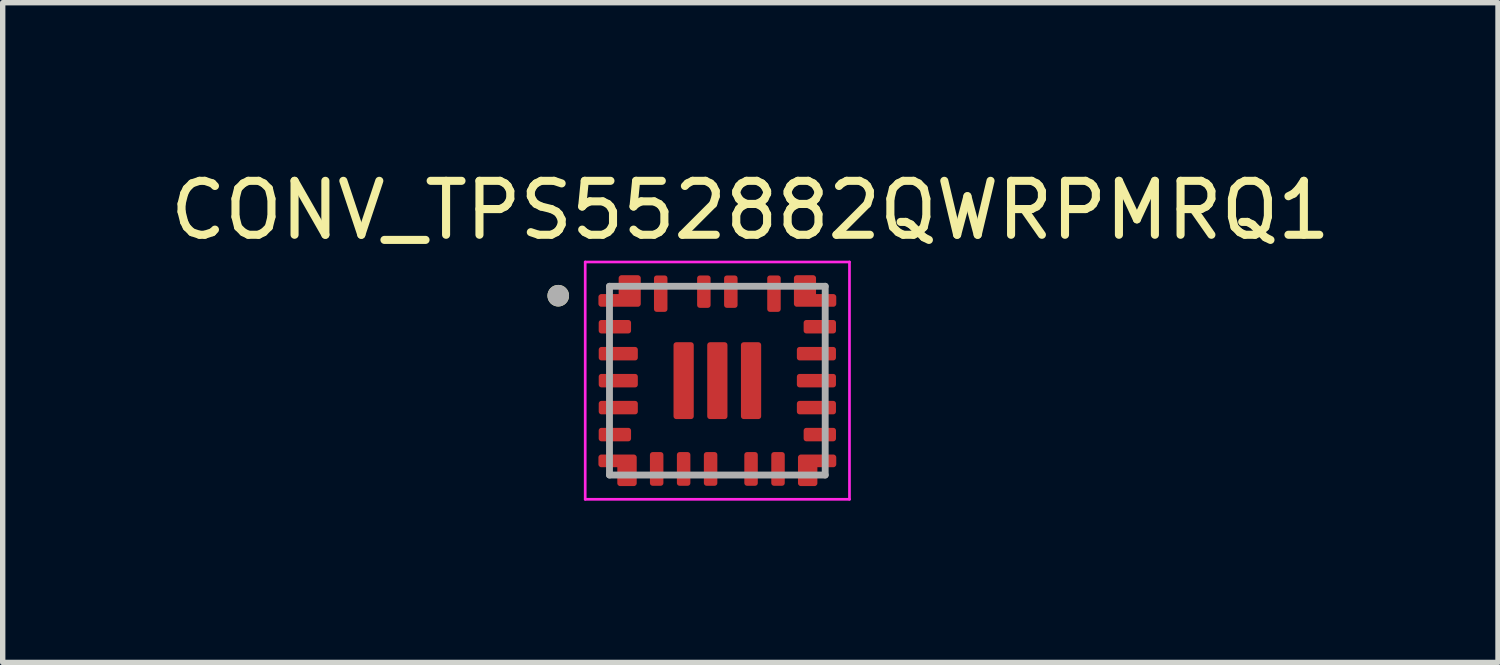
<source format=kicad_pcb>
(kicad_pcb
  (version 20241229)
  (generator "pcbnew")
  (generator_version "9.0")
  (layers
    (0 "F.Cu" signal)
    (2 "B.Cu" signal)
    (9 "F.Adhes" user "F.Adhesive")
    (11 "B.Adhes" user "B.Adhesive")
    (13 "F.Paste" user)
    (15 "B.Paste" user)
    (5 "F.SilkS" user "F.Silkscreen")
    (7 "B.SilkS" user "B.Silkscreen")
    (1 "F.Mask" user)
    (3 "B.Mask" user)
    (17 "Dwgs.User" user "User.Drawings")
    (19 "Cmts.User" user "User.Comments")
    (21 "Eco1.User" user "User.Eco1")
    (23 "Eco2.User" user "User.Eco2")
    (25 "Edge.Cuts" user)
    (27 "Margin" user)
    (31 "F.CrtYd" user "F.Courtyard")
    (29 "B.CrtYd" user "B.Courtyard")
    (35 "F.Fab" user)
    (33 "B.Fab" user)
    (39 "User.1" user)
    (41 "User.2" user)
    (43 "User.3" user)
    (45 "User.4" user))
  (footprint "CONV_TPS552882QWRPMRQ1"
    (layer "F.Cu")
    (at 10.251 4.008)
    (property "Reference" "CONV_TPS552882QWRPMRQ1" (at 0.613 -3.16 0) (layer "F.SilkS") (effects (font (size 1 1) (thickness 0.15))))
    (attr smd)
    (fp_poly (pts (xy -2.15 -1.175) (xy -1.65 -1.175) (xy -1.645 -1.175) (xy -1.64 -1.174) (xy -1.634 -1.174) (xy -1.629 -1.173) (xy -1.624 -1.172) (xy -1.619 -1.17) (xy -1.614 -1.168) (xy -1.609 -1.166) (xy -1.605 -1.164) (xy -1.6 -1.162) (xy -1.596 -1.159) (xy -1.591 -1.156) (xy -1.587 -1.153) (xy -1.583 -1.149) (xy -1.579 -1.146) (xy -1.576 -1.142) (xy -1.572 -1.138) (xy -1.569 -1.134) (xy -1.566 -1.129) (xy -1.563 -1.125) (xy -1.561 -1.12) (xy -1.559 -1.116) (xy -1.557 -1.111) (xy -1.555 -1.106) (xy -1.553 -1.101) (xy -1.552 -1.096) (xy -1.551 -1.091) (xy -1.551 -1.085) (xy -1.55 -1.08) (xy -1.55 -1.075) (xy -1.55 -0.925) (xy -1.55 -0.92) (xy -1.551 -0.915) (xy -1.551 -0.909) (xy -1.552 -0.904) (xy -1.553 -0.899) (xy -1.555 -0.894) (xy -1.557 -0.889) (xy -1.559 -0.884) (xy -1.561 -0.88) (xy -1.563 -0.875) (xy -1.566 -0.871) (xy -1.569 -0.866) (xy -1.572 -0.862) (xy -1.576 -0.858) (xy -1.579 -0.854) (xy -1.583 -0.851) (xy -1.587 -0.847) (xy -1.591 -0.844) (xy -1.596 -0.841) (xy -1.6 -0.838) (xy -1.605 -0.836) (xy -1.609 -0.834) (xy -1.614 -0.832) (xy -1.619 -0.83) (xy -1.624 -0.828) (xy -1.629 -0.827) (xy -1.634 -0.826) (xy -1.64 -0.826) (xy -1.645 -0.825) (xy -1.65 -0.825) (xy -2.15 -0.825) (xy -2.155 -0.825) (xy -2.16 -0.826) (xy -2.166 -0.826) (xy -2.171 -0.827) (xy -2.176 -0.828) (xy -2.181 -0.83) (xy -2.186 -0.832) (xy -2.191 -0.834) (xy -2.195 -0.836) (xy -2.2 -0.838) (xy -2.204 -0.841) (xy -2.209 -0.844) (xy -2.213 -0.847) (xy -2.217 -0.851) (xy -2.221 -0.854) (xy -2.224 -0.858) (xy -2.228 -0.862) (xy -2.231 -0.866) (xy -2.234 -0.871) (xy -2.237 -0.875) (xy -2.239 -0.88) (xy -2.241 -0.884) (xy -2.243 -0.889) (xy -2.245 -0.894) (xy -2.247 -0.899) (xy -2.248 -0.904) (xy -2.249 -0.909) (xy -2.249 -0.915) (xy -2.25 -0.92) (xy -2.25 -0.925) (xy -2.25 -1.075) (xy -2.25 -1.08) (xy -2.249 -1.085) (xy -2.249 -1.091) (xy -2.248 -1.096) (xy -2.247 -1.101) (xy -2.245 -1.106) (xy -2.243 -1.111) (xy -2.241 -1.116) (xy -2.239 -1.12) (xy -2.237 -1.125) (xy -2.234 -1.129) (xy -2.231 -1.134) (xy -2.228 -1.138) (xy -2.224 -1.142) (xy -2.221 -1.146) (xy -2.217 -1.149) (xy -2.213 -1.153) (xy -2.209 -1.156) (xy -2.204 -1.159) (xy -2.2 -1.162) (xy -2.195 -1.164) (xy -2.191 -1.166) (xy -2.186 -1.168) (xy -2.181 -1.17) (xy -2.176 -1.172) (xy -2.171 -1.173) (xy -2.166 -1.174) (xy -2.16 -1.174) (xy -2.155 -1.175) (xy -2.15 -1.175)) (stroke (width 0.01) (type solid)) (fill yes) (layer "F.Mask"))
    (fp_poly (pts (xy -2.15 -0.675) (xy -1.525 -0.675) (xy -1.52 -0.675) (xy -1.515 -0.674) (xy -1.509 -0.674) (xy -1.504 -0.673) (xy -1.499 -0.672) (xy -1.494 -0.67) (xy -1.489 -0.668) (xy -1.484 -0.666) (xy -1.48 -0.664) (xy -1.475 -0.662) (xy -1.471 -0.659) (xy -1.466 -0.656) (xy -1.462 -0.653) (xy -1.458 -0.649) (xy -1.454 -0.646) (xy -1.451 -0.642) (xy -1.447 -0.638) (xy -1.444 -0.634) (xy -1.441 -0.629) (xy -1.438 -0.625) (xy -1.436 -0.62) (xy -1.434 -0.616) (xy -1.432 -0.611) (xy -1.43 -0.606) (xy -1.428 -0.601) (xy -1.427 -0.596) (xy -1.426 -0.591) (xy -1.426 -0.585) (xy -1.425 -0.58) (xy -1.425 -0.575) (xy -1.425 -0.425) (xy -1.425 -0.42) (xy -1.426 -0.415) (xy -1.426 -0.409) (xy -1.427 -0.404) (xy -1.428 -0.399) (xy -1.43 -0.394) (xy -1.432 -0.389) (xy -1.434 -0.384) (xy -1.436 -0.38) (xy -1.438 -0.375) (xy -1.441 -0.371) (xy -1.444 -0.366) (xy -1.447 -0.362) (xy -1.451 -0.358) (xy -1.454 -0.354) (xy -1.458 -0.351) (xy -1.462 -0.347) (xy -1.466 -0.344) (xy -1.471 -0.341) (xy -1.475 -0.338) (xy -1.48 -0.336) (xy -1.484 -0.334) (xy -1.489 -0.332) (xy -1.494 -0.33) (xy -1.499 -0.328) (xy -1.504 -0.327) (xy -1.509 -0.326) (xy -1.515 -0.326) (xy -1.52 -0.325) (xy -1.525 -0.325) (xy -2.15 -0.325) (xy -2.155 -0.325) (xy -2.16 -0.326) (xy -2.166 -0.326) (xy -2.171 -0.327) (xy -2.176 -0.328) (xy -2.181 -0.33) (xy -2.186 -0.332) (xy -2.191 -0.334) (xy -2.195 -0.336) (xy -2.2 -0.338) (xy -2.204 -0.341) (xy -2.209 -0.344) (xy -2.213 -0.347) (xy -2.217 -0.351) (xy -2.221 -0.354) (xy -2.224 -0.358) (xy -2.228 -0.362) (xy -2.231 -0.366) (xy -2.234 -0.371) (xy -2.237 -0.375) (xy -2.239 -0.38) (xy -2.241 -0.384) (xy -2.243 -0.389) (xy -2.245 -0.394) (xy -2.247 -0.399) (xy -2.248 -0.404) (xy -2.249 -0.409) (xy -2.249 -0.415) (xy -2.25 -0.42) (xy -2.25 -0.425) (xy -2.25 -0.575) (xy -2.25 -0.58) (xy -2.249 -0.585) (xy -2.249 -0.591) (xy -2.248 -0.596) (xy -2.247 -0.601) (xy -2.245 -0.606) (xy -2.243 -0.611) (xy -2.241 -0.616) (xy -2.239 -0.62) (xy -2.237 -0.625) (xy -2.234 -0.629) (xy -2.231 -0.634) (xy -2.228 -0.638) (xy -2.224 -0.642) (xy -2.221 -0.646) (xy -2.217 -0.649) (xy -2.213 -0.653) (xy -2.209 -0.656) (xy -2.204 -0.659) (xy -2.2 -0.662) (xy -2.195 -0.664) (xy -2.191 -0.666) (xy -2.186 -0.668) (xy -2.181 -0.67) (xy -2.176 -0.672) (xy -2.171 -0.673) (xy -2.166 -0.674) (xy -2.16 -0.674) (xy -2.155 -0.675) (xy -2.15 -0.675)) (stroke (width 0.01) (type solid)) (fill yes) (layer "F.Mask"))
    (fp_poly (pts (xy -2.15 -0.175) (xy -1.525 -0.175) (xy -1.52 -0.175) (xy -1.515 -0.174) (xy -1.509 -0.174) (xy -1.504 -0.173) (xy -1.499 -0.172) (xy -1.494 -0.17) (xy -1.489 -0.168) (xy -1.484 -0.166) (xy -1.48 -0.164) (xy -1.475 -0.162) (xy -1.471 -0.159) (xy -1.466 -0.156) (xy -1.462 -0.153) (xy -1.458 -0.149) (xy -1.454 -0.146) (xy -1.451 -0.142) (xy -1.447 -0.138) (xy -1.444 -0.134) (xy -1.441 -0.129) (xy -1.438 -0.125) (xy -1.436 -0.12) (xy -1.434 -0.116) (xy -1.432 -0.111) (xy -1.43 -0.106) (xy -1.428 -0.101) (xy -1.427 -0.096) (xy -1.426 -0.091) (xy -1.426 -0.085) (xy -1.425 -0.08) (xy -1.425 -0.075) (xy -1.425 0.075) (xy -1.425 0.08) (xy -1.426 0.085) (xy -1.426 0.091) (xy -1.427 0.096) (xy -1.428 0.101) (xy -1.43 0.106) (xy -1.432 0.111) (xy -1.434 0.116) (xy -1.436 0.12) (xy -1.438 0.125) (xy -1.441 0.129) (xy -1.444 0.134) (xy -1.447 0.138) (xy -1.451 0.142) (xy -1.454 0.146) (xy -1.458 0.149) (xy -1.462 0.153) (xy -1.466 0.156) (xy -1.471 0.159) (xy -1.475 0.162) (xy -1.48 0.164) (xy -1.484 0.166) (xy -1.489 0.168) (xy -1.494 0.17) (xy -1.499 0.172) (xy -1.504 0.173) (xy -1.509 0.174) (xy -1.515 0.174) (xy -1.52 0.175) (xy -1.525 0.175) (xy -2.15 0.175) (xy -2.155 0.175) (xy -2.16 0.174) (xy -2.166 0.174) (xy -2.171 0.173) (xy -2.176 0.172) (xy -2.181 0.17) (xy -2.186 0.168) (xy -2.191 0.166) (xy -2.195 0.164) (xy -2.2 0.162) (xy -2.204 0.159) (xy -2.209 0.156) (xy -2.213 0.153) (xy -2.217 0.149) (xy -2.221 0.146) (xy -2.224 0.142) (xy -2.228 0.138) (xy -2.231 0.134) (xy -2.234 0.129) (xy -2.237 0.125) (xy -2.239 0.12) (xy -2.241 0.116) (xy -2.243 0.111) (xy -2.245 0.106) (xy -2.247 0.101) (xy -2.248 0.096) (xy -2.249 0.091) (xy -2.249 0.085) (xy -2.25 0.08) (xy -2.25 0.075) (xy -2.25 -0.075) (xy -2.25 -0.08) (xy -2.249 -0.085) (xy -2.249 -0.091) (xy -2.248 -0.096) (xy -2.247 -0.101) (xy -2.245 -0.106) (xy -2.243 -0.111) (xy -2.241 -0.116) (xy -2.239 -0.12) (xy -2.237 -0.125) (xy -2.234 -0.129) (xy -2.231 -0.134) (xy -2.228 -0.138) (xy -2.224 -0.142) (xy -2.221 -0.146) (xy -2.217 -0.149) (xy -2.213 -0.153) (xy -2.209 -0.156) (xy -2.204 -0.159) (xy -2.2 -0.162) (xy -2.195 -0.164) (xy -2.191 -0.166) (xy -2.186 -0.168) (xy -2.181 -0.17) (xy -2.176 -0.172) (xy -2.171 -0.173) (xy -2.166 -0.174) (xy -2.16 -0.174) (xy -2.155 -0.175) (xy -2.15 -0.175)) (stroke (width 0.01) (type solid)) (fill yes) (layer "F.Mask"))
    (fp_poly (pts (xy -2.15 0.325) (xy -1.525 0.325) (xy -1.52 0.325) (xy -1.515 0.326) (xy -1.509 0.326) (xy -1.504 0.327) (xy -1.499 0.328) (xy -1.494 0.33) (xy -1.489 0.332) (xy -1.484 0.334) (xy -1.48 0.336) (xy -1.475 0.338) (xy -1.471 0.341) (xy -1.466 0.344) (xy -1.462 0.347) (xy -1.458 0.351) (xy -1.454 0.354) (xy -1.451 0.358) (xy -1.447 0.362) (xy -1.444 0.366) (xy -1.441 0.371) (xy -1.438 0.375) (xy -1.436 0.38) (xy -1.434 0.384) (xy -1.432 0.389) (xy -1.43 0.394) (xy -1.428 0.399) (xy -1.427 0.404) (xy -1.426 0.409) (xy -1.426 0.415) (xy -1.425 0.42) (xy -1.425 0.425) (xy -1.425 0.575) (xy -1.425 0.58) (xy -1.426 0.585) (xy -1.426 0.591) (xy -1.427 0.596) (xy -1.428 0.601) (xy -1.43 0.606) (xy -1.432 0.611) (xy -1.434 0.616) (xy -1.436 0.62) (xy -1.438 0.625) (xy -1.441 0.629) (xy -1.444 0.634) (xy -1.447 0.638) (xy -1.451 0.642) (xy -1.454 0.646) (xy -1.458 0.649) (xy -1.462 0.653) (xy -1.466 0.656) (xy -1.471 0.659) (xy -1.475 0.662) (xy -1.48 0.664) (xy -1.484 0.666) (xy -1.489 0.668) (xy -1.494 0.67) (xy -1.499 0.672) (xy -1.504 0.673) (xy -1.509 0.674) (xy -1.515 0.674) (xy -1.52 0.675) (xy -1.525 0.675) (xy -2.15 0.675) (xy -2.155 0.675) (xy -2.16 0.674) (xy -2.166 0.674) (xy -2.171 0.673) (xy -2.176 0.672) (xy -2.181 0.67) (xy -2.186 0.668) (xy -2.191 0.666) (xy -2.195 0.664) (xy -2.2 0.662) (xy -2.204 0.659) (xy -2.209 0.656) (xy -2.213 0.653) (xy -2.217 0.649) (xy -2.221 0.646) (xy -2.224 0.642) (xy -2.228 0.638) (xy -2.231 0.634) (xy -2.234 0.629) (xy -2.237 0.625) (xy -2.239 0.62) (xy -2.241 0.616) (xy -2.243 0.611) (xy -2.245 0.606) (xy -2.247 0.601) (xy -2.248 0.596) (xy -2.249 0.591) (xy -2.249 0.585) (xy -2.25 0.58) (xy -2.25 0.575) (xy -2.25 0.425) (xy -2.25 0.42) (xy -2.249 0.415) (xy -2.249 0.409) (xy -2.248 0.404) (xy -2.247 0.399) (xy -2.245 0.394) (xy -2.243 0.389) (xy -2.241 0.384) (xy -2.239 0.38) (xy -2.237 0.375) (xy -2.234 0.371) (xy -2.231 0.366) (xy -2.228 0.362) (xy -2.224 0.358) (xy -2.221 0.354) (xy -2.217 0.351) (xy -2.213 0.347) (xy -2.209 0.344) (xy -2.204 0.341) (xy -2.2 0.338) (xy -2.195 0.336) (xy -2.191 0.334) (xy -2.186 0.332) (xy -2.181 0.33) (xy -2.176 0.328) (xy -2.171 0.327) (xy -2.166 0.326) (xy -2.16 0.326) (xy -2.155 0.325) (xy -2.15 0.325)) (stroke (width 0.01) (type solid)) (fill yes) (layer "F.Mask"))
    (fp_poly (pts (xy -2.15 0.825) (xy -1.65 0.825) (xy -1.645 0.825) (xy -1.64 0.826) (xy -1.634 0.826) (xy -1.629 0.827) (xy -1.624 0.828) (xy -1.619 0.83) (xy -1.614 0.832) (xy -1.609 0.834) (xy -1.605 0.836) (xy -1.6 0.838) (xy -1.596 0.841) (xy -1.591 0.844) (xy -1.587 0.847) (xy -1.583 0.851) (xy -1.579 0.854) (xy -1.576 0.858) (xy -1.572 0.862) (xy -1.569 0.866) (xy -1.566 0.871) (xy -1.563 0.875) (xy -1.561 0.88) (xy -1.559 0.884) (xy -1.557 0.889) (xy -1.555 0.894) (xy -1.553 0.899) (xy -1.552 0.904) (xy -1.551 0.909) (xy -1.551 0.915) (xy -1.55 0.92) (xy -1.55 0.925) (xy -1.55 1.075) (xy -1.55 1.08) (xy -1.551 1.085) (xy -1.551 1.091) (xy -1.552 1.096) (xy -1.553 1.101) (xy -1.555 1.106) (xy -1.557 1.111) (xy -1.559 1.116) (xy -1.561 1.12) (xy -1.563 1.125) (xy -1.566 1.129) (xy -1.569 1.134) (xy -1.572 1.138) (xy -1.576 1.142) (xy -1.579 1.146) (xy -1.583 1.149) (xy -1.587 1.153) (xy -1.591 1.156) (xy -1.596 1.159) (xy -1.6 1.162) (xy -1.605 1.164) (xy -1.609 1.166) (xy -1.614 1.168) (xy -1.619 1.17) (xy -1.624 1.172) (xy -1.629 1.173) (xy -1.634 1.174) (xy -1.64 1.174) (xy -1.645 1.175) (xy -1.65 1.175) (xy -2.15 1.175) (xy -2.155 1.175) (xy -2.16 1.174) (xy -2.166 1.174) (xy -2.171 1.173) (xy -2.176 1.172) (xy -2.181 1.17) (xy -2.186 1.168) (xy -2.191 1.166) (xy -2.195 1.164) (xy -2.2 1.162) (xy -2.204 1.159) (xy -2.209 1.156) (xy -2.213 1.153) (xy -2.217 1.149) (xy -2.221 1.146) (xy -2.224 1.142) (xy -2.228 1.138) (xy -2.231 1.134) (xy -2.234 1.129) (xy -2.237 1.125) (xy -2.239 1.12) (xy -2.241 1.116) (xy -2.243 1.111) (xy -2.245 1.106) (xy -2.247 1.101) (xy -2.248 1.096) (xy -2.249 1.091) (xy -2.249 1.085) (xy -2.25 1.08) (xy -2.25 1.075) (xy -2.25 0.925) (xy -2.25 0.92) (xy -2.249 0.915) (xy -2.249 0.909) (xy -2.248 0.904) (xy -2.247 0.899) (xy -2.245 0.894) (xy -2.243 0.889) (xy -2.241 0.884) (xy -2.239 0.88) (xy -2.237 0.875) (xy -2.234 0.871) (xy -2.231 0.866) (xy -2.228 0.862) (xy -2.224 0.858) (xy -2.221 0.854) (xy -2.217 0.851) (xy -2.213 0.847) (xy -2.209 0.844) (xy -2.204 0.841) (xy -2.2 0.838) (xy -2.195 0.836) (xy -2.191 0.834) (xy -2.186 0.832) (xy -2.181 0.83) (xy -2.176 0.828) (xy -2.171 0.827) (xy -2.166 0.826) (xy -2.16 0.826) (xy -2.155 0.825) (xy -2.15 0.825)) (stroke (width 0.01) (type solid)) (fill yes) (layer "F.Mask"))
    (fp_poly (pts (xy -1.2 1.275) (xy -1.05 1.275) (xy -1.045 1.275) (xy -1.04 1.276) (xy -1.034 1.276) (xy -1.029 1.277) (xy -1.024 1.278) (xy -1.019 1.28) (xy -1.014 1.282) (xy -1.009 1.284) (xy -1.005 1.286) (xy -1 1.288) (xy -0.996 1.291) (xy -0.991 1.294) (xy -0.987 1.297) (xy -0.983 1.301) (xy -0.979 1.304) (xy -0.976 1.308) (xy -0.972 1.312) (xy -0.969 1.316) (xy -0.966 1.321) (xy -0.963 1.325) (xy -0.961 1.33) (xy -0.959 1.334) (xy -0.957 1.339) (xy -0.955 1.344) (xy -0.953 1.349) (xy -0.952 1.354) (xy -0.951 1.359) (xy -0.951 1.365) (xy -0.95 1.37) (xy -0.95 1.375) (xy -0.95 1.9) (xy -0.95 1.905) (xy -0.951 1.91) (xy -0.951 1.916) (xy -0.952 1.921) (xy -0.953 1.926) (xy -0.955 1.931) (xy -0.957 1.936) (xy -0.959 1.941) (xy -0.961 1.945) (xy -0.963 1.95) (xy -0.966 1.954) (xy -0.969 1.959) (xy -0.972 1.963) (xy -0.976 1.967) (xy -0.979 1.971) (xy -0.983 1.974) (xy -0.987 1.978) (xy -0.991 1.981) (xy -0.996 1.984) (xy -1 1.987) (xy -1.005 1.989) (xy -1.009 1.991) (xy -1.014 1.993) (xy -1.019 1.995) (xy -1.024 1.997) (xy -1.029 1.998) (xy -1.034 1.999) (xy -1.04 1.999) (xy -1.045 2) (xy -1.05 2) (xy -1.2 2) (xy -1.205 2) (xy -1.21 1.999) (xy -1.216 1.999) (xy -1.221 1.998) (xy -1.226 1.997) (xy -1.231 1.995) (xy -1.236 1.993) (xy -1.241 1.991) (xy -1.245 1.989) (xy -1.25 1.987) (xy -1.254 1.984) (xy -1.259 1.981) (xy -1.263 1.978) (xy -1.267 1.974) (xy -1.271 1.971) (xy -1.274 1.967) (xy -1.278 1.963) (xy -1.281 1.959) (xy -1.284 1.954) (xy -1.287 1.95) (xy -1.289 1.945) (xy -1.291 1.941) (xy -1.293 1.936) (xy -1.295 1.931) (xy -1.297 1.926) (xy -1.298 1.921) (xy -1.299 1.916) (xy -1.299 1.91) (xy -1.3 1.905) (xy -1.3 1.9) (xy -1.3 1.375) (xy -1.3 1.37) (xy -1.299 1.365) (xy -1.299 1.359) (xy -1.298 1.354) (xy -1.297 1.349) (xy -1.295 1.344) (xy -1.293 1.339) (xy -1.291 1.334) (xy -1.289 1.33) (xy -1.287 1.325) (xy -1.284 1.321) (xy -1.281 1.316) (xy -1.278 1.312) (xy -1.274 1.308) (xy -1.271 1.304) (xy -1.267 1.301) (xy -1.263 1.297) (xy -1.259 1.294) (xy -1.254 1.291) (xy -1.25 1.288) (xy -1.245 1.286) (xy -1.241 1.284) (xy -1.236 1.282) (xy -1.231 1.28) (xy -1.226 1.278) (xy -1.221 1.277) (xy -1.216 1.276) (xy -1.21 1.276) (xy -1.205 1.275) (xy -1.2 1.275)) (stroke (width 0.01) (type solid)) (fill yes) (layer "F.Mask"))
    (fp_poly (pts (xy -1.125 -2) (xy -0.975 -2) (xy -0.97 -2) (xy -0.965 -1.999) (xy -0.959 -1.999) (xy -0.954 -1.998) (xy -0.949 -1.997) (xy -0.944 -1.995) (xy -0.939 -1.993) (xy -0.934 -1.991) (xy -0.93 -1.989) (xy -0.925 -1.987) (xy -0.921 -1.984) (xy -0.916 -1.981) (xy -0.912 -1.978) (xy -0.908 -1.974) (xy -0.904 -1.971) (xy -0.901 -1.967) (xy -0.897 -1.963) (xy -0.894 -1.959) (xy -0.891 -1.954) (xy -0.888 -1.95) (xy -0.886 -1.945) (xy -0.884 -1.941) (xy -0.882 -1.936) (xy -0.88 -1.931) (xy -0.878 -1.926) (xy -0.877 -1.921) (xy -0.876 -1.916) (xy -0.876 -1.91) (xy -0.875 -1.905) (xy -0.875 -1.9) (xy -0.875 -1.325) (xy -0.875 -1.32) (xy -0.876 -1.315) (xy -0.876 -1.309) (xy -0.877 -1.304) (xy -0.878 -1.299) (xy -0.88 -1.294) (xy -0.882 -1.289) (xy -0.884 -1.284) (xy -0.886 -1.28) (xy -0.888 -1.275) (xy -0.891 -1.271) (xy -0.894 -1.266) (xy -0.897 -1.262) (xy -0.901 -1.258) (xy -0.904 -1.254) (xy -0.908 -1.251) (xy -0.912 -1.247) (xy -0.916 -1.244) (xy -0.921 -1.241) (xy -0.925 -1.238) (xy -0.93 -1.236) (xy -0.934 -1.234) (xy -0.939 -1.232) (xy -0.944 -1.23) (xy -0.949 -1.228) (xy -0.954 -1.227) (xy -0.959 -1.226) (xy -0.965 -1.226) (xy -0.97 -1.225) (xy -0.975 -1.225) (xy -1.125 -1.225) (xy -1.13 -1.225) (xy -1.135 -1.226) (xy -1.141 -1.226) (xy -1.146 -1.227) (xy -1.151 -1.228) (xy -1.156 -1.23) (xy -1.161 -1.232) (xy -1.166 -1.234) (xy -1.17 -1.236) (xy -1.175 -1.238) (xy -1.179 -1.241) (xy -1.184 -1.244) (xy -1.188 -1.247) (xy -1.192 -1.251) (xy -1.196 -1.254) (xy -1.199 -1.258) (xy -1.203 -1.262) (xy -1.206 -1.266) (xy -1.209 -1.271) (xy -1.212 -1.275) (xy -1.214 -1.28) (xy -1.216 -1.284) (xy -1.218 -1.289) (xy -1.22 -1.294) (xy -1.222 -1.299) (xy -1.223 -1.304) (xy -1.224 -1.309) (xy -1.224 -1.315) (xy -1.225 -1.32) (xy -1.225 -1.325) (xy -1.225 -1.9) (xy -1.225 -1.905) (xy -1.224 -1.91) (xy -1.224 -1.916) (xy -1.223 -1.921) (xy -1.222 -1.926) (xy -1.22 -1.931) (xy -1.218 -1.936) (xy -1.216 -1.941) (xy -1.214 -1.945) (xy -1.212 -1.95) (xy -1.209 -1.954) (xy -1.206 -1.959) (xy -1.203 -1.963) (xy -1.199 -1.967) (xy -1.196 -1.971) (xy -1.192 -1.974) (xy -1.188 -1.978) (xy -1.184 -1.981) (xy -1.179 -1.984) (xy -1.175 -1.987) (xy -1.17 -1.989) (xy -1.166 -1.991) (xy -1.161 -1.993) (xy -1.156 -1.995) (xy -1.151 -1.997) (xy -1.146 -1.998) (xy -1.141 -1.999) (xy -1.135 -1.999) (xy -1.13 -2) (xy -1.125 -2)) (stroke (width 0.01) (type solid)) (fill yes) (layer "F.Mask"))
    (fp_poly (pts (xy -0.7 1.275) (xy -0.55 1.275) (xy -0.545 1.275) (xy -0.54 1.276) (xy -0.534 1.276) (xy -0.529 1.277) (xy -0.524 1.278) (xy -0.519 1.28) (xy -0.514 1.282) (xy -0.509 1.284) (xy -0.505 1.286) (xy -0.5 1.288) (xy -0.496 1.291) (xy -0.491 1.294) (xy -0.487 1.297) (xy -0.483 1.301) (xy -0.479 1.304) (xy -0.476 1.308) (xy -0.472 1.312) (xy -0.469 1.316) (xy -0.466 1.321) (xy -0.463 1.325) (xy -0.461 1.33) (xy -0.459 1.334) (xy -0.457 1.339) (xy -0.455 1.344) (xy -0.453 1.349) (xy -0.452 1.354) (xy -0.451 1.359) (xy -0.451 1.365) (xy -0.45 1.37) (xy -0.45 1.375) (xy -0.45 1.9) (xy -0.45 1.905) (xy -0.451 1.91) (xy -0.451 1.916) (xy -0.452 1.921) (xy -0.453 1.926) (xy -0.455 1.931) (xy -0.457 1.936) (xy -0.459 1.941) (xy -0.461 1.945) (xy -0.463 1.95) (xy -0.466 1.954) (xy -0.469 1.959) (xy -0.472 1.963) (xy -0.476 1.967) (xy -0.479 1.971) (xy -0.483 1.974) (xy -0.487 1.978) (xy -0.491 1.981) (xy -0.496 1.984) (xy -0.5 1.987) (xy -0.505 1.989) (xy -0.509 1.991) (xy -0.514 1.993) (xy -0.519 1.995) (xy -0.524 1.997) (xy -0.529 1.998) (xy -0.534 1.999) (xy -0.54 1.999) (xy -0.545 2) (xy -0.55 2) (xy -0.7 2) (xy -0.705 2) (xy -0.71 1.999) (xy -0.716 1.999) (xy -0.721 1.998) (xy -0.726 1.997) (xy -0.731 1.995) (xy -0.736 1.993) (xy -0.741 1.991) (xy -0.745 1.989) (xy -0.75 1.987) (xy -0.754 1.984) (xy -0.759 1.981) (xy -0.763 1.978) (xy -0.767 1.974) (xy -0.771 1.971) (xy -0.774 1.967) (xy -0.778 1.963) (xy -0.781 1.959) (xy -0.784 1.954) (xy -0.787 1.95) (xy -0.789 1.945) (xy -0.791 1.941) (xy -0.793 1.936) (xy -0.795 1.931) (xy -0.797 1.926) (xy -0.798 1.921) (xy -0.799 1.916) (xy -0.799 1.91) (xy -0.8 1.905) (xy -0.8 1.9) (xy -0.8 1.375) (xy -0.8 1.37) (xy -0.799 1.365) (xy -0.799 1.359) (xy -0.798 1.354) (xy -0.797 1.349) (xy -0.795 1.344) (xy -0.793 1.339) (xy -0.791 1.334) (xy -0.789 1.33) (xy -0.787 1.325) (xy -0.784 1.321) (xy -0.781 1.316) (xy -0.778 1.312) (xy -0.774 1.308) (xy -0.771 1.304) (xy -0.767 1.301) (xy -0.763 1.297) (xy -0.759 1.294) (xy -0.754 1.291) (xy -0.75 1.288) (xy -0.745 1.286) (xy -0.741 1.284) (xy -0.736 1.282) (xy -0.731 1.28) (xy -0.726 1.278) (xy -0.721 1.277) (xy -0.716 1.276) (xy -0.71 1.276) (xy -0.705 1.275) (xy -0.7 1.275)) (stroke (width 0.01) (type solid)) (fill yes) (layer "F.Mask"))
    (fp_poly (pts (xy -0.325 -2) (xy -0.175 -2) (xy -0.17 -2) (xy -0.165 -1.999) (xy -0.159 -1.999) (xy -0.154 -1.998) (xy -0.149 -1.997) (xy -0.144 -1.995) (xy -0.139 -1.993) (xy -0.134 -1.991) (xy -0.13 -1.989) (xy -0.125 -1.987) (xy -0.121 -1.984) (xy -0.116 -1.981) (xy -0.112 -1.978) (xy -0.108 -1.974) (xy -0.104 -1.971) (xy -0.101 -1.967) (xy -0.097 -1.963) (xy -0.094 -1.959) (xy -0.091 -1.954) (xy -0.088 -1.95) (xy -0.086 -1.945) (xy -0.084 -1.941) (xy -0.082 -1.936) (xy -0.08 -1.931) (xy -0.078 -1.926) (xy -0.077 -1.921) (xy -0.076 -1.916) (xy -0.076 -1.91) (xy -0.075 -1.905) (xy -0.075 -1.9) (xy -0.075 -1.4) (xy -0.075 -1.395) (xy -0.076 -1.39) (xy -0.076 -1.384) (xy -0.077 -1.379) (xy -0.078 -1.374) (xy -0.08 -1.369) (xy -0.082 -1.364) (xy -0.084 -1.359) (xy -0.086 -1.355) (xy -0.088 -1.35) (xy -0.091 -1.346) (xy -0.094 -1.341) (xy -0.097 -1.337) (xy -0.101 -1.333) (xy -0.104 -1.329) (xy -0.108 -1.326) (xy -0.112 -1.322) (xy -0.116 -1.319) (xy -0.121 -1.316) (xy -0.125 -1.313) (xy -0.13 -1.311) (xy -0.134 -1.309) (xy -0.139 -1.307) (xy -0.144 -1.305) (xy -0.149 -1.303) (xy -0.154 -1.302) (xy -0.159 -1.301) (xy -0.165 -1.301) (xy -0.17 -1.3) (xy -0.175 -1.3) (xy -0.325 -1.3) (xy -0.33 -1.3) (xy -0.335 -1.301) (xy -0.341 -1.301) (xy -0.346 -1.302) (xy -0.351 -1.303) (xy -0.356 -1.305) (xy -0.361 -1.307) (xy -0.366 -1.309) (xy -0.37 -1.311) (xy -0.375 -1.313) (xy -0.379 -1.316) (xy -0.384 -1.319) (xy -0.388 -1.322) (xy -0.392 -1.326) (xy -0.396 -1.329) (xy -0.399 -1.333) (xy -0.403 -1.337) (xy -0.406 -1.341) (xy -0.409 -1.346) (xy -0.412 -1.35) (xy -0.414 -1.355) (xy -0.416 -1.359) (xy -0.418 -1.364) (xy -0.42 -1.369) (xy -0.422 -1.374) (xy -0.423 -1.379) (xy -0.424 -1.384) (xy -0.424 -1.39) (xy -0.425 -1.395) (xy -0.425 -1.4) (xy -0.425 -1.9) (xy -0.425 -1.905) (xy -0.424 -1.91) (xy -0.424 -1.916) (xy -0.423 -1.921) (xy -0.422 -1.926) (xy -0.42 -1.931) (xy -0.418 -1.936) (xy -0.416 -1.941) (xy -0.414 -1.945) (xy -0.412 -1.95) (xy -0.409 -1.954) (xy -0.406 -1.959) (xy -0.403 -1.963) (xy -0.399 -1.967) (xy -0.396 -1.971) (xy -0.392 -1.974) (xy -0.388 -1.978) (xy -0.384 -1.981) (xy -0.379 -1.984) (xy -0.375 -1.987) (xy -0.37 -1.989) (xy -0.366 -1.991) (xy -0.361 -1.993) (xy -0.356 -1.995) (xy -0.351 -1.997) (xy -0.346 -1.998) (xy -0.341 -1.999) (xy -0.335 -1.999) (xy -0.33 -2) (xy -0.325 -2)) (stroke (width 0.01) (type solid)) (fill yes) (layer "F.Mask"))
    (fp_poly (pts (xy -0.2 1.275) (xy -0.05 1.275) (xy -0.045 1.275) (xy -0.04 1.276) (xy -0.034 1.276) (xy -0.029 1.277) (xy -0.024 1.278) (xy -0.019 1.28) (xy -0.014 1.282) (xy -0.009 1.284) (xy -0.005 1.286) (xy 0 1.288) (xy 0.004 1.291) (xy 0.009 1.294) (xy 0.013 1.297) (xy 0.017 1.301) (xy 0.021 1.304) (xy 0.024 1.308) (xy 0.028 1.312) (xy 0.031 1.316) (xy 0.034 1.321) (xy 0.037 1.325) (xy 0.039 1.33) (xy 0.041 1.334) (xy 0.043 1.339) (xy 0.045 1.344) (xy 0.047 1.349) (xy 0.048 1.354) (xy 0.049 1.359) (xy 0.049 1.365) (xy 0.05 1.37) (xy 0.05 1.375) (xy 0.05 1.9) (xy 0.05 1.905) (xy 0.049 1.91) (xy 0.049 1.916) (xy 0.048 1.921) (xy 0.047 1.926) (xy 0.045 1.931) (xy 0.043 1.936) (xy 0.041 1.941) (xy 0.039 1.945) (xy 0.037 1.95) (xy 0.034 1.954) (xy 0.031 1.959) (xy 0.028 1.963) (xy 0.024 1.967) (xy 0.021 1.971) (xy 0.017 1.974) (xy 0.013 1.978) (xy 0.009 1.981) (xy 0.004 1.984) (xy 0 1.987) (xy -0.005 1.989) (xy -0.009 1.991) (xy -0.014 1.993) (xy -0.019 1.995) (xy -0.024 1.997) (xy -0.029 1.998) (xy -0.034 1.999) (xy -0.04 1.999) (xy -0.045 2) (xy -0.05 2) (xy -0.2 2) (xy -0.205 2) (xy -0.21 1.999) (xy -0.216 1.999) (xy -0.221 1.998) (xy -0.226 1.997) (xy -0.231 1.995) (xy -0.236 1.993) (xy -0.241 1.991) (xy -0.245 1.989) (xy -0.25 1.987) (xy -0.254 1.984) (xy -0.259 1.981) (xy -0.263 1.978) (xy -0.267 1.974) (xy -0.271 1.971) (xy -0.274 1.967) (xy -0.278 1.963) (xy -0.281 1.959) (xy -0.284 1.954) (xy -0.287 1.95) (xy -0.289 1.945) (xy -0.291 1.941) (xy -0.293 1.936) (xy -0.295 1.931) (xy -0.297 1.926) (xy -0.298 1.921) (xy -0.299 1.916) (xy -0.299 1.91) (xy -0.3 1.905) (xy -0.3 1.9) (xy -0.3 1.375) (xy -0.3 1.37) (xy -0.299 1.365) (xy -0.299 1.359) (xy -0.298 1.354) (xy -0.297 1.349) (xy -0.295 1.344) (xy -0.293 1.339) (xy -0.291 1.334) (xy -0.289 1.33) (xy -0.287 1.325) (xy -0.284 1.321) (xy -0.281 1.316) (xy -0.278 1.312) (xy -0.274 1.308) (xy -0.271 1.304) (xy -0.267 1.301) (xy -0.263 1.297) (xy -0.259 1.294) (xy -0.254 1.291) (xy -0.25 1.288) (xy -0.245 1.286) (xy -0.241 1.284) (xy -0.236 1.282) (xy -0.231 1.28) (xy -0.226 1.278) (xy -0.221 1.277) (xy -0.216 1.276) (xy -0.21 1.276) (xy -0.205 1.275) (xy -0.2 1.275)) (stroke (width 0.01) (type solid)) (fill yes) (layer "F.Mask"))
    (fp_poly (pts (xy 0.175 -2) (xy 0.325 -2) (xy 0.33 -2) (xy 0.335 -1.999) (xy 0.341 -1.999) (xy 0.346 -1.998) (xy 0.351 -1.997) (xy 0.356 -1.995) (xy 0.361 -1.993) (xy 0.366 -1.991) (xy 0.37 -1.989) (xy 0.375 -1.987) (xy 0.379 -1.984) (xy 0.384 -1.981) (xy 0.388 -1.978) (xy 0.392 -1.974) (xy 0.396 -1.971) (xy 0.399 -1.967) (xy 0.403 -1.963) (xy 0.406 -1.959) (xy 0.409 -1.954) (xy 0.412 -1.95) (xy 0.414 -1.945) (xy 0.416 -1.941) (xy 0.418 -1.936) (xy 0.42 -1.931) (xy 0.422 -1.926) (xy 0.423 -1.921) (xy 0.424 -1.916) (xy 0.424 -1.91) (xy 0.425 -1.905) (xy 0.425 -1.9) (xy 0.425 -1.4) (xy 0.425 -1.395) (xy 0.424 -1.39) (xy 0.424 -1.384) (xy 0.423 -1.379) (xy 0.422 -1.374) (xy 0.42 -1.369) (xy 0.418 -1.364) (xy 0.416 -1.359) (xy 0.414 -1.355) (xy 0.412 -1.35) (xy 0.409 -1.346) (xy 0.406 -1.341) (xy 0.403 -1.337) (xy 0.399 -1.333) (xy 0.396 -1.329) (xy 0.392 -1.326) (xy 0.388 -1.322) (xy 0.384 -1.319) (xy 0.379 -1.316) (xy 0.375 -1.313) (xy 0.37 -1.311) (xy 0.366 -1.309) (xy 0.361 -1.307) (xy 0.356 -1.305) (xy 0.351 -1.303) (xy 0.346 -1.302) (xy 0.341 -1.301) (xy 0.335 -1.301) (xy 0.33 -1.3) (xy 0.325 -1.3) (xy 0.175 -1.3) (xy 0.17 -1.3) (xy 0.165 -1.301) (xy 0.159 -1.301) (xy 0.154 -1.302) (xy 0.149 -1.303) (xy 0.144 -1.305) (xy 0.139 -1.307) (xy 0.134 -1.309) (xy 0.13 -1.311) (xy 0.125 -1.313) (xy 0.121 -1.316) (xy 0.116 -1.319) (xy 0.112 -1.322) (xy 0.108 -1.326) (xy 0.104 -1.329) (xy 0.101 -1.333) (xy 0.097 -1.337) (xy 0.094 -1.341) (xy 0.091 -1.346) (xy 0.088 -1.35) (xy 0.086 -1.355) (xy 0.084 -1.359) (xy 0.082 -1.364) (xy 0.08 -1.369) (xy 0.078 -1.374) (xy 0.077 -1.379) (xy 0.076 -1.384) (xy 0.076 -1.39) (xy 0.075 -1.395) (xy 0.075 -1.4) (xy 0.075 -1.9) (xy 0.075 -1.905) (xy 0.076 -1.91) (xy 0.076 -1.916) (xy 0.077 -1.921) (xy 0.078 -1.926) (xy 0.08 -1.931) (xy 0.082 -1.936) (xy 0.084 -1.941) (xy 0.086 -1.945) (xy 0.088 -1.95) (xy 0.091 -1.954) (xy 0.094 -1.959) (xy 0.097 -1.963) (xy 0.101 -1.967) (xy 0.104 -1.971) (xy 0.108 -1.974) (xy 0.112 -1.978) (xy 0.116 -1.981) (xy 0.121 -1.984) (xy 0.125 -1.987) (xy 0.13 -1.989) (xy 0.134 -1.991) (xy 0.139 -1.993) (xy 0.144 -1.995) (xy 0.149 -1.997) (xy 0.154 -1.998) (xy 0.159 -1.999) (xy 0.165 -1.999) (xy 0.17 -2) (xy 0.175 -2)) (stroke (width 0.01) (type solid)) (fill yes) (layer "F.Mask"))
    (fp_poly (pts (xy 0.55 1.275) (xy 0.7 1.275) (xy 0.705 1.275) (xy 0.71 1.276) (xy 0.716 1.276) (xy 0.721 1.277) (xy 0.726 1.278) (xy 0.731 1.28) (xy 0.736 1.282) (xy 0.741 1.284) (xy 0.745 1.286) (xy 0.75 1.288) (xy 0.754 1.291) (xy 0.759 1.294) (xy 0.763 1.297) (xy 0.767 1.301) (xy 0.771 1.304) (xy 0.774 1.308) (xy 0.778 1.312) (xy 0.781 1.316) (xy 0.784 1.321) (xy 0.787 1.325) (xy 0.789 1.33) (xy 0.791 1.334) (xy 0.793 1.339) (xy 0.795 1.344) (xy 0.797 1.349) (xy 0.798 1.354) (xy 0.799 1.359) (xy 0.799 1.365) (xy 0.8 1.37) (xy 0.8 1.375) (xy 0.8 1.9) (xy 0.8 1.905) (xy 0.799 1.91) (xy 0.799 1.916) (xy 0.798 1.921) (xy 0.797 1.926) (xy 0.795 1.931) (xy 0.793 1.936) (xy 0.791 1.941) (xy 0.789 1.945) (xy 0.787 1.95) (xy 0.784 1.954) (xy 0.781 1.959) (xy 0.778 1.963) (xy 0.774 1.967) (xy 0.771 1.971) (xy 0.767 1.974) (xy 0.763 1.978) (xy 0.759 1.981) (xy 0.754 1.984) (xy 0.75 1.987) (xy 0.745 1.989) (xy 0.741 1.991) (xy 0.736 1.993) (xy 0.731 1.995) (xy 0.726 1.997) (xy 0.721 1.998) (xy 0.716 1.999) (xy 0.71 1.999) (xy 0.705 2) (xy 0.7 2) (xy 0.55 2) (xy 0.545 2) (xy 0.54 1.999) (xy 0.534 1.999) (xy 0.529 1.998) (xy 0.524 1.997) (xy 0.519 1.995) (xy 0.514 1.993) (xy 0.509 1.991) (xy 0.505 1.989) (xy 0.5 1.987) (xy 0.496 1.984) (xy 0.491 1.981) (xy 0.487 1.978) (xy 0.483 1.974) (xy 0.479 1.971) (xy 0.476 1.967) (xy 0.472 1.963) (xy 0.469 1.959) (xy 0.466 1.954) (xy 0.463 1.95) (xy 0.461 1.945) (xy 0.459 1.941) (xy 0.457 1.936) (xy 0.455 1.931) (xy 0.453 1.926) (xy 0.452 1.921) (xy 0.451 1.916) (xy 0.451 1.91) (xy 0.45 1.905) (xy 0.45 1.9) (xy 0.45 1.375) (xy 0.45 1.37) (xy 0.451 1.365) (xy 0.451 1.359) (xy 0.452 1.354) (xy 0.453 1.349) (xy 0.455 1.344) (xy 0.457 1.339) (xy 0.459 1.334) (xy 0.461 1.33) (xy 0.463 1.325) (xy 0.466 1.321) (xy 0.469 1.316) (xy 0.472 1.312) (xy 0.476 1.308) (xy 0.479 1.304) (xy 0.483 1.301) (xy 0.487 1.297) (xy 0.491 1.294) (xy 0.496 1.291) (xy 0.5 1.288) (xy 0.505 1.286) (xy 0.509 1.284) (xy 0.514 1.282) (xy 0.519 1.28) (xy 0.524 1.278) (xy 0.529 1.277) (xy 0.534 1.276) (xy 0.54 1.276) (xy 0.545 1.275) (xy 0.55 1.275)) (stroke (width 0.01) (type solid)) (fill yes) (layer "F.Mask"))
    (fp_poly (pts (xy 0.975 -2) (xy 1.125 -2) (xy 1.13 -2) (xy 1.135 -1.999) (xy 1.141 -1.999) (xy 1.146 -1.998) (xy 1.151 -1.997) (xy 1.156 -1.995) (xy 1.161 -1.993) (xy 1.166 -1.991) (xy 1.17 -1.989) (xy 1.175 -1.987) (xy 1.179 -1.984) (xy 1.184 -1.981) (xy 1.188 -1.978) (xy 1.192 -1.974) (xy 1.196 -1.971) (xy 1.199 -1.967) (xy 1.203 -1.963) (xy 1.206 -1.959) (xy 1.209 -1.954) (xy 1.212 -1.95) (xy 1.214 -1.945) (xy 1.216 -1.941) (xy 1.218 -1.936) (xy 1.22 -1.931) (xy 1.222 -1.926) (xy 1.223 -1.921) (xy 1.224 -1.916) (xy 1.224 -1.91) (xy 1.225 -1.905) (xy 1.225 -1.9) (xy 1.225 -1.325) (xy 1.225 -1.32) (xy 1.224 -1.315) (xy 1.224 -1.309) (xy 1.223 -1.304) (xy 1.222 -1.299) (xy 1.22 -1.294) (xy 1.218 -1.289) (xy 1.216 -1.284) (xy 1.214 -1.28) (xy 1.212 -1.275) (xy 1.209 -1.271) (xy 1.206 -1.266) (xy 1.203 -1.262) (xy 1.199 -1.258) (xy 1.196 -1.254) (xy 1.192 -1.251) (xy 1.188 -1.247) (xy 1.184 -1.244) (xy 1.179 -1.241) (xy 1.175 -1.238) (xy 1.17 -1.236) (xy 1.166 -1.234) (xy 1.161 -1.232) (xy 1.156 -1.23) (xy 1.151 -1.228) (xy 1.146 -1.227) (xy 1.141 -1.226) (xy 1.135 -1.226) (xy 1.13 -1.225) (xy 1.125 -1.225) (xy 0.975 -1.225) (xy 0.97 -1.225) (xy 0.965 -1.226) (xy 0.959 -1.226) (xy 0.954 -1.227) (xy 0.949 -1.228) (xy 0.944 -1.23) (xy 0.939 -1.232) (xy 0.934 -1.234) (xy 0.93 -1.236) (xy 0.925 -1.238) (xy 0.921 -1.241) (xy 0.916 -1.244) (xy 0.912 -1.247) (xy 0.908 -1.251) (xy 0.904 -1.254) (xy 0.901 -1.258) (xy 0.897 -1.262) (xy 0.894 -1.266) (xy 0.891 -1.271) (xy 0.888 -1.275) (xy 0.886 -1.28) (xy 0.884 -1.284) (xy 0.882 -1.289) (xy 0.88 -1.294) (xy 0.878 -1.299) (xy 0.877 -1.304) (xy 0.876 -1.309) (xy 0.876 -1.315) (xy 0.875 -1.32) (xy 0.875 -1.325) (xy 0.875 -1.9) (xy 0.875 -1.905) (xy 0.876 -1.91) (xy 0.876 -1.916) (xy 0.877 -1.921) (xy 0.878 -1.926) (xy 0.88 -1.931) (xy 0.882 -1.936) (xy 0.884 -1.941) (xy 0.886 -1.945) (xy 0.888 -1.95) (xy 0.891 -1.954) (xy 0.894 -1.959) (xy 0.897 -1.963) (xy 0.901 -1.967) (xy 0.904 -1.971) (xy 0.908 -1.974) (xy 0.912 -1.978) (xy 0.916 -1.981) (xy 0.921 -1.984) (xy 0.925 -1.987) (xy 0.93 -1.989) (xy 0.934 -1.991) (xy 0.939 -1.993) (xy 0.944 -1.995) (xy 0.949 -1.997) (xy 0.954 -1.998) (xy 0.959 -1.999) (xy 0.965 -1.999) (xy 0.97 -2) (xy 0.975 -2)) (stroke (width 0.01) (type solid)) (fill yes) (layer "F.Mask"))
    (fp_poly (pts (xy 1.05 1.275) (xy 1.2 1.275) (xy 1.205 1.275) (xy 1.21 1.276) (xy 1.216 1.276) (xy 1.221 1.277) (xy 1.226 1.278) (xy 1.231 1.28) (xy 1.236 1.282) (xy 1.241 1.284) (xy 1.245 1.286) (xy 1.25 1.288) (xy 1.254 1.291) (xy 1.259 1.294) (xy 1.263 1.297) (xy 1.267 1.301) (xy 1.271 1.304) (xy 1.274 1.308) (xy 1.278 1.312) (xy 1.281 1.316) (xy 1.284 1.321) (xy 1.287 1.325) (xy 1.289 1.33) (xy 1.291 1.334) (xy 1.293 1.339) (xy 1.295 1.344) (xy 1.297 1.349) (xy 1.298 1.354) (xy 1.299 1.359) (xy 1.299 1.365) (xy 1.3 1.37) (xy 1.3 1.375) (xy 1.3 1.9) (xy 1.3 1.905) (xy 1.299 1.91) (xy 1.299 1.916) (xy 1.298 1.921) (xy 1.297 1.926) (xy 1.295 1.931) (xy 1.293 1.936) (xy 1.291 1.941) (xy 1.289 1.945) (xy 1.287 1.95) (xy 1.284 1.954) (xy 1.281 1.959) (xy 1.278 1.963) (xy 1.274 1.967) (xy 1.271 1.971) (xy 1.267 1.974) (xy 1.263 1.978) (xy 1.259 1.981) (xy 1.254 1.984) (xy 1.25 1.987) (xy 1.245 1.989) (xy 1.241 1.991) (xy 1.236 1.993) (xy 1.231 1.995) (xy 1.226 1.997) (xy 1.221 1.998) (xy 1.216 1.999) (xy 1.21 1.999) (xy 1.205 2) (xy 1.2 2) (xy 1.05 2) (xy 1.045 2) (xy 1.04 1.999) (xy 1.034 1.999) (xy 1.029 1.998) (xy 1.024 1.997) (xy 1.019 1.995) (xy 1.014 1.993) (xy 1.009 1.991) (xy 1.005 1.989) (xy 1 1.987) (xy 0.996 1.984) (xy 0.991 1.981) (xy 0.987 1.978) (xy 0.983 1.974) (xy 0.979 1.971) (xy 0.976 1.967) (xy 0.972 1.963) (xy 0.969 1.959) (xy 0.966 1.954) (xy 0.963 1.95) (xy 0.961 1.945) (xy 0.959 1.941) (xy 0.957 1.936) (xy 0.955 1.931) (xy 0.953 1.926) (xy 0.952 1.921) (xy 0.951 1.916) (xy 0.951 1.91) (xy 0.95 1.905) (xy 0.95 1.9) (xy 0.95 1.375) (xy 0.95 1.37) (xy 0.951 1.365) (xy 0.951 1.359) (xy 0.952 1.354) (xy 0.953 1.349) (xy 0.955 1.344) (xy 0.957 1.339) (xy 0.959 1.334) (xy 0.961 1.33) (xy 0.963 1.325) (xy 0.966 1.321) (xy 0.969 1.316) (xy 0.972 1.312) (xy 0.976 1.308) (xy 0.979 1.304) (xy 0.983 1.301) (xy 0.987 1.297) (xy 0.991 1.294) (xy 0.996 1.291) (xy 1 1.288) (xy 1.005 1.286) (xy 1.009 1.284) (xy 1.014 1.282) (xy 1.019 1.28) (xy 1.024 1.278) (xy 1.029 1.277) (xy 1.034 1.276) (xy 1.04 1.276) (xy 1.045 1.275) (xy 1.05 1.275)) (stroke (width 0.01) (type solid)) (fill yes) (layer "F.Mask"))
    (fp_poly (pts (xy 1.525 -0.675) (xy 2.15 -0.675) (xy 2.155 -0.675) (xy 2.16 -0.674) (xy 2.166 -0.674) (xy 2.171 -0.673) (xy 2.176 -0.672) (xy 2.181 -0.67) (xy 2.186 -0.668) (xy 2.191 -0.666) (xy 2.195 -0.664) (xy 2.2 -0.662) (xy 2.204 -0.659) (xy 2.209 -0.656) (xy 2.213 -0.653) (xy 2.217 -0.649) (xy 2.221 -0.646) (xy 2.224 -0.642) (xy 2.228 -0.638) (xy 2.231 -0.634) (xy 2.234 -0.629) (xy 2.237 -0.625) (xy 2.239 -0.62) (xy 2.241 -0.616) (xy 2.243 -0.611) (xy 2.245 -0.606) (xy 2.247 -0.601) (xy 2.248 -0.596) (xy 2.249 -0.591) (xy 2.249 -0.585) (xy 2.25 -0.58) (xy 2.25 -0.575) (xy 2.25 -0.425) (xy 2.25 -0.42) (xy 2.249 -0.415) (xy 2.249 -0.409) (xy 2.248 -0.404) (xy 2.247 -0.399) (xy 2.245 -0.394) (xy 2.243 -0.389) (xy 2.241 -0.384) (xy 2.239 -0.38) (xy 2.237 -0.375) (xy 2.234 -0.371) (xy 2.231 -0.366) (xy 2.228 -0.362) (xy 2.224 -0.358) (xy 2.221 -0.354) (xy 2.217 -0.351) (xy 2.213 -0.347) (xy 2.209 -0.344) (xy 2.204 -0.341) (xy 2.2 -0.338) (xy 2.195 -0.336) (xy 2.191 -0.334) (xy 2.186 -0.332) (xy 2.181 -0.33) (xy 2.176 -0.328) (xy 2.171 -0.327) (xy 2.166 -0.326) (xy 2.16 -0.326) (xy 2.155 -0.325) (xy 2.15 -0.325) (xy 1.525 -0.325) (xy 1.52 -0.325) (xy 1.515 -0.326) (xy 1.509 -0.326) (xy 1.504 -0.327) (xy 1.499 -0.328) (xy 1.494 -0.33) (xy 1.489 -0.332) (xy 1.484 -0.334) (xy 1.48 -0.336) (xy 1.475 -0.338) (xy 1.471 -0.341) (xy 1.466 -0.344) (xy 1.462 -0.347) (xy 1.458 -0.351) (xy 1.454 -0.354) (xy 1.451 -0.358) (xy 1.447 -0.362) (xy 1.444 -0.366) (xy 1.441 -0.371) (xy 1.438 -0.375) (xy 1.436 -0.38) (xy 1.434 -0.384) (xy 1.432 -0.389) (xy 1.43 -0.394) (xy 1.428 -0.399) (xy 1.427 -0.404) (xy 1.426 -0.409) (xy 1.426 -0.415) (xy 1.425 -0.42) (xy 1.425 -0.425) (xy 1.425 -0.575) (xy 1.425 -0.58) (xy 1.426 -0.585) (xy 1.426 -0.591) (xy 1.427 -0.596) (xy 1.428 -0.601) (xy 1.43 -0.606) (xy 1.432 -0.611) (xy 1.434 -0.616) (xy 1.436 -0.62) (xy 1.438 -0.625) (xy 1.441 -0.629) (xy 1.444 -0.634) (xy 1.447 -0.638) (xy 1.451 -0.642) (xy 1.454 -0.646) (xy 1.458 -0.649) (xy 1.462 -0.653) (xy 1.466 -0.656) (xy 1.471 -0.659) (xy 1.475 -0.662) (xy 1.48 -0.664) (xy 1.484 -0.666) (xy 1.489 -0.668) (xy 1.494 -0.67) (xy 1.499 -0.672) (xy 1.504 -0.673) (xy 1.509 -0.674) (xy 1.515 -0.674) (xy 1.52 -0.675) (xy 1.525 -0.675)) (stroke (width 0.01) (type solid)) (fill yes) (layer "F.Mask"))
    (fp_poly (pts (xy 1.525 -0.175) (xy 2.15 -0.175) (xy 2.155 -0.175) (xy 2.16 -0.174) (xy 2.166 -0.174) (xy 2.171 -0.173) (xy 2.176 -0.172) (xy 2.181 -0.17) (xy 2.186 -0.168) (xy 2.191 -0.166) (xy 2.195 -0.164) (xy 2.2 -0.162) (xy 2.204 -0.159) (xy 2.209 -0.156) (xy 2.213 -0.153) (xy 2.217 -0.149) (xy 2.221 -0.146) (xy 2.224 -0.142) (xy 2.228 -0.138) (xy 2.231 -0.134) (xy 2.234 -0.129) (xy 2.237 -0.125) (xy 2.239 -0.12) (xy 2.241 -0.116) (xy 2.243 -0.111) (xy 2.245 -0.106) (xy 2.247 -0.101) (xy 2.248 -0.096) (xy 2.249 -0.091) (xy 2.249 -0.085) (xy 2.25 -0.08) (xy 2.25 -0.075) (xy 2.25 0.075) (xy 2.25 0.08) (xy 2.249 0.085) (xy 2.249 0.091) (xy 2.248 0.096) (xy 2.247 0.101) (xy 2.245 0.106) (xy 2.243 0.111) (xy 2.241 0.116) (xy 2.239 0.12) (xy 2.237 0.125) (xy 2.234 0.129) (xy 2.231 0.134) (xy 2.228 0.138) (xy 2.224 0.142) (xy 2.221 0.146) (xy 2.217 0.149) (xy 2.213 0.153) (xy 2.209 0.156) (xy 2.204 0.159) (xy 2.2 0.162) (xy 2.195 0.164) (xy 2.191 0.166) (xy 2.186 0.168) (xy 2.181 0.17) (xy 2.176 0.172) (xy 2.171 0.173) (xy 2.166 0.174) (xy 2.16 0.174) (xy 2.155 0.175) (xy 2.15 0.175) (xy 1.525 0.175) (xy 1.52 0.175) (xy 1.515 0.174) (xy 1.509 0.174) (xy 1.504 0.173) (xy 1.499 0.172) (xy 1.494 0.17) (xy 1.489 0.168) (xy 1.484 0.166) (xy 1.48 0.164) (xy 1.475 0.162) (xy 1.471 0.159) (xy 1.466 0.156) (xy 1.462 0.153) (xy 1.458 0.149) (xy 1.454 0.146) (xy 1.451 0.142) (xy 1.447 0.138) (xy 1.444 0.134) (xy 1.441 0.129) (xy 1.438 0.125) (xy 1.436 0.12) (xy 1.434 0.116) (xy 1.432 0.111) (xy 1.43 0.106) (xy 1.428 0.101) (xy 1.427 0.096) (xy 1.426 0.091) (xy 1.426 0.085) (xy 1.425 0.08) (xy 1.425 0.075) (xy 1.425 -0.075) (xy 1.425 -0.08) (xy 1.426 -0.085) (xy 1.426 -0.091) (xy 1.427 -0.096) (xy 1.428 -0.101) (xy 1.43 -0.106) (xy 1.432 -0.111) (xy 1.434 -0.116) (xy 1.436 -0.12) (xy 1.438 -0.125) (xy 1.441 -0.129) (xy 1.444 -0.134) (xy 1.447 -0.138) (xy 1.451 -0.142) (xy 1.454 -0.146) (xy 1.458 -0.149) (xy 1.462 -0.153) (xy 1.466 -0.156) (xy 1.471 -0.159) (xy 1.475 -0.162) (xy 1.48 -0.164) (xy 1.484 -0.166) (xy 1.489 -0.168) (xy 1.494 -0.17) (xy 1.499 -0.172) (xy 1.504 -0.173) (xy 1.509 -0.174) (xy 1.515 -0.174) (xy 1.52 -0.175) (xy 1.525 -0.175)) (stroke (width 0.01) (type solid)) (fill yes) (layer "F.Mask"))
    (fp_poly (pts (xy 1.525 0.325) (xy 2.15 0.325) (xy 2.155 0.325) (xy 2.16 0.326) (xy 2.166 0.326) (xy 2.171 0.327) (xy 2.176 0.328) (xy 2.181 0.33) (xy 2.186 0.332) (xy 2.191 0.334) (xy 2.195 0.336) (xy 2.2 0.338) (xy 2.204 0.341) (xy 2.209 0.344) (xy 2.213 0.347) (xy 2.217 0.351) (xy 2.221 0.354) (xy 2.224 0.358) (xy 2.228 0.362) (xy 2.231 0.366) (xy 2.234 0.371) (xy 2.237 0.375) (xy 2.239 0.38) (xy 2.241 0.384) (xy 2.243 0.389) (xy 2.245 0.394) (xy 2.247 0.399) (xy 2.248 0.404) (xy 2.249 0.409) (xy 2.249 0.415) (xy 2.25 0.42) (xy 2.25 0.425) (xy 2.25 0.575) (xy 2.25 0.58) (xy 2.249 0.585) (xy 2.249 0.591) (xy 2.248 0.596) (xy 2.247 0.601) (xy 2.245 0.606) (xy 2.243 0.611) (xy 2.241 0.616) (xy 2.239 0.62) (xy 2.237 0.625) (xy 2.234 0.629) (xy 2.231 0.634) (xy 2.228 0.638) (xy 2.224 0.642) (xy 2.221 0.646) (xy 2.217 0.649) (xy 2.213 0.653) (xy 2.209 0.656) (xy 2.204 0.659) (xy 2.2 0.662) (xy 2.195 0.664) (xy 2.191 0.666) (xy 2.186 0.668) (xy 2.181 0.67) (xy 2.176 0.672) (xy 2.171 0.673) (xy 2.166 0.674) (xy 2.16 0.674) (xy 2.155 0.675) (xy 2.15 0.675) (xy 1.525 0.675) (xy 1.52 0.675) (xy 1.515 0.674) (xy 1.509 0.674) (xy 1.504 0.673) (xy 1.499 0.672) (xy 1.494 0.67) (xy 1.489 0.668) (xy 1.484 0.666) (xy 1.48 0.664) (xy 1.475 0.662) (xy 1.471 0.659) (xy 1.466 0.656) (xy 1.462 0.653) (xy 1.458 0.649) (xy 1.454 0.646) (xy 1.451 0.642) (xy 1.447 0.638) (xy 1.444 0.634) (xy 1.441 0.629) (xy 1.438 0.625) (xy 1.436 0.62) (xy 1.434 0.616) (xy 1.432 0.611) (xy 1.43 0.606) (xy 1.428 0.601) (xy 1.427 0.596) (xy 1.426 0.591) (xy 1.426 0.585) (xy 1.425 0.58) (xy 1.425 0.575) (xy 1.425 0.425) (xy 1.425 0.42) (xy 1.426 0.415) (xy 1.426 0.409) (xy 1.427 0.404) (xy 1.428 0.399) (xy 1.43 0.394) (xy 1.432 0.389) (xy 1.434 0.384) (xy 1.436 0.38) (xy 1.438 0.375) (xy 1.441 0.371) (xy 1.444 0.366) (xy 1.447 0.362) (xy 1.451 0.358) (xy 1.454 0.354) (xy 1.458 0.351) (xy 1.462 0.347) (xy 1.466 0.344) (xy 1.471 0.341) (xy 1.475 0.338) (xy 1.48 0.336) (xy 1.484 0.334) (xy 1.489 0.332) (xy 1.494 0.33) (xy 1.499 0.328) (xy 1.504 0.327) (xy 1.509 0.326) (xy 1.515 0.326) (xy 1.52 0.325) (xy 1.525 0.325)) (stroke (width 0.01) (type solid)) (fill yes) (layer "F.Mask"))
    (fp_poly (pts (xy 1.65 -1.175) (xy 2.15 -1.175) (xy 2.155 -1.175) (xy 2.16 -1.174) (xy 2.166 -1.174) (xy 2.171 -1.173) (xy 2.176 -1.172) (xy 2.181 -1.17) (xy 2.186 -1.168) (xy 2.191 -1.166) (xy 2.195 -1.164) (xy 2.2 -1.162) (xy 2.204 -1.159) (xy 2.209 -1.156) (xy 2.213 -1.153) (xy 2.217 -1.149) (xy 2.221 -1.146) (xy 2.224 -1.142) (xy 2.228 -1.138) (xy 2.231 -1.134) (xy 2.234 -1.129) (xy 2.237 -1.125) (xy 2.239 -1.12) (xy 2.241 -1.116) (xy 2.243 -1.111) (xy 2.245 -1.106) (xy 2.247 -1.101) (xy 2.248 -1.096) (xy 2.249 -1.091) (xy 2.249 -1.085) (xy 2.25 -1.08) (xy 2.25 -1.075) (xy 2.25 -0.925) (xy 2.25 -0.92) (xy 2.249 -0.915) (xy 2.249 -0.909) (xy 2.248 -0.904) (xy 2.247 -0.899) (xy 2.245 -0.894) (xy 2.243 -0.889) (xy 2.241 -0.884) (xy 2.239 -0.88) (xy 2.237 -0.875) (xy 2.234 -0.871) (xy 2.231 -0.866) (xy 2.228 -0.862) (xy 2.224 -0.858) (xy 2.221 -0.854) (xy 2.217 -0.851) (xy 2.213 -0.847) (xy 2.209 -0.844) (xy 2.204 -0.841) (xy 2.2 -0.838) (xy 2.195 -0.836) (xy 2.191 -0.834) (xy 2.186 -0.832) (xy 2.181 -0.83) (xy 2.176 -0.828) (xy 2.171 -0.827) (xy 2.166 -0.826) (xy 2.16 -0.826) (xy 2.155 -0.825) (xy 2.15 -0.825) (xy 1.65 -0.825) (xy 1.645 -0.825) (xy 1.64 -0.826) (xy 1.634 -0.826) (xy 1.629 -0.827) (xy 1.624 -0.828) (xy 1.619 -0.83) (xy 1.614 -0.832) (xy 1.609 -0.834) (xy 1.605 -0.836) (xy 1.6 -0.838) (xy 1.596 -0.841) (xy 1.591 -0.844) (xy 1.587 -0.847) (xy 1.583 -0.851) (xy 1.579 -0.854) (xy 1.576 -0.858) (xy 1.572 -0.862) (xy 1.569 -0.866) (xy 1.566 -0.871) (xy 1.563 -0.875) (xy 1.561 -0.88) (xy 1.559 -0.884) (xy 1.557 -0.889) (xy 1.555 -0.894) (xy 1.553 -0.899) (xy 1.552 -0.904) (xy 1.551 -0.909) (xy 1.551 -0.915) (xy 1.55 -0.92) (xy 1.55 -0.925) (xy 1.55 -1.075) (xy 1.55 -1.08) (xy 1.551 -1.085) (xy 1.551 -1.091) (xy 1.552 -1.096) (xy 1.553 -1.101) (xy 1.555 -1.106) (xy 1.557 -1.111) (xy 1.559 -1.116) (xy 1.561 -1.12) (xy 1.563 -1.125) (xy 1.566 -1.129) (xy 1.569 -1.134) (xy 1.572 -1.138) (xy 1.576 -1.142) (xy 1.579 -1.146) (xy 1.583 -1.149) (xy 1.587 -1.153) (xy 1.591 -1.156) (xy 1.596 -1.159) (xy 1.6 -1.162) (xy 1.605 -1.164) (xy 1.609 -1.166) (xy 1.614 -1.168) (xy 1.619 -1.17) (xy 1.624 -1.172) (xy 1.629 -1.173) (xy 1.634 -1.174) (xy 1.64 -1.174) (xy 1.645 -1.175) (xy 1.65 -1.175)) (stroke (width 0.01) (type solid)) (fill yes) (layer "F.Mask"))
    (fp_poly (pts (xy 1.65 0.825) (xy 2.15 0.825) (xy 2.155 0.825) (xy 2.16 0.826) (xy 2.166 0.826) (xy 2.171 0.827) (xy 2.176 0.828) (xy 2.181 0.83) (xy 2.186 0.832) (xy 2.191 0.834) (xy 2.195 0.836) (xy 2.2 0.838) (xy 2.204 0.841) (xy 2.209 0.844) (xy 2.213 0.847) (xy 2.217 0.851) (xy 2.221 0.854) (xy 2.224 0.858) (xy 2.228 0.862) (xy 2.231 0.866) (xy 2.234 0.871) (xy 2.237 0.875) (xy 2.239 0.88) (xy 2.241 0.884) (xy 2.243 0.889) (xy 2.245 0.894) (xy 2.247 0.899) (xy 2.248 0.904) (xy 2.249 0.909) (xy 2.249 0.915) (xy 2.25 0.92) (xy 2.25 0.925) (xy 2.25 1.075) (xy 2.25 1.08) (xy 2.249 1.085) (xy 2.249 1.091) (xy 2.248 1.096) (xy 2.247 1.101) (xy 2.245 1.106) (xy 2.243 1.111) (xy 2.241 1.116) (xy 2.239 1.12) (xy 2.237 1.125) (xy 2.234 1.129) (xy 2.231 1.134) (xy 2.228 1.138) (xy 2.224 1.142) (xy 2.221 1.146) (xy 2.217 1.149) (xy 2.213 1.153) (xy 2.209 1.156) (xy 2.204 1.159) (xy 2.2 1.162) (xy 2.195 1.164) (xy 2.191 1.166) (xy 2.186 1.168) (xy 2.181 1.17) (xy 2.176 1.172) (xy 2.171 1.173) (xy 2.166 1.174) (xy 2.16 1.174) (xy 2.155 1.175) (xy 2.15 1.175) (xy 1.65 1.175) (xy 1.645 1.175) (xy 1.64 1.174) (xy 1.634 1.174) (xy 1.629 1.173) (xy 1.624 1.172) (xy 1.619 1.17) (xy 1.614 1.168) (xy 1.609 1.166) (xy 1.605 1.164) (xy 1.6 1.162) (xy 1.596 1.159) (xy 1.591 1.156) (xy 1.587 1.153) (xy 1.583 1.149) (xy 1.579 1.146) (xy 1.576 1.142) (xy 1.572 1.138) (xy 1.569 1.134) (xy 1.566 1.129) (xy 1.563 1.125) (xy 1.561 1.12) (xy 1.559 1.116) (xy 1.557 1.111) (xy 1.555 1.106) (xy 1.553 1.101) (xy 1.552 1.096) (xy 1.551 1.091) (xy 1.551 1.085) (xy 1.55 1.08) (xy 1.55 1.075) (xy 1.55 0.925) (xy 1.55 0.92) (xy 1.551 0.915) (xy 1.551 0.909) (xy 1.552 0.904) (xy 1.553 0.899) (xy 1.555 0.894) (xy 1.557 0.889) (xy 1.559 0.884) (xy 1.561 0.88) (xy 1.563 0.875) (xy 1.566 0.871) (xy 1.569 0.866) (xy 1.572 0.862) (xy 1.576 0.858) (xy 1.579 0.854) (xy 1.583 0.851) (xy 1.587 0.847) (xy 1.591 0.844) (xy 1.596 0.841) (xy 1.6 0.838) (xy 1.605 0.836) (xy 1.609 0.834) (xy 1.614 0.832) (xy 1.619 0.83) (xy 1.624 0.828) (xy 1.629 0.827) (xy 1.634 0.826) (xy 1.64 0.826) (xy 1.645 0.825) (xy 1.65 0.825)) (stroke (width 0.01) (type solid)) (fill yes) (layer "F.Mask"))
    (fp_poly (pts (xy -0.762 -0.762) (xy -0.487 -0.762) (xy -0.482 -0.762) (xy -0.477 -0.762) (xy -0.472 -0.761) (xy -0.467 -0.76) (xy -0.462 -0.759) (xy -0.457 -0.758) (xy -0.452 -0.756) (xy -0.447 -0.754) (xy -0.442 -0.752) (xy -0.438 -0.749) (xy -0.433 -0.746) (xy -0.429 -0.743) (xy -0.425 -0.74) (xy -0.421 -0.737) (xy -0.417 -0.733) (xy -0.413 -0.729) (xy -0.41 -0.725) (xy -0.407 -0.721) (xy -0.404 -0.717) (xy -0.401 -0.712) (xy -0.398 -0.708) (xy -0.396 -0.703) (xy -0.394 -0.698) (xy -0.392 -0.693) (xy -0.391 -0.688) (xy -0.39 -0.683) (xy -0.389 -0.678) (xy -0.388 -0.673) (xy -0.388 -0.668) (xy -0.388 -0.662) (xy -0.388 0.662) (xy -0.388 0.668) (xy -0.388 0.673) (xy -0.389 0.678) (xy -0.39 0.683) (xy -0.391 0.688) (xy -0.392 0.693) (xy -0.394 0.698) (xy -0.396 0.703) (xy -0.398 0.708) (xy -0.401 0.712) (xy -0.404 0.717) (xy -0.407 0.721) (xy -0.41 0.725) (xy -0.413 0.729) (xy -0.417 0.733) (xy -0.421 0.737) (xy -0.425 0.74) (xy -0.429 0.743) (xy -0.433 0.746) (xy -0.438 0.749) (xy -0.442 0.752) (xy -0.447 0.754) (xy -0.452 0.756) (xy -0.457 0.758) (xy -0.462 0.759) (xy -0.467 0.76) (xy -0.472 0.761) (xy -0.477 0.762) (xy -0.482 0.762) (xy -0.487 0.762) (xy -0.762 0.762) (xy -0.768 0.762) (xy -0.773 0.762) (xy -0.778 0.761) (xy -0.783 0.76) (xy -0.788 0.759) (xy -0.793 0.758) (xy -0.798 0.756) (xy -0.803 0.754) (xy -0.808 0.752) (xy -0.813 0.749) (xy -0.817 0.746) (xy -0.821 0.743) (xy -0.825 0.74) (xy -0.829 0.737) (xy -0.833 0.733) (xy -0.837 0.729) (xy -0.84 0.725) (xy -0.843 0.721) (xy -0.846 0.717) (xy -0.849 0.712) (xy -0.852 0.708) (xy -0.854 0.703) (xy -0.856 0.698) (xy -0.858 0.693) (xy -0.859 0.688) (xy -0.86 0.683) (xy -0.861 0.678) (xy -0.862 0.673) (xy -0.862 0.668) (xy -0.863 0.662) (xy -0.863 -0.662) (xy -0.862 -0.668) (xy -0.862 -0.673) (xy -0.861 -0.678) (xy -0.86 -0.683) (xy -0.859 -0.688) (xy -0.858 -0.693) (xy -0.856 -0.698) (xy -0.854 -0.703) (xy -0.852 -0.708) (xy -0.849 -0.712) (xy -0.846 -0.717) (xy -0.843 -0.721) (xy -0.84 -0.725) (xy -0.837 -0.729) (xy -0.833 -0.733) (xy -0.829 -0.737) (xy -0.825 -0.74) (xy -0.821 -0.743) (xy -0.817 -0.746) (xy -0.813 -0.749) (xy -0.808 -0.752) (xy -0.803 -0.754) (xy -0.798 -0.756) (xy -0.793 -0.758) (xy -0.788 -0.759) (xy -0.783 -0.76) (xy -0.778 -0.761) (xy -0.773 -0.762) (xy -0.768 -0.762) (xy -0.762 -0.762) (xy -0.762 -0.762)) (stroke (width 0.01) (type solid)) (fill yes) (layer "F.Mask"))
    (fp_poly (pts (xy -0.138 -0.762) (xy 0.138 -0.762) (xy 0.143 -0.762) (xy 0.148 -0.762) (xy 0.153 -0.761) (xy 0.158 -0.76) (xy 0.163 -0.759) (xy 0.168 -0.758) (xy 0.173 -0.756) (xy 0.178 -0.754) (xy 0.183 -0.752) (xy 0.188 -0.749) (xy 0.192 -0.746) (xy 0.196 -0.743) (xy 0.2 -0.74) (xy 0.204 -0.737) (xy 0.208 -0.733) (xy 0.212 -0.729) (xy 0.215 -0.725) (xy 0.218 -0.721) (xy 0.221 -0.717) (xy 0.224 -0.712) (xy 0.227 -0.708) (xy 0.229 -0.703) (xy 0.231 -0.698) (xy 0.233 -0.693) (xy 0.234 -0.688) (xy 0.235 -0.683) (xy 0.236 -0.678) (xy 0.237 -0.673) (xy 0.237 -0.668) (xy 0.237 -0.662) (xy 0.237 0.662) (xy 0.237 0.668) (xy 0.237 0.673) (xy 0.236 0.678) (xy 0.235 0.683) (xy 0.234 0.688) (xy 0.233 0.693) (xy 0.231 0.698) (xy 0.229 0.703) (xy 0.227 0.708) (xy 0.224 0.712) (xy 0.221 0.717) (xy 0.218 0.721) (xy 0.215 0.725) (xy 0.212 0.729) (xy 0.208 0.733) (xy 0.204 0.737) (xy 0.2 0.74) (xy 0.196 0.743) (xy 0.192 0.746) (xy 0.188 0.749) (xy 0.183 0.752) (xy 0.178 0.754) (xy 0.173 0.756) (xy 0.168 0.758) (xy 0.163 0.759) (xy 0.158 0.76) (xy 0.153 0.761) (xy 0.148 0.762) (xy 0.143 0.762) (xy 0.138 0.762) (xy -0.138 0.762) (xy -0.143 0.762) (xy -0.148 0.762) (xy -0.153 0.761) (xy -0.158 0.76) (xy -0.163 0.759) (xy -0.168 0.758) (xy -0.173 0.756) (xy -0.178 0.754) (xy -0.183 0.752) (xy -0.188 0.749) (xy -0.192 0.746) (xy -0.196 0.743) (xy -0.2 0.74) (xy -0.204 0.737) (xy -0.208 0.733) (xy -0.212 0.729) (xy -0.215 0.725) (xy -0.218 0.721) (xy -0.221 0.717) (xy -0.224 0.712) (xy -0.227 0.708) (xy -0.229 0.703) (xy -0.231 0.698) (xy -0.233 0.693) (xy -0.234 0.688) (xy -0.235 0.683) (xy -0.236 0.678) (xy -0.237 0.673) (xy -0.237 0.668) (xy -0.237 0.662) (xy -0.237 -0.662) (xy -0.237 -0.668) (xy -0.237 -0.673) (xy -0.236 -0.678) (xy -0.235 -0.683) (xy -0.234 -0.688) (xy -0.233 -0.693) (xy -0.231 -0.698) (xy -0.229 -0.703) (xy -0.227 -0.708) (xy -0.224 -0.712) (xy -0.221 -0.717) (xy -0.218 -0.721) (xy -0.215 -0.725) (xy -0.212 -0.729) (xy -0.208 -0.733) (xy -0.204 -0.737) (xy -0.2 -0.74) (xy -0.196 -0.743) (xy -0.192 -0.746) (xy -0.188 -0.749) (xy -0.183 -0.752) (xy -0.178 -0.754) (xy -0.173 -0.756) (xy -0.168 -0.758) (xy -0.163 -0.759) (xy -0.158 -0.76) (xy -0.153 -0.761) (xy -0.148 -0.762) (xy -0.143 -0.762) (xy -0.138 -0.762) (xy -0.138 -0.762)) (stroke (width 0.01) (type solid)) (fill yes) (layer "F.Mask"))
    (fp_poly (pts (xy 0.487 -0.762) (xy 0.762 -0.762) (xy 0.768 -0.762) (xy 0.773 -0.762) (xy 0.778 -0.761) (xy 0.783 -0.76) (xy 0.788 -0.759) (xy 0.793 -0.758) (xy 0.798 -0.756) (xy 0.803 -0.754) (xy 0.808 -0.752) (xy 0.813 -0.749) (xy 0.817 -0.746) (xy 0.821 -0.743) (xy 0.825 -0.74) (xy 0.829 -0.737) (xy 0.833 -0.733) (xy 0.837 -0.729) (xy 0.84 -0.725) (xy 0.843 -0.721) (xy 0.846 -0.717) (xy 0.849 -0.712) (xy 0.852 -0.708) (xy 0.854 -0.703) (xy 0.856 -0.698) (xy 0.858 -0.693) (xy 0.859 -0.688) (xy 0.86 -0.683) (xy 0.861 -0.678) (xy 0.862 -0.673) (xy 0.862 -0.668) (xy 0.863 -0.662) (xy 0.863 0.662) (xy 0.862 0.668) (xy 0.862 0.673) (xy 0.861 0.678) (xy 0.86 0.683) (xy 0.859 0.688) (xy 0.858 0.693) (xy 0.856 0.698) (xy 0.854 0.703) (xy 0.852 0.708) (xy 0.849 0.712) (xy 0.846 0.717) (xy 0.843 0.721) (xy 0.84 0.725) (xy 0.837 0.729) (xy 0.833 0.733) (xy 0.829 0.737) (xy 0.825 0.74) (xy 0.821 0.743) (xy 0.817 0.746) (xy 0.813 0.749) (xy 0.808 0.752) (xy 0.803 0.754) (xy 0.798 0.756) (xy 0.793 0.758) (xy 0.788 0.759) (xy 0.783 0.76) (xy 0.778 0.761) (xy 0.773 0.762) (xy 0.768 0.762) (xy 0.762 0.762) (xy 0.487 0.762) (xy 0.482 0.762) (xy 0.477 0.762) (xy 0.472 0.761) (xy 0.467 0.76) (xy 0.462 0.759) (xy 0.457 0.758) (xy 0.452 0.756) (xy 0.447 0.754) (xy 0.442 0.752) (xy 0.438 0.749) (xy 0.433 0.746) (xy 0.429 0.743) (xy 0.425 0.74) (xy 0.421 0.737) (xy 0.417 0.733) (xy 0.413 0.729) (xy 0.41 0.725) (xy 0.407 0.721) (xy 0.404 0.717) (xy 0.401 0.712) (xy 0.398 0.708) (xy 0.396 0.703) (xy 0.394 0.698) (xy 0.392 0.693) (xy 0.391 0.688) (xy 0.39 0.683) (xy 0.389 0.678) (xy 0.388 0.673) (xy 0.388 0.668) (xy 0.388 0.662) (xy 0.388 -0.662) (xy 0.388 -0.668) (xy 0.388 -0.673) (xy 0.389 -0.678) (xy 0.39 -0.683) (xy 0.391 -0.688) (xy 0.392 -0.693) (xy 0.394 -0.698) (xy 0.396 -0.703) (xy 0.398 -0.708) (xy 0.401 -0.712) (xy 0.404 -0.717) (xy 0.407 -0.721) (xy 0.41 -0.725) (xy 0.413 -0.729) (xy 0.417 -0.733) (xy 0.421 -0.737) (xy 0.425 -0.74) (xy 0.429 -0.743) (xy 0.433 -0.746) (xy 0.438 -0.749) (xy 0.442 -0.752) (xy 0.447 -0.754) (xy 0.452 -0.756) (xy 0.457 -0.758) (xy 0.462 -0.759) (xy 0.467 -0.76) (xy 0.472 -0.761) (xy 0.477 -0.762) (xy 0.482 -0.762) (xy 0.487 -0.762) (xy 0.487 -0.762)) (stroke (width 0.01) (type solid)) (fill yes) (layer "F.Mask"))
    (fp_poly (pts (xy -1.9 1.65) (xy -2.15 1.65) (xy -2.155 1.65) (xy -2.16 1.649) (xy -2.166 1.649) (xy -2.171 1.648) (xy -2.176 1.647) (xy -2.181 1.645) (xy -2.186 1.643) (xy -2.191 1.641) (xy -2.195 1.639) (xy -2.2 1.637) (xy -2.204 1.634) (xy -2.209 1.631) (xy -2.213 1.628) (xy -2.217 1.624) (xy -2.221 1.621) (xy -2.224 1.617) (xy -2.228 1.613) (xy -2.231 1.609) (xy -2.234 1.604) (xy -2.237 1.6) (xy -2.239 1.595) (xy -2.241 1.591) (xy -2.243 1.586) (xy -2.245 1.581) (xy -2.247 1.576) (xy -2.248 1.571) (xy -2.249 1.566) (xy -2.249 1.56) (xy -2.25 1.555) (xy -2.25 1.55) (xy -2.25 1.425) (xy -2.25 1.42) (xy -2.249 1.415) (xy -2.249 1.409) (xy -2.248 1.404) (xy -2.247 1.399) (xy -2.245 1.394) (xy -2.243 1.389) (xy -2.241 1.384) (xy -2.239 1.38) (xy -2.237 1.375) (xy -2.234 1.371) (xy -2.231 1.366) (xy -2.228 1.362) (xy -2.224 1.358) (xy -2.221 1.354) (xy -2.217 1.351) (xy -2.213 1.347) (xy -2.209 1.344) (xy -2.204 1.341) (xy -2.2 1.338) (xy -2.195 1.336) (xy -2.191 1.334) (xy -2.186 1.332) (xy -2.181 1.33) (xy -2.176 1.328) (xy -2.171 1.327) (xy -2.166 1.326) (xy -2.16 1.326) (xy -2.155 1.325) (xy -2.15 1.325) (xy -1.55 1.325) (xy -1.545 1.325) (xy -1.54 1.326) (xy -1.534 1.326) (xy -1.529 1.327) (xy -1.524 1.328) (xy -1.519 1.33) (xy -1.514 1.332) (xy -1.509 1.334) (xy -1.505 1.336) (xy -1.5 1.338) (xy -1.496 1.341) (xy -1.491 1.344) (xy -1.487 1.347) (xy -1.483 1.351) (xy -1.479 1.354) (xy -1.476 1.358) (xy -1.472 1.362) (xy -1.469 1.366) (xy -1.466 1.371) (xy -1.463 1.375) (xy -1.461 1.38) (xy -1.459 1.384) (xy -1.457 1.389) (xy -1.455 1.394) (xy -1.453 1.399) (xy -1.452 1.404) (xy -1.451 1.409) (xy -1.451 1.415) (xy -1.45 1.42) (xy -1.45 1.425) (xy -1.45 1.9) (xy -1.45 1.905) (xy -1.451 1.91) (xy -1.451 1.916) (xy -1.452 1.921) (xy -1.453 1.926) (xy -1.455 1.931) (xy -1.457 1.936) (xy -1.459 1.941) (xy -1.461 1.945) (xy -1.463 1.95) (xy -1.466 1.954) (xy -1.469 1.959) (xy -1.472 1.963) (xy -1.476 1.967) (xy -1.479 1.971) (xy -1.483 1.974) (xy -1.487 1.978) (xy -1.491 1.981) (xy -1.496 1.984) (xy -1.5 1.987) (xy -1.505 1.989) (xy -1.509 1.991) (xy -1.514 1.993) (xy -1.519 1.995) (xy -1.524 1.997) (xy -1.529 1.998) (xy -1.534 1.999) (xy -1.54 1.999) (xy -1.545 2) (xy -1.55 2) (xy -1.8 2) (xy -1.805 2) (xy -1.81 1.999) (xy -1.816 1.999) (xy -1.821 1.998) (xy -1.826 1.997) (xy -1.831 1.995) (xy -1.836 1.993) (xy -1.841 1.991) (xy -1.845 1.989) (xy -1.85 1.987) (xy -1.854 1.984) (xy -1.859 1.981) (xy -1.863 1.978) (xy -1.867 1.974) (xy -1.871 1.971) (xy -1.874 1.967) (xy -1.878 1.963) (xy -1.881 1.959) (xy -1.884 1.954) (xy -1.887 1.95) (xy -1.889 1.945) (xy -1.891 1.941) (xy -1.893 1.936) (xy -1.895 1.931) (xy -1.897 1.926) (xy -1.898 1.921) (xy -1.899 1.916) (xy -1.899 1.91) (xy -1.9 1.905) (xy -1.9 1.9) (xy -1.9 1.65)) (stroke (width 0.01) (type solid)) (fill yes) (layer "F.Mask"))
    (fp_poly (pts (xy -1.875 -1.65) (xy -2.15 -1.65) (xy -2.155 -1.65) (xy -2.16 -1.649) (xy -2.166 -1.649) (xy -2.171 -1.648) (xy -2.176 -1.647) (xy -2.181 -1.645) (xy -2.186 -1.643) (xy -2.191 -1.641) (xy -2.195 -1.639) (xy -2.2 -1.637) (xy -2.204 -1.634) (xy -2.209 -1.631) (xy -2.213 -1.628) (xy -2.217 -1.624) (xy -2.221 -1.621) (xy -2.224 -1.617) (xy -2.228 -1.613) (xy -2.231 -1.609) (xy -2.234 -1.604) (xy -2.237 -1.6) (xy -2.239 -1.595) (xy -2.241 -1.591) (xy -2.243 -1.586) (xy -2.245 -1.581) (xy -2.247 -1.576) (xy -2.248 -1.571) (xy -2.249 -1.566) (xy -2.249 -1.56) (xy -2.25 -1.555) (xy -2.25 -1.55) (xy -2.25 -1.425) (xy -2.25 -1.42) (xy -2.249 -1.415) (xy -2.249 -1.409) (xy -2.248 -1.404) (xy -2.247 -1.399) (xy -2.245 -1.394) (xy -2.243 -1.389) (xy -2.241 -1.384) (xy -2.239 -1.38) (xy -2.237 -1.375) (xy -2.234 -1.371) (xy -2.231 -1.366) (xy -2.228 -1.362) (xy -2.224 -1.358) (xy -2.221 -1.354) (xy -2.217 -1.351) (xy -2.213 -1.347) (xy -2.209 -1.344) (xy -2.204 -1.341) (xy -2.2 -1.338) (xy -2.195 -1.336) (xy -2.191 -1.334) (xy -2.186 -1.332) (xy -2.181 -1.33) (xy -2.176 -1.328) (xy -2.171 -1.327) (xy -2.166 -1.326) (xy -2.16 -1.326) (xy -2.155 -1.325) (xy -2.15 -1.325) (xy -1.475 -1.325) (xy -1.47 -1.325) (xy -1.465 -1.326) (xy -1.459 -1.326) (xy -1.454 -1.327) (xy -1.449 -1.328) (xy -1.444 -1.33) (xy -1.439 -1.332) (xy -1.434 -1.334) (xy -1.43 -1.336) (xy -1.425 -1.338) (xy -1.421 -1.341) (xy -1.416 -1.344) (xy -1.412 -1.347) (xy -1.408 -1.351) (xy -1.404 -1.354) (xy -1.401 -1.358) (xy -1.397 -1.362) (xy -1.394 -1.366) (xy -1.391 -1.371) (xy -1.388 -1.375) (xy -1.386 -1.38) (xy -1.384 -1.384) (xy -1.382 -1.389) (xy -1.38 -1.394) (xy -1.378 -1.399) (xy -1.377 -1.404) (xy -1.376 -1.409) (xy -1.376 -1.415) (xy -1.375 -1.42) (xy -1.375 -1.425) (xy -1.375 -1.9) (xy -1.375 -1.905) (xy -1.376 -1.91) (xy -1.376 -1.916) (xy -1.377 -1.921) (xy -1.378 -1.926) (xy -1.38 -1.931) (xy -1.382 -1.936) (xy -1.384 -1.941) (xy -1.386 -1.945) (xy -1.388 -1.95) (xy -1.391 -1.954) (xy -1.394 -1.959) (xy -1.397 -1.963) (xy -1.401 -1.967) (xy -1.404 -1.971) (xy -1.408 -1.974) (xy -1.412 -1.978) (xy -1.416 -1.981) (xy -1.421 -1.984) (xy -1.425 -1.987) (xy -1.43 -1.989) (xy -1.434 -1.991) (xy -1.439 -1.993) (xy -1.444 -1.995) (xy -1.449 -1.997) (xy -1.454 -1.998) (xy -1.459 -1.999) (xy -1.465 -1.999) (xy -1.47 -2) (xy -1.475 -2) (xy -1.725 -2) (xy -1.732 -2.001) (xy -1.739 -2.002) (xy -1.746 -2.002) (xy -1.752 -2.002) (xy -1.759 -2.002) (xy -1.766 -2.002) (xy -1.772 -2.001) (xy -1.779 -1.999) (xy -1.785 -1.998) (xy -1.792 -1.996) (xy -1.798 -1.993) (xy -1.804 -1.991) (xy -1.81 -1.988) (xy -1.816 -1.984) (xy -1.821 -1.981) (xy -1.827 -1.977) (xy -1.832 -1.973) (xy -1.837 -1.968) (xy -1.842 -1.964) (xy -1.846 -1.959) (xy -1.85 -1.953) (xy -1.854 -1.948) (xy -1.858 -1.943) (xy -1.861 -1.937) (xy -1.865 -1.931) (xy -1.867 -1.925) (xy -1.87 -1.919) (xy -1.872 -1.912) (xy -1.874 -1.906) (xy -1.875 -1.9) (xy -1.875 -1.65)) (stroke (width 0.01) (type solid)) (fill yes) (layer "F.Mask"))
    (fp_poly (pts (xy 1.875 -1.65) (xy 2.15 -1.65) (xy 2.155 -1.65) (xy 2.16 -1.649) (xy 2.166 -1.649) (xy 2.171 -1.648) (xy 2.176 -1.647) (xy 2.181 -1.645) (xy 2.186 -1.643) (xy 2.191 -1.641) (xy 2.195 -1.639) (xy 2.2 -1.637) (xy 2.204 -1.634) (xy 2.209 -1.631) (xy 2.213 -1.628) (xy 2.217 -1.624) (xy 2.221 -1.621) (xy 2.224 -1.617) (xy 2.228 -1.613) (xy 2.231 -1.609) (xy 2.234 -1.604) (xy 2.237 -1.6) (xy 2.239 -1.595) (xy 2.241 -1.591) (xy 2.243 -1.586) (xy 2.245 -1.581) (xy 2.247 -1.576) (xy 2.248 -1.571) (xy 2.249 -1.566) (xy 2.249 -1.56) (xy 2.25 -1.555) (xy 2.25 -1.55) (xy 2.25 -1.425) (xy 2.25 -1.42) (xy 2.249 -1.415) (xy 2.249 -1.409) (xy 2.248 -1.404) (xy 2.247 -1.399) (xy 2.245 -1.394) (xy 2.243 -1.389) (xy 2.241 -1.384) (xy 2.239 -1.38) (xy 2.237 -1.375) (xy 2.234 -1.371) (xy 2.231 -1.366) (xy 2.228 -1.362) (xy 2.224 -1.358) (xy 2.221 -1.354) (xy 2.217 -1.351) (xy 2.213 -1.347) (xy 2.209 -1.344) (xy 2.204 -1.341) (xy 2.2 -1.338) (xy 2.195 -1.336) (xy 2.191 -1.334) (xy 2.186 -1.332) (xy 2.181 -1.33) (xy 2.176 -1.328) (xy 2.171 -1.327) (xy 2.166 -1.326) (xy 2.16 -1.326) (xy 2.155 -1.325) (xy 2.15 -1.325) (xy 1.475 -1.325) (xy 1.47 -1.325) (xy 1.465 -1.326) (xy 1.459 -1.326) (xy 1.454 -1.327) (xy 1.449 -1.328) (xy 1.444 -1.33) (xy 1.439 -1.332) (xy 1.434 -1.334) (xy 1.43 -1.336) (xy 1.425 -1.338) (xy 1.421 -1.341) (xy 1.416 -1.344) (xy 1.412 -1.347) (xy 1.408 -1.351) (xy 1.404 -1.354) (xy 1.401 -1.358) (xy 1.397 -1.362) (xy 1.394 -1.366) (xy 1.391 -1.371) (xy 1.388 -1.375) (xy 1.386 -1.38) (xy 1.384 -1.384) (xy 1.382 -1.389) (xy 1.38 -1.394) (xy 1.378 -1.399) (xy 1.377 -1.404) (xy 1.376 -1.409) (xy 1.376 -1.415) (xy 1.375 -1.42) (xy 1.375 -1.425) (xy 1.375 -1.9) (xy 1.375 -1.905) (xy 1.376 -1.91) (xy 1.376 -1.916) (xy 1.377 -1.921) (xy 1.378 -1.926) (xy 1.38 -1.931) (xy 1.382 -1.936) (xy 1.384 -1.941) (xy 1.386 -1.945) (xy 1.388 -1.95) (xy 1.391 -1.954) (xy 1.394 -1.959) (xy 1.397 -1.963) (xy 1.401 -1.967) (xy 1.404 -1.971) (xy 1.408 -1.974) (xy 1.412 -1.978) (xy 1.416 -1.981) (xy 1.421 -1.984) (xy 1.425 -1.987) (xy 1.43 -1.989) (xy 1.434 -1.991) (xy 1.439 -1.993) (xy 1.444 -1.995) (xy 1.449 -1.997) (xy 1.454 -1.998) (xy 1.459 -1.999) (xy 1.465 -1.999) (xy 1.47 -2) (xy 1.475 -2) (xy 1.725 -2) (xy 1.732 -2.001) (xy 1.739 -2.002) (xy 1.746 -2.002) (xy 1.752 -2.002) (xy 1.759 -2.002) (xy 1.766 -2.002) (xy 1.772 -2.001) (xy 1.779 -1.999) (xy 1.785 -1.998) (xy 1.792 -1.996) (xy 1.798 -1.993) (xy 1.804 -1.991) (xy 1.81 -1.988) (xy 1.816 -1.984) (xy 1.821 -1.981) (xy 1.827 -1.977) (xy 1.832 -1.973) (xy 1.837 -1.968) (xy 1.842 -1.964) (xy 1.846 -1.959) (xy 1.85 -1.953) (xy 1.854 -1.948) (xy 1.858 -1.943) (xy 1.861 -1.937) (xy 1.865 -1.931) (xy 1.867 -1.925) (xy 1.87 -1.919) (xy 1.872 -1.912) (xy 1.874 -1.906) (xy 1.875 -1.9) (xy 1.875 -1.65)) (stroke (width 0.01) (type solid)) (fill yes) (layer "F.Mask"))
    (fp_poly (pts (xy 1.9 1.65) (xy 2.15 1.65) (xy 2.155 1.65) (xy 2.16 1.649) (xy 2.166 1.649) (xy 2.171 1.648) (xy 2.176 1.647) (xy 2.181 1.645) (xy 2.186 1.643) (xy 2.191 1.641) (xy 2.195 1.639) (xy 2.2 1.637) (xy 2.204 1.634) (xy 2.209 1.631) (xy 2.213 1.628) (xy 2.217 1.624) (xy 2.221 1.621) (xy 2.224 1.617) (xy 2.228 1.613) (xy 2.231 1.609) (xy 2.234 1.604) (xy 2.237 1.6) (xy 2.239 1.595) (xy 2.241 1.591) (xy 2.243 1.586) (xy 2.245 1.581) (xy 2.247 1.576) (xy 2.248 1.571) (xy 2.249 1.566) (xy 2.249 1.56) (xy 2.25 1.555) (xy 2.25 1.55) (xy 2.25 1.425) (xy 2.25 1.42) (xy 2.249 1.415) (xy 2.249 1.409) (xy 2.248 1.404) (xy 2.247 1.399) (xy 2.245 1.394) (xy 2.243 1.389) (xy 2.241 1.384) (xy 2.239 1.38) (xy 2.237 1.375) (xy 2.234 1.371) (xy 2.231 1.366) (xy 2.228 1.362) (xy 2.224 1.358) (xy 2.221 1.354) (xy 2.217 1.351) (xy 2.213 1.347) (xy 2.209 1.344) (xy 2.204 1.341) (xy 2.2 1.338) (xy 2.195 1.336) (xy 2.191 1.334) (xy 2.186 1.332) (xy 2.181 1.33) (xy 2.176 1.328) (xy 2.171 1.327) (xy 2.166 1.326) (xy 2.16 1.326) (xy 2.155 1.325) (xy 2.15 1.325) (xy 1.55 1.325) (xy 1.545 1.325) (xy 1.54 1.326) (xy 1.534 1.326) (xy 1.529 1.327) (xy 1.524 1.328) (xy 1.519 1.33) (xy 1.514 1.332) (xy 1.509 1.334) (xy 1.505 1.336) (xy 1.5 1.338) (xy 1.496 1.341) (xy 1.491 1.344) (xy 1.487 1.347) (xy 1.483 1.351) (xy 1.479 1.354) (xy 1.476 1.358) (xy 1.472 1.362) (xy 1.469 1.366) (xy 1.466 1.371) (xy 1.463 1.375) (xy 1.461 1.38) (xy 1.459 1.384) (xy 1.457 1.389) (xy 1.455 1.394) (xy 1.453 1.399) (xy 1.452 1.404) (xy 1.451 1.409) (xy 1.451 1.415) (xy 1.45 1.42) (xy 1.45 1.425) (xy 1.45 1.9) (xy 1.45 1.905) (xy 1.451 1.91) (xy 1.451 1.916) (xy 1.452 1.921) (xy 1.453 1.926) (xy 1.455 1.931) (xy 1.457 1.936) (xy 1.459 1.941) (xy 1.461 1.945) (xy 1.463 1.95) (xy 1.466 1.954) (xy 1.469 1.959) (xy 1.472 1.963) (xy 1.476 1.967) (xy 1.479 1.971) (xy 1.483 1.974) (xy 1.487 1.978) (xy 1.491 1.981) (xy 1.496 1.984) (xy 1.5 1.987) (xy 1.505 1.989) (xy 1.509 1.991) (xy 1.514 1.993) (xy 1.519 1.995) (xy 1.524 1.997) (xy 1.529 1.998) (xy 1.534 1.999) (xy 1.54 1.999) (xy 1.545 2) (xy 1.55 2) (xy 1.8 2) (xy 1.805 2) (xy 1.81 1.999) (xy 1.816 1.999) (xy 1.821 1.998) (xy 1.826 1.997) (xy 1.831 1.995) (xy 1.836 1.993) (xy 1.841 1.991) (xy 1.845 1.989) (xy 1.85 1.987) (xy 1.854 1.984) (xy 1.859 1.981) (xy 1.863 1.978) (xy 1.867 1.974) (xy 1.871 1.971) (xy 1.874 1.967) (xy 1.878 1.963) (xy 1.881 1.959) (xy 1.884 1.954) (xy 1.887 1.95) (xy 1.889 1.945) (xy 1.891 1.941) (xy 1.893 1.936) (xy 1.895 1.931) (xy 1.897 1.926) (xy 1.898 1.921) (xy 1.899 1.916) (xy 1.899 1.91) (xy 1.9 1.905) (xy 1.9 1.9) (xy 1.9 1.65)) (stroke (width 0.01) (type solid)) (fill yes) (layer "F.Mask"))
    (fp_circle (center -2.95 -1.575) (end -2.85 -1.575) (stroke (width 0.2) (type solid)) (fill no) (layer "F.SilkS"))
    (fp_poly (pts (xy -2.15 -1.125) (xy -1.65 -1.125) (xy -1.647 -1.125) (xy -1.645 -1.125) (xy -1.642 -1.124) (xy -1.64 -1.124) (xy -1.637 -1.123) (xy -1.635 -1.123) (xy -1.632 -1.122) (xy -1.63 -1.121) (xy -1.627 -1.12) (xy -1.625 -1.118) (xy -1.623 -1.117) (xy -1.621 -1.115) (xy -1.619 -1.114) (xy -1.617 -1.112) (xy -1.615 -1.11) (xy -1.613 -1.108) (xy -1.611 -1.106) (xy -1.61 -1.104) (xy -1.608 -1.102) (xy -1.607 -1.1) (xy -1.605 -1.098) (xy -1.604 -1.095) (xy -1.603 -1.093) (xy -1.602 -1.09) (xy -1.602 -1.088) (xy -1.601 -1.085) (xy -1.601 -1.083) (xy -1.6 -1.08) (xy -1.6 -1.078) (xy -1.6 -1.075) (xy -1.6 -0.925) (xy -1.6 -0.922) (xy -1.6 -0.92) (xy -1.601 -0.917) (xy -1.601 -0.915) (xy -1.602 -0.912) (xy -1.602 -0.91) (xy -1.603 -0.907) (xy -1.604 -0.905) (xy -1.605 -0.902) (xy -1.607 -0.9) (xy -1.608 -0.898) (xy -1.61 -0.896) (xy -1.611 -0.894) (xy -1.613 -0.892) (xy -1.615 -0.89) (xy -1.617 -0.888) (xy -1.619 -0.886) (xy -1.621 -0.885) (xy -1.623 -0.883) (xy -1.625 -0.882) (xy -1.627 -0.88) (xy -1.63 -0.879) (xy -1.632 -0.878) (xy -1.635 -0.877) (xy -1.637 -0.877) (xy -1.64 -0.876) (xy -1.642 -0.876) (xy -1.645 -0.875) (xy -1.647 -0.875) (xy -1.65 -0.875) (xy -2.15 -0.875) (xy -2.153 -0.875) (xy -2.155 -0.875) (xy -2.158 -0.876) (xy -2.16 -0.876) (xy -2.163 -0.877) (xy -2.165 -0.877) (xy -2.168 -0.878) (xy -2.17 -0.879) (xy -2.173 -0.88) (xy -2.175 -0.882) (xy -2.177 -0.883) (xy -2.179 -0.885) (xy -2.181 -0.886) (xy -2.183 -0.888) (xy -2.185 -0.89) (xy -2.187 -0.892) (xy -2.189 -0.894) (xy -2.19 -0.896) (xy -2.192 -0.898) (xy -2.193 -0.9) (xy -2.195 -0.902) (xy -2.196 -0.905) (xy -2.197 -0.907) (xy -2.198 -0.91) (xy -2.198 -0.912) (xy -2.199 -0.915) (xy -2.199 -0.917) (xy -2.2 -0.92) (xy -2.2 -0.922) (xy -2.2 -0.925) (xy -2.2 -1.075) (xy -2.2 -1.078) (xy -2.2 -1.08) (xy -2.199 -1.083) (xy -2.199 -1.085) (xy -2.198 -1.088) (xy -2.198 -1.09) (xy -2.197 -1.093) (xy -2.196 -1.095) (xy -2.195 -1.098) (xy -2.193 -1.1) (xy -2.192 -1.102) (xy -2.19 -1.104) (xy -2.189 -1.106) (xy -2.187 -1.108) (xy -2.185 -1.11) (xy -2.183 -1.112) (xy -2.181 -1.114) (xy -2.179 -1.115) (xy -2.177 -1.117) (xy -2.175 -1.118) (xy -2.173 -1.12) (xy -2.17 -1.121) (xy -2.168 -1.122) (xy -2.165 -1.123) (xy -2.163 -1.123) (xy -2.16 -1.124) (xy -2.158 -1.124) (xy -2.155 -1.125) (xy -2.153 -1.125) (xy -2.15 -1.125)) (stroke (width 0.01) (type solid)) (fill yes) (layer "F.Paste"))
    (fp_poly (pts (xy -2.15 -0.625) (xy -1.525 -0.625) (xy -1.522 -0.625) (xy -1.52 -0.625) (xy -1.517 -0.624) (xy -1.515 -0.624) (xy -1.512 -0.623) (xy -1.51 -0.623) (xy -1.507 -0.622) (xy -1.505 -0.621) (xy -1.502 -0.62) (xy -1.5 -0.618) (xy -1.498 -0.617) (xy -1.496 -0.615) (xy -1.494 -0.614) (xy -1.492 -0.612) (xy -1.49 -0.61) (xy -1.488 -0.608) (xy -1.486 -0.606) (xy -1.485 -0.604) (xy -1.483 -0.602) (xy -1.482 -0.6) (xy -1.48 -0.598) (xy -1.479 -0.595) (xy -1.478 -0.593) (xy -1.477 -0.59) (xy -1.477 -0.588) (xy -1.476 -0.585) (xy -1.476 -0.583) (xy -1.475 -0.58) (xy -1.475 -0.578) (xy -1.475 -0.575) (xy -1.475 -0.425) (xy -1.475 -0.422) (xy -1.475 -0.42) (xy -1.476 -0.417) (xy -1.476 -0.415) (xy -1.477 -0.412) (xy -1.477 -0.41) (xy -1.478 -0.407) (xy -1.479 -0.405) (xy -1.48 -0.402) (xy -1.482 -0.4) (xy -1.483 -0.398) (xy -1.485 -0.396) (xy -1.486 -0.394) (xy -1.488 -0.392) (xy -1.49 -0.39) (xy -1.492 -0.388) (xy -1.494 -0.386) (xy -1.496 -0.385) (xy -1.498 -0.383) (xy -1.5 -0.382) (xy -1.502 -0.38) (xy -1.505 -0.379) (xy -1.507 -0.378) (xy -1.51 -0.377) (xy -1.512 -0.377) (xy -1.515 -0.376) (xy -1.517 -0.376) (xy -1.52 -0.375) (xy -1.522 -0.375) (xy -1.525 -0.375) (xy -2.15 -0.375) (xy -2.153 -0.375) (xy -2.155 -0.375) (xy -2.158 -0.376) (xy -2.16 -0.376) (xy -2.163 -0.377) (xy -2.165 -0.377) (xy -2.168 -0.378) (xy -2.17 -0.379) (xy -2.173 -0.38) (xy -2.175 -0.382) (xy -2.177 -0.383) (xy -2.179 -0.385) (xy -2.181 -0.386) (xy -2.183 -0.388) (xy -2.185 -0.39) (xy -2.187 -0.392) (xy -2.189 -0.394) (xy -2.19 -0.396) (xy -2.192 -0.398) (xy -2.193 -0.4) (xy -2.195 -0.402) (xy -2.196 -0.405) (xy -2.197 -0.407) (xy -2.198 -0.41) (xy -2.198 -0.412) (xy -2.199 -0.415) (xy -2.199 -0.417) (xy -2.2 -0.42) (xy -2.2 -0.422) (xy -2.2 -0.425) (xy -2.2 -0.575) (xy -2.2 -0.578) (xy -2.2 -0.58) (xy -2.199 -0.583) (xy -2.199 -0.585) (xy -2.198 -0.588) (xy -2.198 -0.59) (xy -2.197 -0.593) (xy -2.196 -0.595) (xy -2.195 -0.598) (xy -2.193 -0.6) (xy -2.192 -0.602) (xy -2.19 -0.604) (xy -2.189 -0.606) (xy -2.187 -0.608) (xy -2.185 -0.61) (xy -2.183 -0.612) (xy -2.181 -0.614) (xy -2.179 -0.615) (xy -2.177 -0.617) (xy -2.175 -0.618) (xy -2.173 -0.62) (xy -2.17 -0.621) (xy -2.168 -0.622) (xy -2.165 -0.623) (xy -2.163 -0.623) (xy -2.16 -0.624) (xy -2.158 -0.624) (xy -2.155 -0.625) (xy -2.153 -0.625) (xy -2.15 -0.625)) (stroke (width 0.01) (type solid)) (fill yes) (layer "F.Paste"))
    (fp_poly (pts (xy -2.15 -0.125) (xy -1.525 -0.125) (xy -1.522 -0.125) (xy -1.52 -0.125) (xy -1.517 -0.124) (xy -1.515 -0.124) (xy -1.512 -0.123) (xy -1.51 -0.123) (xy -1.507 -0.122) (xy -1.505 -0.121) (xy -1.502 -0.12) (xy -1.5 -0.118) (xy -1.498 -0.117) (xy -1.496 -0.115) (xy -1.494 -0.114) (xy -1.492 -0.112) (xy -1.49 -0.11) (xy -1.488 -0.108) (xy -1.486 -0.106) (xy -1.485 -0.104) (xy -1.483 -0.102) (xy -1.482 -0.1) (xy -1.48 -0.098) (xy -1.479 -0.095) (xy -1.478 -0.093) (xy -1.477 -0.09) (xy -1.477 -0.088) (xy -1.476 -0.085) (xy -1.476 -0.083) (xy -1.475 -0.08) (xy -1.475 -0.078) (xy -1.475 -0.075) (xy -1.475 0.075) (xy -1.475 0.078) (xy -1.475 0.08) (xy -1.476 0.083) (xy -1.476 0.085) (xy -1.477 0.088) (xy -1.477 0.09) (xy -1.478 0.093) (xy -1.479 0.095) (xy -1.48 0.098) (xy -1.482 0.1) (xy -1.483 0.102) (xy -1.485 0.104) (xy -1.486 0.106) (xy -1.488 0.108) (xy -1.49 0.11) (xy -1.492 0.112) (xy -1.494 0.114) (xy -1.496 0.115) (xy -1.498 0.117) (xy -1.5 0.118) (xy -1.502 0.12) (xy -1.505 0.121) (xy -1.507 0.122) (xy -1.51 0.123) (xy -1.512 0.123) (xy -1.515 0.124) (xy -1.517 0.124) (xy -1.52 0.125) (xy -1.522 0.125) (xy -1.525 0.125) (xy -2.15 0.125) (xy -2.153 0.125) (xy -2.155 0.125) (xy -2.158 0.124) (xy -2.16 0.124) (xy -2.163 0.123) (xy -2.165 0.123) (xy -2.168 0.122) (xy -2.17 0.121) (xy -2.173 0.12) (xy -2.175 0.118) (xy -2.177 0.117) (xy -2.179 0.115) (xy -2.181 0.114) (xy -2.183 0.112) (xy -2.185 0.11) (xy -2.187 0.108) (xy -2.189 0.106) (xy -2.19 0.104) (xy -2.192 0.102) (xy -2.193 0.1) (xy -2.195 0.098) (xy -2.196 0.095) (xy -2.197 0.093) (xy -2.198 0.09) (xy -2.198 0.088) (xy -2.199 0.085) (xy -2.199 0.083) (xy -2.2 0.08) (xy -2.2 0.078) (xy -2.2 0.075) (xy -2.2 -0.075) (xy -2.2 -0.078) (xy -2.2 -0.08) (xy -2.199 -0.083) (xy -2.199 -0.085) (xy -2.198 -0.088) (xy -2.198 -0.09) (xy -2.197 -0.093) (xy -2.196 -0.095) (xy -2.195 -0.098) (xy -2.193 -0.1) (xy -2.192 -0.102) (xy -2.19 -0.104) (xy -2.189 -0.106) (xy -2.187 -0.108) (xy -2.185 -0.11) (xy -2.183 -0.112) (xy -2.181 -0.114) (xy -2.179 -0.115) (xy -2.177 -0.117) (xy -2.175 -0.118) (xy -2.173 -0.12) (xy -2.17 -0.121) (xy -2.168 -0.122) (xy -2.165 -0.123) (xy -2.163 -0.123) (xy -2.16 -0.124) (xy -2.158 -0.124) (xy -2.155 -0.125) (xy -2.153 -0.125) (xy -2.15 -0.125)) (stroke (width 0.01) (type solid)) (fill yes) (layer "F.Paste"))
    (fp_poly (pts (xy -2.15 0.375) (xy -1.525 0.375) (xy -1.522 0.375) (xy -1.52 0.375) (xy -1.517 0.376) (xy -1.515 0.376) (xy -1.512 0.377) (xy -1.51 0.377) (xy -1.507 0.378) (xy -1.505 0.379) (xy -1.502 0.38) (xy -1.5 0.382) (xy -1.498 0.383) (xy -1.496 0.385) (xy -1.494 0.386) (xy -1.492 0.388) (xy -1.49 0.39) (xy -1.488 0.392) (xy -1.486 0.394) (xy -1.485 0.396) (xy -1.483 0.398) (xy -1.482 0.4) (xy -1.48 0.402) (xy -1.479 0.405) (xy -1.478 0.407) (xy -1.477 0.41) (xy -1.477 0.412) (xy -1.476 0.415) (xy -1.476 0.417) (xy -1.475 0.42) (xy -1.475 0.422) (xy -1.475 0.425) (xy -1.475 0.575) (xy -1.475 0.578) (xy -1.475 0.58) (xy -1.476 0.583) (xy -1.476 0.585) (xy -1.477 0.588) (xy -1.477 0.59) (xy -1.478 0.593) (xy -1.479 0.595) (xy -1.48 0.598) (xy -1.482 0.6) (xy -1.483 0.602) (xy -1.485 0.604) (xy -1.486 0.606) (xy -1.488 0.608) (xy -1.49 0.61) (xy -1.492 0.612) (xy -1.494 0.614) (xy -1.496 0.615) (xy -1.498 0.617) (xy -1.5 0.618) (xy -1.502 0.62) (xy -1.505 0.621) (xy -1.507 0.622) (xy -1.51 0.623) (xy -1.512 0.623) (xy -1.515 0.624) (xy -1.517 0.624) (xy -1.52 0.625) (xy -1.522 0.625) (xy -1.525 0.625) (xy -2.15 0.625) (xy -2.153 0.625) (xy -2.155 0.625) (xy -2.158 0.624) (xy -2.16 0.624) (xy -2.163 0.623) (xy -2.165 0.623) (xy -2.168 0.622) (xy -2.17 0.621) (xy -2.173 0.62) (xy -2.175 0.618) (xy -2.177 0.617) (xy -2.179 0.615) (xy -2.181 0.614) (xy -2.183 0.612) (xy -2.185 0.61) (xy -2.187 0.608) (xy -2.189 0.606) (xy -2.19 0.604) (xy -2.192 0.602) (xy -2.193 0.6) (xy -2.195 0.598) (xy -2.196 0.595) (xy -2.197 0.593) (xy -2.198 0.59) (xy -2.198 0.588) (xy -2.199 0.585) (xy -2.199 0.583) (xy -2.2 0.58) (xy -2.2 0.578) (xy -2.2 0.575) (xy -2.2 0.425) (xy -2.2 0.422) (xy -2.2 0.42) (xy -2.199 0.417) (xy -2.199 0.415) (xy -2.198 0.412) (xy -2.198 0.41) (xy -2.197 0.407) (xy -2.196 0.405) (xy -2.195 0.402) (xy -2.193 0.4) (xy -2.192 0.398) (xy -2.19 0.396) (xy -2.189 0.394) (xy -2.187 0.392) (xy -2.185 0.39) (xy -2.183 0.388) (xy -2.181 0.386) (xy -2.179 0.385) (xy -2.177 0.383) (xy -2.175 0.382) (xy -2.173 0.38) (xy -2.17 0.379) (xy -2.168 0.378) (xy -2.165 0.377) (xy -2.163 0.377) (xy -2.16 0.376) (xy -2.158 0.376) (xy -2.155 0.375) (xy -2.153 0.375) (xy -2.15 0.375)) (stroke (width 0.01) (type solid)) (fill yes) (layer "F.Paste"))
    (fp_poly (pts (xy -2.15 0.875) (xy -1.65 0.875) (xy -1.647 0.875) (xy -1.645 0.875) (xy -1.642 0.876) (xy -1.64 0.876) (xy -1.637 0.877) (xy -1.635 0.877) (xy -1.632 0.878) (xy -1.63 0.879) (xy -1.627 0.88) (xy -1.625 0.882) (xy -1.623 0.883) (xy -1.621 0.885) (xy -1.619 0.886) (xy -1.617 0.888) (xy -1.615 0.89) (xy -1.613 0.892) (xy -1.611 0.894) (xy -1.61 0.896) (xy -1.608 0.898) (xy -1.607 0.9) (xy -1.605 0.902) (xy -1.604 0.905) (xy -1.603 0.907) (xy -1.602 0.91) (xy -1.602 0.912) (xy -1.601 0.915) (xy -1.601 0.917) (xy -1.6 0.92) (xy -1.6 0.922) (xy -1.6 0.925) (xy -1.6 1.075) (xy -1.6 1.078) (xy -1.6 1.08) (xy -1.601 1.083) (xy -1.601 1.085) (xy -1.602 1.088) (xy -1.602 1.09) (xy -1.603 1.093) (xy -1.604 1.095) (xy -1.605 1.098) (xy -1.607 1.1) (xy -1.608 1.102) (xy -1.61 1.104) (xy -1.611 1.106) (xy -1.613 1.108) (xy -1.615 1.11) (xy -1.617 1.112) (xy -1.619 1.114) (xy -1.621 1.115) (xy -1.623 1.117) (xy -1.625 1.118) (xy -1.627 1.12) (xy -1.63 1.121) (xy -1.632 1.122) (xy -1.635 1.123) (xy -1.637 1.123) (xy -1.64 1.124) (xy -1.642 1.124) (xy -1.645 1.125) (xy -1.647 1.125) (xy -1.65 1.125) (xy -2.15 1.125) (xy -2.153 1.125) (xy -2.155 1.125) (xy -2.158 1.124) (xy -2.16 1.124) (xy -2.163 1.123) (xy -2.165 1.123) (xy -2.168 1.122) (xy -2.17 1.121) (xy -2.173 1.12) (xy -2.175 1.118) (xy -2.177 1.117) (xy -2.179 1.115) (xy -2.181 1.114) (xy -2.183 1.112) (xy -2.185 1.11) (xy -2.187 1.108) (xy -2.189 1.106) (xy -2.19 1.104) (xy -2.192 1.102) (xy -2.193 1.1) (xy -2.195 1.098) (xy -2.196 1.095) (xy -2.197 1.093) (xy -2.198 1.09) (xy -2.198 1.088) (xy -2.199 1.085) (xy -2.199 1.083) (xy -2.2 1.08) (xy -2.2 1.078) (xy -2.2 1.075) (xy -2.2 0.925) (xy -2.2 0.922) (xy -2.2 0.92) (xy -2.199 0.917) (xy -2.199 0.915) (xy -2.198 0.912) (xy -2.198 0.91) (xy -2.197 0.907) (xy -2.196 0.905) (xy -2.195 0.902) (xy -2.193 0.9) (xy -2.192 0.898) (xy -2.19 0.896) (xy -2.189 0.894) (xy -2.187 0.892) (xy -2.185 0.89) (xy -2.183 0.888) (xy -2.181 0.886) (xy -2.179 0.885) (xy -2.177 0.883) (xy -2.175 0.882) (xy -2.173 0.88) (xy -2.17 0.879) (xy -2.168 0.878) (xy -2.165 0.877) (xy -2.163 0.877) (xy -2.16 0.876) (xy -2.158 0.876) (xy -2.155 0.875) (xy -2.153 0.875) (xy -2.15 0.875)) (stroke (width 0.01) (type solid)) (fill yes) (layer "F.Paste"))
    (fp_poly (pts (xy -1.2 1.325) (xy -1.05 1.325) (xy -1.047 1.325) (xy -1.045 1.325) (xy -1.042 1.326) (xy -1.04 1.326) (xy -1.037 1.327) (xy -1.035 1.327) (xy -1.032 1.328) (xy -1.03 1.329) (xy -1.027 1.33) (xy -1.025 1.332) (xy -1.023 1.333) (xy -1.021 1.335) (xy -1.019 1.336) (xy -1.017 1.338) (xy -1.015 1.34) (xy -1.013 1.342) (xy -1.011 1.344) (xy -1.01 1.346) (xy -1.008 1.348) (xy -1.007 1.35) (xy -1.005 1.352) (xy -1.004 1.355) (xy -1.003 1.357) (xy -1.002 1.36) (xy -1.002 1.362) (xy -1.001 1.365) (xy -1.001 1.367) (xy -1 1.37) (xy -1 1.372) (xy -1 1.375) (xy -1 1.9) (xy -1 1.903) (xy -1 1.905) (xy -1.001 1.908) (xy -1.001 1.91) (xy -1.002 1.913) (xy -1.002 1.915) (xy -1.003 1.918) (xy -1.004 1.92) (xy -1.005 1.923) (xy -1.007 1.925) (xy -1.008 1.927) (xy -1.01 1.929) (xy -1.011 1.931) (xy -1.013 1.933) (xy -1.015 1.935) (xy -1.017 1.937) (xy -1.019 1.939) (xy -1.021 1.94) (xy -1.023 1.942) (xy -1.025 1.943) (xy -1.027 1.945) (xy -1.03 1.946) (xy -1.032 1.947) (xy -1.035 1.948) (xy -1.037 1.948) (xy -1.04 1.949) (xy -1.042 1.949) (xy -1.045 1.95) (xy -1.047 1.95) (xy -1.05 1.95) (xy -1.2 1.95) (xy -1.203 1.95) (xy -1.205 1.95) (xy -1.208 1.949) (xy -1.21 1.949) (xy -1.213 1.948) (xy -1.215 1.948) (xy -1.218 1.947) (xy -1.22 1.946) (xy -1.223 1.945) (xy -1.225 1.943) (xy -1.227 1.942) (xy -1.229 1.94) (xy -1.231 1.939) (xy -1.233 1.937) (xy -1.235 1.935) (xy -1.237 1.933) (xy -1.239 1.931) (xy -1.24 1.929) (xy -1.242 1.927) (xy -1.243 1.925) (xy -1.245 1.923) (xy -1.246 1.92) (xy -1.247 1.918) (xy -1.248 1.915) (xy -1.248 1.913) (xy -1.249 1.91) (xy -1.249 1.908) (xy -1.25 1.905) (xy -1.25 1.903) (xy -1.25 1.9) (xy -1.25 1.375) (xy -1.25 1.372) (xy -1.25 1.37) (xy -1.249 1.367) (xy -1.249 1.365) (xy -1.248 1.362) (xy -1.248 1.36) (xy -1.247 1.357) (xy -1.246 1.355) (xy -1.245 1.352) (xy -1.243 1.35) (xy -1.242 1.348) (xy -1.24 1.346) (xy -1.239 1.344) (xy -1.237 1.342) (xy -1.235 1.34) (xy -1.233 1.338) (xy -1.231 1.336) (xy -1.229 1.335) (xy -1.227 1.333) (xy -1.225 1.332) (xy -1.223 1.33) (xy -1.22 1.329) (xy -1.218 1.328) (xy -1.215 1.327) (xy -1.213 1.327) (xy -1.21 1.326) (xy -1.208 1.326) (xy -1.205 1.325) (xy -1.203 1.325) (xy -1.2 1.325)) (stroke (width 0.01) (type solid)) (fill yes) (layer "F.Paste"))
    (fp_poly (pts (xy -1.125 -1.95) (xy -0.975 -1.95) (xy -0.972 -1.95) (xy -0.97 -1.95) (xy -0.967 -1.949) (xy -0.965 -1.949) (xy -0.962 -1.948) (xy -0.96 -1.948) (xy -0.957 -1.947) (xy -0.955 -1.946) (xy -0.952 -1.945) (xy -0.95 -1.943) (xy -0.948 -1.942) (xy -0.946 -1.94) (xy -0.944 -1.939) (xy -0.942 -1.937) (xy -0.94 -1.935) (xy -0.938 -1.933) (xy -0.936 -1.931) (xy -0.935 -1.929) (xy -0.933 -1.927) (xy -0.932 -1.925) (xy -0.93 -1.923) (xy -0.929 -1.92) (xy -0.928 -1.918) (xy -0.927 -1.915) (xy -0.927 -1.913) (xy -0.926 -1.91) (xy -0.926 -1.908) (xy -0.925 -1.905) (xy -0.925 -1.903) (xy -0.925 -1.9) (xy -0.925 -1.325) (xy -0.925 -1.322) (xy -0.925 -1.32) (xy -0.926 -1.317) (xy -0.926 -1.315) (xy -0.927 -1.312) (xy -0.927 -1.31) (xy -0.928 -1.307) (xy -0.929 -1.305) (xy -0.93 -1.302) (xy -0.932 -1.3) (xy -0.933 -1.298) (xy -0.935 -1.296) (xy -0.936 -1.294) (xy -0.938 -1.292) (xy -0.94 -1.29) (xy -0.942 -1.288) (xy -0.944 -1.286) (xy -0.946 -1.285) (xy -0.948 -1.283) (xy -0.95 -1.282) (xy -0.952 -1.28) (xy -0.955 -1.279) (xy -0.957 -1.278) (xy -0.96 -1.277) (xy -0.962 -1.277) (xy -0.965 -1.276) (xy -0.967 -1.276) (xy -0.97 -1.275) (xy -0.972 -1.275) (xy -0.975 -1.275) (xy -1.125 -1.275) (xy -1.128 -1.275) (xy -1.13 -1.275) (xy -1.133 -1.276) (xy -1.135 -1.276) (xy -1.138 -1.277) (xy -1.14 -1.277) (xy -1.143 -1.278) (xy -1.145 -1.279) (xy -1.148 -1.28) (xy -1.15 -1.282) (xy -1.152 -1.283) (xy -1.154 -1.285) (xy -1.156 -1.286) (xy -1.158 -1.288) (xy -1.16 -1.29) (xy -1.162 -1.292) (xy -1.164 -1.294) (xy -1.165 -1.296) (xy -1.167 -1.298) (xy -1.168 -1.3) (xy -1.17 -1.302) (xy -1.171 -1.305) (xy -1.172 -1.307) (xy -1.173 -1.31) (xy -1.173 -1.312) (xy -1.174 -1.315) (xy -1.174 -1.317) (xy -1.175 -1.32) (xy -1.175 -1.322) (xy -1.175 -1.325) (xy -1.175 -1.9) (xy -1.175 -1.903) (xy -1.175 -1.905) (xy -1.174 -1.908) (xy -1.174 -1.91) (xy -1.173 -1.913) (xy -1.173 -1.915) (xy -1.172 -1.918) (xy -1.171 -1.92) (xy -1.17 -1.923) (xy -1.168 -1.925) (xy -1.167 -1.927) (xy -1.165 -1.929) (xy -1.164 -1.931) (xy -1.162 -1.933) (xy -1.16 -1.935) (xy -1.158 -1.937) (xy -1.156 -1.939) (xy -1.154 -1.94) (xy -1.152 -1.942) (xy -1.15 -1.943) (xy -1.148 -1.945) (xy -1.145 -1.946) (xy -1.143 -1.947) (xy -1.14 -1.948) (xy -1.138 -1.948) (xy -1.135 -1.949) (xy -1.133 -1.949) (xy -1.13 -1.95) (xy -1.128 -1.95) (xy -1.125 -1.95)) (stroke (width 0.01) (type solid)) (fill yes) (layer "F.Paste"))
    (fp_poly (pts (xy -0.7 1.325) (xy -0.55 1.325) (xy -0.547 1.325) (xy -0.545 1.325) (xy -0.542 1.326) (xy -0.54 1.326) (xy -0.537 1.327) (xy -0.535 1.327) (xy -0.532 1.328) (xy -0.53 1.329) (xy -0.527 1.33) (xy -0.525 1.332) (xy -0.523 1.333) (xy -0.521 1.335) (xy -0.519 1.336) (xy -0.517 1.338) (xy -0.515 1.34) (xy -0.513 1.342) (xy -0.511 1.344) (xy -0.51 1.346) (xy -0.508 1.348) (xy -0.507 1.35) (xy -0.505 1.352) (xy -0.504 1.355) (xy -0.503 1.357) (xy -0.502 1.36) (xy -0.502 1.362) (xy -0.501 1.365) (xy -0.501 1.367) (xy -0.5 1.37) (xy -0.5 1.372) (xy -0.5 1.375) (xy -0.5 1.9) (xy -0.5 1.903) (xy -0.5 1.905) (xy -0.501 1.908) (xy -0.501 1.91) (xy -0.502 1.913) (xy -0.502 1.915) (xy -0.503 1.918) (xy -0.504 1.92) (xy -0.505 1.923) (xy -0.507 1.925) (xy -0.508 1.927) (xy -0.51 1.929) (xy -0.511 1.931) (xy -0.513 1.933) (xy -0.515 1.935) (xy -0.517 1.937) (xy -0.519 1.939) (xy -0.521 1.94) (xy -0.523 1.942) (xy -0.525 1.943) (xy -0.527 1.945) (xy -0.53 1.946) (xy -0.532 1.947) (xy -0.535 1.948) (xy -0.537 1.948) (xy -0.54 1.949) (xy -0.542 1.949) (xy -0.545 1.95) (xy -0.547 1.95) (xy -0.55 1.95) (xy -0.7 1.95) (xy -0.703 1.95) (xy -0.705 1.95) (xy -0.708 1.949) (xy -0.71 1.949) (xy -0.713 1.948) (xy -0.715 1.948) (xy -0.718 1.947) (xy -0.72 1.946) (xy -0.723 1.945) (xy -0.725 1.943) (xy -0.727 1.942) (xy -0.729 1.94) (xy -0.731 1.939) (xy -0.733 1.937) (xy -0.735 1.935) (xy -0.737 1.933) (xy -0.739 1.931) (xy -0.74 1.929) (xy -0.742 1.927) (xy -0.743 1.925) (xy -0.745 1.923) (xy -0.746 1.92) (xy -0.747 1.918) (xy -0.748 1.915) (xy -0.748 1.913) (xy -0.749 1.91) (xy -0.749 1.908) (xy -0.75 1.905) (xy -0.75 1.903) (xy -0.75 1.9) (xy -0.75 1.375) (xy -0.75 1.372) (xy -0.75 1.37) (xy -0.749 1.367) (xy -0.749 1.365) (xy -0.748 1.362) (xy -0.748 1.36) (xy -0.747 1.357) (xy -0.746 1.355) (xy -0.745 1.352) (xy -0.743 1.35) (xy -0.742 1.348) (xy -0.74 1.346) (xy -0.739 1.344) (xy -0.737 1.342) (xy -0.735 1.34) (xy -0.733 1.338) (xy -0.731 1.336) (xy -0.729 1.335) (xy -0.727 1.333) (xy -0.725 1.332) (xy -0.723 1.33) (xy -0.72 1.329) (xy -0.718 1.328) (xy -0.715 1.327) (xy -0.713 1.327) (xy -0.71 1.326) (xy -0.708 1.326) (xy -0.705 1.325) (xy -0.703 1.325) (xy -0.7 1.325)) (stroke (width 0.01) (type solid)) (fill yes) (layer "F.Paste"))
    (fp_poly (pts (xy -0.325 -1.95) (xy -0.175 -1.95) (xy -0.172 -1.95) (xy -0.17 -1.95) (xy -0.167 -1.949) (xy -0.165 -1.949) (xy -0.162 -1.948) (xy -0.16 -1.948) (xy -0.157 -1.947) (xy -0.155 -1.946) (xy -0.152 -1.945) (xy -0.15 -1.943) (xy -0.148 -1.942) (xy -0.146 -1.94) (xy -0.144 -1.939) (xy -0.142 -1.937) (xy -0.14 -1.935) (xy -0.138 -1.933) (xy -0.136 -1.931) (xy -0.135 -1.929) (xy -0.133 -1.927) (xy -0.132 -1.925) (xy -0.13 -1.923) (xy -0.129 -1.92) (xy -0.128 -1.918) (xy -0.127 -1.915) (xy -0.127 -1.913) (xy -0.126 -1.91) (xy -0.126 -1.908) (xy -0.125 -1.905) (xy -0.125 -1.903) (xy -0.125 -1.9) (xy -0.125 -1.4) (xy -0.125 -1.397) (xy -0.125 -1.395) (xy -0.126 -1.392) (xy -0.126 -1.39) (xy -0.127 -1.387) (xy -0.127 -1.385) (xy -0.128 -1.382) (xy -0.129 -1.38) (xy -0.13 -1.377) (xy -0.132 -1.375) (xy -0.133 -1.373) (xy -0.135 -1.371) (xy -0.136 -1.369) (xy -0.138 -1.367) (xy -0.14 -1.365) (xy -0.142 -1.363) (xy -0.144 -1.361) (xy -0.146 -1.36) (xy -0.148 -1.358) (xy -0.15 -1.357) (xy -0.152 -1.355) (xy -0.155 -1.354) (xy -0.157 -1.353) (xy -0.16 -1.352) (xy -0.162 -1.352) (xy -0.165 -1.351) (xy -0.167 -1.351) (xy -0.17 -1.35) (xy -0.172 -1.35) (xy -0.175 -1.35) (xy -0.325 -1.35) (xy -0.328 -1.35) (xy -0.33 -1.35) (xy -0.333 -1.351) (xy -0.335 -1.351) (xy -0.338 -1.352) (xy -0.34 -1.352) (xy -0.343 -1.353) (xy -0.345 -1.354) (xy -0.348 -1.355) (xy -0.35 -1.357) (xy -0.352 -1.358) (xy -0.354 -1.36) (xy -0.356 -1.361) (xy -0.358 -1.363) (xy -0.36 -1.365) (xy -0.362 -1.367) (xy -0.364 -1.369) (xy -0.365 -1.371) (xy -0.367 -1.373) (xy -0.368 -1.375) (xy -0.37 -1.377) (xy -0.371 -1.38) (xy -0.372 -1.382) (xy -0.373 -1.385) (xy -0.373 -1.387) (xy -0.374 -1.39) (xy -0.374 -1.392) (xy -0.375 -1.395) (xy -0.375 -1.397) (xy -0.375 -1.4) (xy -0.375 -1.9) (xy -0.375 -1.903) (xy -0.375 -1.905) (xy -0.374 -1.908) (xy -0.374 -1.91) (xy -0.373 -1.913) (xy -0.373 -1.915) (xy -0.372 -1.918) (xy -0.371 -1.92) (xy -0.37 -1.923) (xy -0.368 -1.925) (xy -0.367 -1.927) (xy -0.365 -1.929) (xy -0.364 -1.931) (xy -0.362 -1.933) (xy -0.36 -1.935) (xy -0.358 -1.937) (xy -0.356 -1.939) (xy -0.354 -1.94) (xy -0.352 -1.942) (xy -0.35 -1.943) (xy -0.348 -1.945) (xy -0.345 -1.946) (xy -0.343 -1.947) (xy -0.34 -1.948) (xy -0.338 -1.948) (xy -0.335 -1.949) (xy -0.333 -1.949) (xy -0.33 -1.95) (xy -0.328 -1.95) (xy -0.325 -1.95)) (stroke (width 0.01) (type solid)) (fill yes) (layer "F.Paste"))
    (fp_poly (pts (xy -0.2 1.325) (xy -0.05 1.325) (xy -0.047 1.325) (xy -0.045 1.325) (xy -0.042 1.326) (xy -0.04 1.326) (xy -0.037 1.327) (xy -0.035 1.327) (xy -0.032 1.328) (xy -0.03 1.329) (xy -0.027 1.33) (xy -0.025 1.332) (xy -0.023 1.333) (xy -0.021 1.335) (xy -0.019 1.336) (xy -0.017 1.338) (xy -0.015 1.34) (xy -0.013 1.342) (xy -0.011 1.344) (xy -0.01 1.346) (xy -0.008 1.348) (xy -0.007 1.35) (xy -0.005 1.352) (xy -0.004 1.355) (xy -0.003 1.357) (xy -0.002 1.36) (xy -0.002 1.362) (xy -0.001 1.365) (xy -0.001 1.367) (xy 0 1.37) (xy 0 1.372) (xy 0 1.375) (xy 0 1.9) (xy 0 1.903) (xy 0 1.905) (xy -0.001 1.908) (xy -0.001 1.91) (xy -0.002 1.913) (xy -0.002 1.915) (xy -0.003 1.918) (xy -0.004 1.92) (xy -0.005 1.923) (xy -0.007 1.925) (xy -0.008 1.927) (xy -0.01 1.929) (xy -0.011 1.931) (xy -0.013 1.933) (xy -0.015 1.935) (xy -0.017 1.937) (xy -0.019 1.939) (xy -0.021 1.94) (xy -0.023 1.942) (xy -0.025 1.943) (xy -0.027 1.945) (xy -0.03 1.946) (xy -0.032 1.947) (xy -0.035 1.948) (xy -0.037 1.948) (xy -0.04 1.949) (xy -0.042 1.949) (xy -0.045 1.95) (xy -0.047 1.95) (xy -0.05 1.95) (xy -0.2 1.95) (xy -0.203 1.95) (xy -0.205 1.95) (xy -0.208 1.949) (xy -0.21 1.949) (xy -0.213 1.948) (xy -0.215 1.948) (xy -0.218 1.947) (xy -0.22 1.946) (xy -0.223 1.945) (xy -0.225 1.943) (xy -0.227 1.942) (xy -0.229 1.94) (xy -0.231 1.939) (xy -0.233 1.937) (xy -0.235 1.935) (xy -0.237 1.933) (xy -0.239 1.931) (xy -0.24 1.929) (xy -0.242 1.927) (xy -0.243 1.925) (xy -0.245 1.923) (xy -0.246 1.92) (xy -0.247 1.918) (xy -0.248 1.915) (xy -0.248 1.913) (xy -0.249 1.91) (xy -0.249 1.908) (xy -0.25 1.905) (xy -0.25 1.903) (xy -0.25 1.9) (xy -0.25 1.375) (xy -0.25 1.372) (xy -0.25 1.37) (xy -0.249 1.367) (xy -0.249 1.365) (xy -0.248 1.362) (xy -0.248 1.36) (xy -0.247 1.357) (xy -0.246 1.355) (xy -0.245 1.352) (xy -0.243 1.35) (xy -0.242 1.348) (xy -0.24 1.346) (xy -0.239 1.344) (xy -0.237 1.342) (xy -0.235 1.34) (xy -0.233 1.338) (xy -0.231 1.336) (xy -0.229 1.335) (xy -0.227 1.333) (xy -0.225 1.332) (xy -0.223 1.33) (xy -0.22 1.329) (xy -0.218 1.328) (xy -0.215 1.327) (xy -0.213 1.327) (xy -0.21 1.326) (xy -0.208 1.326) (xy -0.205 1.325) (xy -0.203 1.325) (xy -0.2 1.325)) (stroke (width 0.01) (type solid)) (fill yes) (layer "F.Paste"))
    (fp_poly (pts (xy 0.175 -1.95) (xy 0.325 -1.95) (xy 0.328 -1.95) (xy 0.33 -1.95) (xy 0.333 -1.949) (xy 0.335 -1.949) (xy 0.338 -1.948) (xy 0.34 -1.948) (xy 0.343 -1.947) (xy 0.345 -1.946) (xy 0.348 -1.945) (xy 0.35 -1.943) (xy 0.352 -1.942) (xy 0.354 -1.94) (xy 0.356 -1.939) (xy 0.358 -1.937) (xy 0.36 -1.935) (xy 0.362 -1.933) (xy 0.364 -1.931) (xy 0.365 -1.929) (xy 0.367 -1.927) (xy 0.368 -1.925) (xy 0.37 -1.923) (xy 0.371 -1.92) (xy 0.372 -1.918) (xy 0.373 -1.915) (xy 0.373 -1.913) (xy 0.374 -1.91) (xy 0.374 -1.908) (xy 0.375 -1.905) (xy 0.375 -1.903) (xy 0.375 -1.9) (xy 0.375 -1.4) (xy 0.375 -1.397) (xy 0.375 -1.395) (xy 0.374 -1.392) (xy 0.374 -1.39) (xy 0.373 -1.387) (xy 0.373 -1.385) (xy 0.372 -1.382) (xy 0.371 -1.38) (xy 0.37 -1.377) (xy 0.368 -1.375) (xy 0.367 -1.373) (xy 0.365 -1.371) (xy 0.364 -1.369) (xy 0.362 -1.367) (xy 0.36 -1.365) (xy 0.358 -1.363) (xy 0.356 -1.361) (xy 0.354 -1.36) (xy 0.352 -1.358) (xy 0.35 -1.357) (xy 0.348 -1.355) (xy 0.345 -1.354) (xy 0.343 -1.353) (xy 0.34 -1.352) (xy 0.338 -1.352) (xy 0.335 -1.351) (xy 0.333 -1.351) (xy 0.33 -1.35) (xy 0.328 -1.35) (xy 0.325 -1.35) (xy 0.175 -1.35) (xy 0.172 -1.35) (xy 0.17 -1.35) (xy 0.167 -1.351) (xy 0.165 -1.351) (xy 0.162 -1.352) (xy 0.16 -1.352) (xy 0.157 -1.353) (xy 0.155 -1.354) (xy 0.152 -1.355) (xy 0.15 -1.357) (xy 0.148 -1.358) (xy 0.146 -1.36) (xy 0.144 -1.361) (xy 0.142 -1.363) (xy 0.14 -1.365) (xy 0.138 -1.367) (xy 0.136 -1.369) (xy 0.135 -1.371) (xy 0.133 -1.373) (xy 0.132 -1.375) (xy 0.13 -1.377) (xy 0.129 -1.38) (xy 0.128 -1.382) (xy 0.127 -1.385) (xy 0.127 -1.387) (xy 0.126 -1.39) (xy 0.126 -1.392) (xy 0.125 -1.395) (xy 0.125 -1.397) (xy 0.125 -1.4) (xy 0.125 -1.9) (xy 0.125 -1.903) (xy 0.125 -1.905) (xy 0.126 -1.908) (xy 0.126 -1.91) (xy 0.127 -1.913) (xy 0.127 -1.915) (xy 0.128 -1.918) (xy 0.129 -1.92) (xy 0.13 -1.923) (xy 0.132 -1.925) (xy 0.133 -1.927) (xy 0.135 -1.929) (xy 0.136 -1.931) (xy 0.138 -1.933) (xy 0.14 -1.935) (xy 0.142 -1.937) (xy 0.144 -1.939) (xy 0.146 -1.94) (xy 0.148 -1.942) (xy 0.15 -1.943) (xy 0.152 -1.945) (xy 0.155 -1.946) (xy 0.157 -1.947) (xy 0.16 -1.948) (xy 0.162 -1.948) (xy 0.165 -1.949) (xy 0.167 -1.949) (xy 0.17 -1.95) (xy 0.172 -1.95) (xy 0.175 -1.95)) (stroke (width 0.01) (type solid)) (fill yes) (layer "F.Paste"))
    (fp_poly (pts (xy 0.55 1.325) (xy 0.7 1.325) (xy 0.703 1.325) (xy 0.705 1.325) (xy 0.708 1.326) (xy 0.71 1.326) (xy 0.713 1.327) (xy 0.715 1.327) (xy 0.718 1.328) (xy 0.72 1.329) (xy 0.723 1.33) (xy 0.725 1.332) (xy 0.727 1.333) (xy 0.729 1.335) (xy 0.731 1.336) (xy 0.733 1.338) (xy 0.735 1.34) (xy 0.737 1.342) (xy 0.739 1.344) (xy 0.74 1.346) (xy 0.742 1.348) (xy 0.743 1.35) (xy 0.745 1.352) (xy 0.746 1.355) (xy 0.747 1.357) (xy 0.748 1.36) (xy 0.748 1.362) (xy 0.749 1.365) (xy 0.749 1.367) (xy 0.75 1.37) (xy 0.75 1.372) (xy 0.75 1.375) (xy 0.75 1.9) (xy 0.75 1.903) (xy 0.75 1.905) (xy 0.749 1.908) (xy 0.749 1.91) (xy 0.748 1.913) (xy 0.748 1.915) (xy 0.747 1.918) (xy 0.746 1.92) (xy 0.745 1.923) (xy 0.743 1.925) (xy 0.742 1.927) (xy 0.74 1.929) (xy 0.739 1.931) (xy 0.737 1.933) (xy 0.735 1.935) (xy 0.733 1.937) (xy 0.731 1.939) (xy 0.729 1.94) (xy 0.727 1.942) (xy 0.725 1.943) (xy 0.723 1.945) (xy 0.72 1.946) (xy 0.718 1.947) (xy 0.715 1.948) (xy 0.713 1.948) (xy 0.71 1.949) (xy 0.708 1.949) (xy 0.705 1.95) (xy 0.703 1.95) (xy 0.7 1.95) (xy 0.55 1.95) (xy 0.547 1.95) (xy 0.545 1.95) (xy 0.542 1.949) (xy 0.54 1.949) (xy 0.537 1.948) (xy 0.535 1.948) (xy 0.532 1.947) (xy 0.53 1.946) (xy 0.527 1.945) (xy 0.525 1.943) (xy 0.523 1.942) (xy 0.521 1.94) (xy 0.519 1.939) (xy 0.517 1.937) (xy 0.515 1.935) (xy 0.513 1.933) (xy 0.511 1.931) (xy 0.51 1.929) (xy 0.508 1.927) (xy 0.507 1.925) (xy 0.505 1.923) (xy 0.504 1.92) (xy 0.503 1.918) (xy 0.502 1.915) (xy 0.502 1.913) (xy 0.501 1.91) (xy 0.501 1.908) (xy 0.5 1.905) (xy 0.5 1.903) (xy 0.5 1.9) (xy 0.5 1.375) (xy 0.5 1.372) (xy 0.5 1.37) (xy 0.501 1.367) (xy 0.501 1.365) (xy 0.502 1.362) (xy 0.502 1.36) (xy 0.503 1.357) (xy 0.504 1.355) (xy 0.505 1.352) (xy 0.507 1.35) (xy 0.508 1.348) (xy 0.51 1.346) (xy 0.511 1.344) (xy 0.513 1.342) (xy 0.515 1.34) (xy 0.517 1.338) (xy 0.519 1.336) (xy 0.521 1.335) (xy 0.523 1.333) (xy 0.525 1.332) (xy 0.527 1.33) (xy 0.53 1.329) (xy 0.532 1.328) (xy 0.535 1.327) (xy 0.537 1.327) (xy 0.54 1.326) (xy 0.542 1.326) (xy 0.545 1.325) (xy 0.547 1.325) (xy 0.55 1.325)) (stroke (width 0.01) (type solid)) (fill yes) (layer "F.Paste"))
    (fp_poly (pts (xy 0.975 -1.95) (xy 1.125 -1.95) (xy 1.128 -1.95) (xy 1.13 -1.95) (xy 1.133 -1.949) (xy 1.135 -1.949) (xy 1.138 -1.948) (xy 1.14 -1.948) (xy 1.143 -1.947) (xy 1.145 -1.946) (xy 1.148 -1.945) (xy 1.15 -1.943) (xy 1.152 -1.942) (xy 1.154 -1.94) (xy 1.156 -1.939) (xy 1.158 -1.937) (xy 1.16 -1.935) (xy 1.162 -1.933) (xy 1.164 -1.931) (xy 1.165 -1.929) (xy 1.167 -1.927) (xy 1.168 -1.925) (xy 1.17 -1.923) (xy 1.171 -1.92) (xy 1.172 -1.918) (xy 1.173 -1.915) (xy 1.173 -1.913) (xy 1.174 -1.91) (xy 1.174 -1.908) (xy 1.175 -1.905) (xy 1.175 -1.903) (xy 1.175 -1.9) (xy 1.175 -1.325) (xy 1.175 -1.322) (xy 1.175 -1.32) (xy 1.174 -1.317) (xy 1.174 -1.315) (xy 1.173 -1.312) (xy 1.173 -1.31) (xy 1.172 -1.307) (xy 1.171 -1.305) (xy 1.17 -1.302) (xy 1.168 -1.3) (xy 1.167 -1.298) (xy 1.165 -1.296) (xy 1.164 -1.294) (xy 1.162 -1.292) (xy 1.16 -1.29) (xy 1.158 -1.288) (xy 1.156 -1.286) (xy 1.154 -1.285) (xy 1.152 -1.283) (xy 1.15 -1.282) (xy 1.148 -1.28) (xy 1.145 -1.279) (xy 1.143 -1.278) (xy 1.14 -1.277) (xy 1.138 -1.277) (xy 1.135 -1.276) (xy 1.133 -1.276) (xy 1.13 -1.275) (xy 1.128 -1.275) (xy 1.125 -1.275) (xy 0.975 -1.275) (xy 0.972 -1.275) (xy 0.97 -1.275) (xy 0.967 -1.276) (xy 0.965 -1.276) (xy 0.962 -1.277) (xy 0.96 -1.277) (xy 0.957 -1.278) (xy 0.955 -1.279) (xy 0.952 -1.28) (xy 0.95 -1.282) (xy 0.948 -1.283) (xy 0.946 -1.285) (xy 0.944 -1.286) (xy 0.942 -1.288) (xy 0.94 -1.29) (xy 0.938 -1.292) (xy 0.936 -1.294) (xy 0.935 -1.296) (xy 0.933 -1.298) (xy 0.932 -1.3) (xy 0.93 -1.302) (xy 0.929 -1.305) (xy 0.928 -1.307) (xy 0.927 -1.31) (xy 0.927 -1.312) (xy 0.926 -1.315) (xy 0.926 -1.317) (xy 0.925 -1.32) (xy 0.925 -1.322) (xy 0.925 -1.325) (xy 0.925 -1.9) (xy 0.925 -1.903) (xy 0.925 -1.905) (xy 0.926 -1.908) (xy 0.926 -1.91) (xy 0.927 -1.913) (xy 0.927 -1.915) (xy 0.928 -1.918) (xy 0.929 -1.92) (xy 0.93 -1.923) (xy 0.932 -1.925) (xy 0.933 -1.927) (xy 0.935 -1.929) (xy 0.936 -1.931) (xy 0.938 -1.933) (xy 0.94 -1.935) (xy 0.942 -1.937) (xy 0.944 -1.939) (xy 0.946 -1.94) (xy 0.948 -1.942) (xy 0.95 -1.943) (xy 0.952 -1.945) (xy 0.955 -1.946) (xy 0.957 -1.947) (xy 0.96 -1.948) (xy 0.962 -1.948) (xy 0.965 -1.949) (xy 0.967 -1.949) (xy 0.97 -1.95) (xy 0.972 -1.95) (xy 0.975 -1.95)) (stroke (width 0.01) (type solid)) (fill yes) (layer "F.Paste"))
    (fp_poly (pts (xy 1.05 1.325) (xy 1.2 1.325) (xy 1.203 1.325) (xy 1.205 1.325) (xy 1.208 1.326) (xy 1.21 1.326) (xy 1.213 1.327) (xy 1.215 1.327) (xy 1.218 1.328) (xy 1.22 1.329) (xy 1.223 1.33) (xy 1.225 1.332) (xy 1.227 1.333) (xy 1.229 1.335) (xy 1.231 1.336) (xy 1.233 1.338) (xy 1.235 1.34) (xy 1.237 1.342) (xy 1.239 1.344) (xy 1.24 1.346) (xy 1.242 1.348) (xy 1.243 1.35) (xy 1.245 1.352) (xy 1.246 1.355) (xy 1.247 1.357) (xy 1.248 1.36) (xy 1.248 1.362) (xy 1.249 1.365) (xy 1.249 1.367) (xy 1.25 1.37) (xy 1.25 1.372) (xy 1.25 1.375) (xy 1.25 1.9) (xy 1.25 1.903) (xy 1.25 1.905) (xy 1.249 1.908) (xy 1.249 1.91) (xy 1.248 1.913) (xy 1.248 1.915) (xy 1.247 1.918) (xy 1.246 1.92) (xy 1.245 1.923) (xy 1.243 1.925) (xy 1.242 1.927) (xy 1.24 1.929) (xy 1.239 1.931) (xy 1.237 1.933) (xy 1.235 1.935) (xy 1.233 1.937) (xy 1.231 1.939) (xy 1.229 1.94) (xy 1.227 1.942) (xy 1.225 1.943) (xy 1.223 1.945) (xy 1.22 1.946) (xy 1.218 1.947) (xy 1.215 1.948) (xy 1.213 1.948) (xy 1.21 1.949) (xy 1.208 1.949) (xy 1.205 1.95) (xy 1.203 1.95) (xy 1.2 1.95) (xy 1.05 1.95) (xy 1.047 1.95) (xy 1.045 1.95) (xy 1.042 1.949) (xy 1.04 1.949) (xy 1.037 1.948) (xy 1.035 1.948) (xy 1.032 1.947) (xy 1.03 1.946) (xy 1.027 1.945) (xy 1.025 1.943) (xy 1.023 1.942) (xy 1.021 1.94) (xy 1.019 1.939) (xy 1.017 1.937) (xy 1.015 1.935) (xy 1.013 1.933) (xy 1.011 1.931) (xy 1.01 1.929) (xy 1.008 1.927) (xy 1.007 1.925) (xy 1.005 1.923) (xy 1.004 1.92) (xy 1.003 1.918) (xy 1.002 1.915) (xy 1.002 1.913) (xy 1.001 1.91) (xy 1.001 1.908) (xy 1 1.905) (xy 1 1.903) (xy 1 1.9) (xy 1 1.375) (xy 1 1.372) (xy 1 1.37) (xy 1.001 1.367) (xy 1.001 1.365) (xy 1.002 1.362) (xy 1.002 1.36) (xy 1.003 1.357) (xy 1.004 1.355) (xy 1.005 1.352) (xy 1.007 1.35) (xy 1.008 1.348) (xy 1.01 1.346) (xy 1.011 1.344) (xy 1.013 1.342) (xy 1.015 1.34) (xy 1.017 1.338) (xy 1.019 1.336) (xy 1.021 1.335) (xy 1.023 1.333) (xy 1.025 1.332) (xy 1.027 1.33) (xy 1.03 1.329) (xy 1.032 1.328) (xy 1.035 1.327) (xy 1.037 1.327) (xy 1.04 1.326) (xy 1.042 1.326) (xy 1.045 1.325) (xy 1.047 1.325) (xy 1.05 1.325)) (stroke (width 0.01) (type solid)) (fill yes) (layer "F.Paste"))
    (fp_poly (pts (xy 1.525 -0.625) (xy 2.15 -0.625) (xy 2.153 -0.625) (xy 2.155 -0.625) (xy 2.158 -0.624) (xy 2.16 -0.624) (xy 2.163 -0.623) (xy 2.165 -0.623) (xy 2.168 -0.622) (xy 2.17 -0.621) (xy 2.173 -0.62) (xy 2.175 -0.618) (xy 2.177 -0.617) (xy 2.179 -0.615) (xy 2.181 -0.614) (xy 2.183 -0.612) (xy 2.185 -0.61) (xy 2.187 -0.608) (xy 2.189 -0.606) (xy 2.19 -0.604) (xy 2.192 -0.602) (xy 2.193 -0.6) (xy 2.195 -0.598) (xy 2.196 -0.595) (xy 2.197 -0.593) (xy 2.198 -0.59) (xy 2.198 -0.588) (xy 2.199 -0.585) (xy 2.199 -0.583) (xy 2.2 -0.58) (xy 2.2 -0.578) (xy 2.2 -0.575) (xy 2.2 -0.425) (xy 2.2 -0.422) (xy 2.2 -0.42) (xy 2.199 -0.417) (xy 2.199 -0.415) (xy 2.198 -0.412) (xy 2.198 -0.41) (xy 2.197 -0.407) (xy 2.196 -0.405) (xy 2.195 -0.402) (xy 2.193 -0.4) (xy 2.192 -0.398) (xy 2.19 -0.396) (xy 2.189 -0.394) (xy 2.187 -0.392) (xy 2.185 -0.39) (xy 2.183 -0.388) (xy 2.181 -0.386) (xy 2.179 -0.385) (xy 2.177 -0.383) (xy 2.175 -0.382) (xy 2.173 -0.38) (xy 2.17 -0.379) (xy 2.168 -0.378) (xy 2.165 -0.377) (xy 2.163 -0.377) (xy 2.16 -0.376) (xy 2.158 -0.376) (xy 2.155 -0.375) (xy 2.153 -0.375) (xy 2.15 -0.375) (xy 1.525 -0.375) (xy 1.522 -0.375) (xy 1.52 -0.375) (xy 1.517 -0.376) (xy 1.515 -0.376) (xy 1.512 -0.377) (xy 1.51 -0.377) (xy 1.507 -0.378) (xy 1.505 -0.379) (xy 1.502 -0.38) (xy 1.5 -0.382) (xy 1.498 -0.383) (xy 1.496 -0.385) (xy 1.494 -0.386) (xy 1.492 -0.388) (xy 1.49 -0.39) (xy 1.488 -0.392) (xy 1.486 -0.394) (xy 1.485 -0.396) (xy 1.483 -0.398) (xy 1.482 -0.4) (xy 1.48 -0.402) (xy 1.479 -0.405) (xy 1.478 -0.407) (xy 1.477 -0.41) (xy 1.477 -0.412) (xy 1.476 -0.415) (xy 1.476 -0.417) (xy 1.475 -0.42) (xy 1.475 -0.422) (xy 1.475 -0.425) (xy 1.475 -0.575) (xy 1.475 -0.578) (xy 1.475 -0.58) (xy 1.476 -0.583) (xy 1.476 -0.585) (xy 1.477 -0.588) (xy 1.477 -0.59) (xy 1.478 -0.593) (xy 1.479 -0.595) (xy 1.48 -0.598) (xy 1.482 -0.6) (xy 1.483 -0.602) (xy 1.485 -0.604) (xy 1.486 -0.606) (xy 1.488 -0.608) (xy 1.49 -0.61) (xy 1.492 -0.612) (xy 1.494 -0.614) (xy 1.496 -0.615) (xy 1.498 -0.617) (xy 1.5 -0.618) (xy 1.502 -0.62) (xy 1.505 -0.621) (xy 1.507 -0.622) (xy 1.51 -0.623) (xy 1.512 -0.623) (xy 1.515 -0.624) (xy 1.517 -0.624) (xy 1.52 -0.625) (xy 1.522 -0.625) (xy 1.525 -0.625)) (stroke (width 0.01) (type solid)) (fill yes) (layer "F.Paste"))
    (fp_poly (pts (xy 1.525 -0.125) (xy 2.15 -0.125) (xy 2.153 -0.125) (xy 2.155 -0.125) (xy 2.158 -0.124) (xy 2.16 -0.124) (xy 2.163 -0.123) (xy 2.165 -0.123) (xy 2.168 -0.122) (xy 2.17 -0.121) (xy 2.173 -0.12) (xy 2.175 -0.118) (xy 2.177 -0.117) (xy 2.179 -0.115) (xy 2.181 -0.114) (xy 2.183 -0.112) (xy 2.185 -0.11) (xy 2.187 -0.108) (xy 2.189 -0.106) (xy 2.19 -0.104) (xy 2.192 -0.102) (xy 2.193 -0.1) (xy 2.195 -0.098) (xy 2.196 -0.095) (xy 2.197 -0.093) (xy 2.198 -0.09) (xy 2.198 -0.088) (xy 2.199 -0.085) (xy 2.199 -0.083) (xy 2.2 -0.08) (xy 2.2 -0.078) (xy 2.2 -0.075) (xy 2.2 0.075) (xy 2.2 0.078) (xy 2.2 0.08) (xy 2.199 0.083) (xy 2.199 0.085) (xy 2.198 0.088) (xy 2.198 0.09) (xy 2.197 0.093) (xy 2.196 0.095) (xy 2.195 0.098) (xy 2.193 0.1) (xy 2.192 0.102) (xy 2.19 0.104) (xy 2.189 0.106) (xy 2.187 0.108) (xy 2.185 0.11) (xy 2.183 0.112) (xy 2.181 0.114) (xy 2.179 0.115) (xy 2.177 0.117) (xy 2.175 0.118) (xy 2.173 0.12) (xy 2.17 0.121) (xy 2.168 0.122) (xy 2.165 0.123) (xy 2.163 0.123) (xy 2.16 0.124) (xy 2.158 0.124) (xy 2.155 0.125) (xy 2.153 0.125) (xy 2.15 0.125) (xy 1.525 0.125) (xy 1.522 0.125) (xy 1.52 0.125) (xy 1.517 0.124) (xy 1.515 0.124) (xy 1.512 0.123) (xy 1.51 0.123) (xy 1.507 0.122) (xy 1.505 0.121) (xy 1.502 0.12) (xy 1.5 0.118) (xy 1.498 0.117) (xy 1.496 0.115) (xy 1.494 0.114) (xy 1.492 0.112) (xy 1.49 0.11) (xy 1.488 0.108) (xy 1.486 0.106) (xy 1.485 0.104) (xy 1.483 0.102) (xy 1.482 0.1) (xy 1.48 0.098) (xy 1.479 0.095) (xy 1.478 0.093) (xy 1.477 0.09) (xy 1.477 0.088) (xy 1.476 0.085) (xy 1.476 0.083) (xy 1.475 0.08) (xy 1.475 0.078) (xy 1.475 0.075) (xy 1.475 -0.075) (xy 1.475 -0.078) (xy 1.475 -0.08) (xy 1.476 -0.083) (xy 1.476 -0.085) (xy 1.477 -0.088) (xy 1.477 -0.09) (xy 1.478 -0.093) (xy 1.479 -0.095) (xy 1.48 -0.098) (xy 1.482 -0.1) (xy 1.483 -0.102) (xy 1.485 -0.104) (xy 1.486 -0.106) (xy 1.488 -0.108) (xy 1.49 -0.11) (xy 1.492 -0.112) (xy 1.494 -0.114) (xy 1.496 -0.115) (xy 1.498 -0.117) (xy 1.5 -0.118) (xy 1.502 -0.12) (xy 1.505 -0.121) (xy 1.507 -0.122) (xy 1.51 -0.123) (xy 1.512 -0.123) (xy 1.515 -0.124) (xy 1.517 -0.124) (xy 1.52 -0.125) (xy 1.522 -0.125) (xy 1.525 -0.125)) (stroke (width 0.01) (type solid)) (fill yes) (layer "F.Paste"))
    (fp_poly (pts (xy 1.525 0.375) (xy 2.15 0.375) (xy 2.153 0.375) (xy 2.155 0.375) (xy 2.158 0.376) (xy 2.16 0.376) (xy 2.163 0.377) (xy 2.165 0.377) (xy 2.168 0.378) (xy 2.17 0.379) (xy 2.173 0.38) (xy 2.175 0.382) (xy 2.177 0.383) (xy 2.179 0.385) (xy 2.181 0.386) (xy 2.183 0.388) (xy 2.185 0.39) (xy 2.187 0.392) (xy 2.189 0.394) (xy 2.19 0.396) (xy 2.192 0.398) (xy 2.193 0.4) (xy 2.195 0.402) (xy 2.196 0.405) (xy 2.197 0.407) (xy 2.198 0.41) (xy 2.198 0.412) (xy 2.199 0.415) (xy 2.199 0.417) (xy 2.2 0.42) (xy 2.2 0.422) (xy 2.2 0.425) (xy 2.2 0.575) (xy 2.2 0.578) (xy 2.2 0.58) (xy 2.199 0.583) (xy 2.199 0.585) (xy 2.198 0.588) (xy 2.198 0.59) (xy 2.197 0.593) (xy 2.196 0.595) (xy 2.195 0.598) (xy 2.193 0.6) (xy 2.192 0.602) (xy 2.19 0.604) (xy 2.189 0.606) (xy 2.187 0.608) (xy 2.185 0.61) (xy 2.183 0.612) (xy 2.181 0.614) (xy 2.179 0.615) (xy 2.177 0.617) (xy 2.175 0.618) (xy 2.173 0.62) (xy 2.17 0.621) (xy 2.168 0.622) (xy 2.165 0.623) (xy 2.163 0.623) (xy 2.16 0.624) (xy 2.158 0.624) (xy 2.155 0.625) (xy 2.153 0.625) (xy 2.15 0.625) (xy 1.525 0.625) (xy 1.522 0.625) (xy 1.52 0.625) (xy 1.517 0.624) (xy 1.515 0.624) (xy 1.512 0.623) (xy 1.51 0.623) (xy 1.507 0.622) (xy 1.505 0.621) (xy 1.502 0.62) (xy 1.5 0.618) (xy 1.498 0.617) (xy 1.496 0.615) (xy 1.494 0.614) (xy 1.492 0.612) (xy 1.49 0.61) (xy 1.488 0.608) (xy 1.486 0.606) (xy 1.485 0.604) (xy 1.483 0.602) (xy 1.482 0.6) (xy 1.48 0.598) (xy 1.479 0.595) (xy 1.478 0.593) (xy 1.477 0.59) (xy 1.477 0.588) (xy 1.476 0.585) (xy 1.476 0.583) (xy 1.475 0.58) (xy 1.475 0.578) (xy 1.475 0.575) (xy 1.475 0.425) (xy 1.475 0.422) (xy 1.475 0.42) (xy 1.476 0.417) (xy 1.476 0.415) (xy 1.477 0.412) (xy 1.477 0.41) (xy 1.478 0.407) (xy 1.479 0.405) (xy 1.48 0.402) (xy 1.482 0.4) (xy 1.483 0.398) (xy 1.485 0.396) (xy 1.486 0.394) (xy 1.488 0.392) (xy 1.49 0.39) (xy 1.492 0.388) (xy 1.494 0.386) (xy 1.496 0.385) (xy 1.498 0.383) (xy 1.5 0.382) (xy 1.502 0.38) (xy 1.505 0.379) (xy 1.507 0.378) (xy 1.51 0.377) (xy 1.512 0.377) (xy 1.515 0.376) (xy 1.517 0.376) (xy 1.52 0.375) (xy 1.522 0.375) (xy 1.525 0.375)) (stroke (width 0.01) (type solid)) (fill yes) (layer "F.Paste"))
    (fp_poly (pts (xy 1.65 -1.125) (xy 2.15 -1.125) (xy 2.153 -1.125) (xy 2.155 -1.125) (xy 2.158 -1.124) (xy 2.16 -1.124) (xy 2.163 -1.123) (xy 2.165 -1.123) (xy 2.168 -1.122) (xy 2.17 -1.121) (xy 2.173 -1.12) (xy 2.175 -1.118) (xy 2.177 -1.117) (xy 2.179 -1.115) (xy 2.181 -1.114) (xy 2.183 -1.112) (xy 2.185 -1.11) (xy 2.187 -1.108) (xy 2.189 -1.106) (xy 2.19 -1.104) (xy 2.192 -1.102) (xy 2.193 -1.1) (xy 2.195 -1.098) (xy 2.196 -1.095) (xy 2.197 -1.093) (xy 2.198 -1.09) (xy 2.198 -1.088) (xy 2.199 -1.085) (xy 2.199 -1.083) (xy 2.2 -1.08) (xy 2.2 -1.078) (xy 2.2 -1.075) (xy 2.2 -0.925) (xy 2.2 -0.922) (xy 2.2 -0.92) (xy 2.199 -0.917) (xy 2.199 -0.915) (xy 2.198 -0.912) (xy 2.198 -0.91) (xy 2.197 -0.907) (xy 2.196 -0.905) (xy 2.195 -0.902) (xy 2.193 -0.9) (xy 2.192 -0.898) (xy 2.19 -0.896) (xy 2.189 -0.894) (xy 2.187 -0.892) (xy 2.185 -0.89) (xy 2.183 -0.888) (xy 2.181 -0.886) (xy 2.179 -0.885) (xy 2.177 -0.883) (xy 2.175 -0.882) (xy 2.173 -0.88) (xy 2.17 -0.879) (xy 2.168 -0.878) (xy 2.165 -0.877) (xy 2.163 -0.877) (xy 2.16 -0.876) (xy 2.158 -0.876) (xy 2.155 -0.875) (xy 2.153 -0.875) (xy 2.15 -0.875) (xy 1.65 -0.875) (xy 1.647 -0.875) (xy 1.645 -0.875) (xy 1.642 -0.876) (xy 1.64 -0.876) (xy 1.637 -0.877) (xy 1.635 -0.877) (xy 1.632 -0.878) (xy 1.63 -0.879) (xy 1.627 -0.88) (xy 1.625 -0.882) (xy 1.623 -0.883) (xy 1.621 -0.885) (xy 1.619 -0.886) (xy 1.617 -0.888) (xy 1.615 -0.89) (xy 1.613 -0.892) (xy 1.611 -0.894) (xy 1.61 -0.896) (xy 1.608 -0.898) (xy 1.607 -0.9) (xy 1.605 -0.902) (xy 1.604 -0.905) (xy 1.603 -0.907) (xy 1.602 -0.91) (xy 1.602 -0.912) (xy 1.601 -0.915) (xy 1.601 -0.917) (xy 1.6 -0.92) (xy 1.6 -0.922) (xy 1.6 -0.925) (xy 1.6 -1.075) (xy 1.6 -1.078) (xy 1.6 -1.08) (xy 1.601 -1.083) (xy 1.601 -1.085) (xy 1.602 -1.088) (xy 1.602 -1.09) (xy 1.603 -1.093) (xy 1.604 -1.095) (xy 1.605 -1.098) (xy 1.607 -1.1) (xy 1.608 -1.102) (xy 1.61 -1.104) (xy 1.611 -1.106) (xy 1.613 -1.108) (xy 1.615 -1.11) (xy 1.617 -1.112) (xy 1.619 -1.114) (xy 1.621 -1.115) (xy 1.623 -1.117) (xy 1.625 -1.118) (xy 1.627 -1.12) (xy 1.63 -1.121) (xy 1.632 -1.122) (xy 1.635 -1.123) (xy 1.637 -1.123) (xy 1.64 -1.124) (xy 1.642 -1.124) (xy 1.645 -1.125) (xy 1.647 -1.125) (xy 1.65 -1.125)) (stroke (width 0.01) (type solid)) (fill yes) (layer "F.Paste"))
    (fp_poly (pts (xy 1.65 0.875) (xy 2.15 0.875) (xy 2.153 0.875) (xy 2.155 0.875) (xy 2.158 0.876) (xy 2.16 0.876) (xy 2.163 0.877) (xy 2.165 0.877) (xy 2.168 0.878) (xy 2.17 0.879) (xy 2.173 0.88) (xy 2.175 0.882) (xy 2.177 0.883) (xy 2.179 0.885) (xy 2.181 0.886) (xy 2.183 0.888) (xy 2.185 0.89) (xy 2.187 0.892) (xy 2.189 0.894) (xy 2.19 0.896) (xy 2.192 0.898) (xy 2.193 0.9) (xy 2.195 0.902) (xy 2.196 0.905) (xy 2.197 0.907) (xy 2.198 0.91) (xy 2.198 0.912) (xy 2.199 0.915) (xy 2.199 0.917) (xy 2.2 0.92) (xy 2.2 0.922) (xy 2.2 0.925) (xy 2.2 1.075) (xy 2.2 1.078) (xy 2.2 1.08) (xy 2.199 1.083) (xy 2.199 1.085) (xy 2.198 1.088) (xy 2.198 1.09) (xy 2.197 1.093) (xy 2.196 1.095) (xy 2.195 1.098) (xy 2.193 1.1) (xy 2.192 1.102) (xy 2.19 1.104) (xy 2.189 1.106) (xy 2.187 1.108) (xy 2.185 1.11) (xy 2.183 1.112) (xy 2.181 1.114) (xy 2.179 1.115) (xy 2.177 1.117) (xy 2.175 1.118) (xy 2.173 1.12) (xy 2.17 1.121) (xy 2.168 1.122) (xy 2.165 1.123) (xy 2.163 1.123) (xy 2.16 1.124) (xy 2.158 1.124) (xy 2.155 1.125) (xy 2.153 1.125) (xy 2.15 1.125) (xy 1.65 1.125) (xy 1.647 1.125) (xy 1.645 1.125) (xy 1.642 1.124) (xy 1.64 1.124) (xy 1.637 1.123) (xy 1.635 1.123) (xy 1.632 1.122) (xy 1.63 1.121) (xy 1.627 1.12) (xy 1.625 1.118) (xy 1.623 1.117) (xy 1.621 1.115) (xy 1.619 1.114) (xy 1.617 1.112) (xy 1.615 1.11) (xy 1.613 1.108) (xy 1.611 1.106) (xy 1.61 1.104) (xy 1.608 1.102) (xy 1.607 1.1) (xy 1.605 1.098) (xy 1.604 1.095) (xy 1.603 1.093) (xy 1.602 1.09) (xy 1.602 1.088) (xy 1.601 1.085) (xy 1.601 1.083) (xy 1.6 1.08) (xy 1.6 1.078) (xy 1.6 1.075) (xy 1.6 0.925) (xy 1.6 0.922) (xy 1.6 0.92) (xy 1.601 0.917) (xy 1.601 0.915) (xy 1.602 0.912) (xy 1.602 0.91) (xy 1.603 0.907) (xy 1.604 0.905) (xy 1.605 0.902) (xy 1.607 0.9) (xy 1.608 0.898) (xy 1.61 0.896) (xy 1.611 0.894) (xy 1.613 0.892) (xy 1.615 0.89) (xy 1.617 0.888) (xy 1.619 0.886) (xy 1.621 0.885) (xy 1.623 0.883) (xy 1.625 0.882) (xy 1.627 0.88) (xy 1.63 0.879) (xy 1.632 0.878) (xy 1.635 0.877) (xy 1.637 0.877) (xy 1.64 0.876) (xy 1.642 0.876) (xy 1.645 0.875) (xy 1.647 0.875) (xy 1.65 0.875)) (stroke (width 0.01) (type solid)) (fill yes) (layer "F.Paste"))
    (fp_poly (pts (xy -0.762 -0.713) (xy -0.487 -0.713) (xy -0.485 -0.712) (xy -0.482 -0.712) (xy -0.48 -0.712) (xy -0.477 -0.711) (xy -0.475 -0.711) (xy -0.472 -0.71) (xy -0.47 -0.709) (xy -0.467 -0.708) (xy -0.465 -0.707) (xy -0.463 -0.706) (xy -0.46 -0.704) (xy -0.458 -0.703) (xy -0.456 -0.701) (xy -0.454 -0.7) (xy -0.452 -0.698) (xy -0.45 -0.696) (xy -0.449 -0.694) (xy -0.447 -0.692) (xy -0.446 -0.69) (xy -0.444 -0.688) (xy -0.443 -0.685) (xy -0.442 -0.683) (xy -0.441 -0.68) (xy -0.44 -0.678) (xy -0.439 -0.675) (xy -0.439 -0.673) (xy -0.438 -0.67) (xy -0.438 -0.668) (xy -0.438 -0.665) (xy -0.438 -0.662) (xy -0.438 0.662) (xy -0.438 0.665) (xy -0.438 0.668) (xy -0.438 0.67) (xy -0.439 0.673) (xy -0.439 0.675) (xy -0.44 0.678) (xy -0.441 0.68) (xy -0.442 0.683) (xy -0.443 0.685) (xy -0.444 0.688) (xy -0.446 0.69) (xy -0.447 0.692) (xy -0.449 0.694) (xy -0.45 0.696) (xy -0.452 0.698) (xy -0.454 0.7) (xy -0.456 0.701) (xy -0.458 0.703) (xy -0.46 0.704) (xy -0.463 0.706) (xy -0.465 0.707) (xy -0.467 0.708) (xy -0.47 0.709) (xy -0.472 0.71) (xy -0.475 0.711) (xy -0.477 0.711) (xy -0.48 0.712) (xy -0.482 0.712) (xy -0.485 0.712) (xy -0.487 0.713) (xy -0.762 0.713) (xy -0.765 0.712) (xy -0.768 0.712) (xy -0.77 0.712) (xy -0.773 0.711) (xy -0.775 0.711) (xy -0.778 0.71) (xy -0.78 0.709) (xy -0.783 0.708) (xy -0.785 0.707) (xy -0.787 0.706) (xy -0.79 0.704) (xy -0.792 0.703) (xy -0.794 0.701) (xy -0.796 0.7) (xy -0.798 0.698) (xy -0.8 0.696) (xy -0.801 0.694) (xy -0.803 0.692) (xy -0.804 0.69) (xy -0.806 0.688) (xy -0.807 0.685) (xy -0.808 0.683) (xy -0.809 0.68) (xy -0.81 0.678) (xy -0.811 0.675) (xy -0.811 0.673) (xy -0.812 0.67) (xy -0.812 0.668) (xy -0.812 0.665) (xy -0.813 0.662) (xy -0.813 -0.662) (xy -0.812 -0.665) (xy -0.812 -0.668) (xy -0.812 -0.67) (xy -0.811 -0.673) (xy -0.811 -0.675) (xy -0.81 -0.678) (xy -0.809 -0.68) (xy -0.808 -0.683) (xy -0.807 -0.685) (xy -0.806 -0.688) (xy -0.804 -0.69) (xy -0.803 -0.692) (xy -0.801 -0.694) (xy -0.8 -0.696) (xy -0.798 -0.698) (xy -0.796 -0.7) (xy -0.794 -0.701) (xy -0.792 -0.703) (xy -0.79 -0.704) (xy -0.787 -0.706) (xy -0.785 -0.707) (xy -0.783 -0.708) (xy -0.78 -0.709) (xy -0.778 -0.71) (xy -0.775 -0.711) (xy -0.773 -0.711) (xy -0.77 -0.712) (xy -0.768 -0.712) (xy -0.765 -0.712) (xy -0.762 -0.713) (xy -0.762 -0.713)) (stroke (width 0.01) (type solid)) (fill yes) (layer "F.Paste"))
    (fp_poly (pts (xy -0.138 -0.713) (xy 0.138 -0.713) (xy 0.14 -0.712) (xy 0.143 -0.712) (xy 0.145 -0.712) (xy 0.148 -0.711) (xy 0.15 -0.711) (xy 0.153 -0.71) (xy 0.155 -0.709) (xy 0.158 -0.708) (xy 0.16 -0.707) (xy 0.163 -0.706) (xy 0.165 -0.704) (xy 0.167 -0.703) (xy 0.169 -0.701) (xy 0.171 -0.7) (xy 0.173 -0.698) (xy 0.175 -0.696) (xy 0.176 -0.694) (xy 0.178 -0.692) (xy 0.179 -0.69) (xy 0.181 -0.688) (xy 0.182 -0.685) (xy 0.183 -0.683) (xy 0.184 -0.68) (xy 0.185 -0.678) (xy 0.186 -0.675) (xy 0.186 -0.673) (xy 0.187 -0.67) (xy 0.187 -0.668) (xy 0.187 -0.665) (xy 0.188 -0.662) (xy 0.188 0.662) (xy 0.187 0.665) (xy 0.187 0.668) (xy 0.187 0.67) (xy 0.186 0.673) (xy 0.186 0.675) (xy 0.185 0.678) (xy 0.184 0.68) (xy 0.183 0.683) (xy 0.182 0.685) (xy 0.181 0.688) (xy 0.179 0.69) (xy 0.178 0.692) (xy 0.176 0.694) (xy 0.175 0.696) (xy 0.173 0.698) (xy 0.171 0.7) (xy 0.169 0.701) (xy 0.167 0.703) (xy 0.165 0.704) (xy 0.163 0.706) (xy 0.16 0.707) (xy 0.158 0.708) (xy 0.155 0.709) (xy 0.153 0.71) (xy 0.15 0.711) (xy 0.148 0.711) (xy 0.145 0.712) (xy 0.143 0.712) (xy 0.14 0.712) (xy 0.138 0.713) (xy -0.138 0.713) (xy -0.14 0.712) (xy -0.143 0.712) (xy -0.145 0.712) (xy -0.148 0.711) (xy -0.15 0.711) (xy -0.153 0.71) (xy -0.155 0.709) (xy -0.158 0.708) (xy -0.16 0.707) (xy -0.163 0.706) (xy -0.165 0.704) (xy -0.167 0.703) (xy -0.169 0.701) (xy -0.171 0.7) (xy -0.173 0.698) (xy -0.175 0.696) (xy -0.176 0.694) (xy -0.178 0.692) (xy -0.179 0.69) (xy -0.181 0.688) (xy -0.182 0.685) (xy -0.183 0.683) (xy -0.184 0.68) (xy -0.185 0.678) (xy -0.186 0.675) (xy -0.186 0.673) (xy -0.187 0.67) (xy -0.187 0.668) (xy -0.187 0.665) (xy -0.188 0.662) (xy -0.188 -0.662) (xy -0.187 -0.665) (xy -0.187 -0.668) (xy -0.187 -0.67) (xy -0.186 -0.673) (xy -0.186 -0.675) (xy -0.185 -0.678) (xy -0.184 -0.68) (xy -0.183 -0.683) (xy -0.182 -0.685) (xy -0.181 -0.688) (xy -0.179 -0.69) (xy -0.178 -0.692) (xy -0.176 -0.694) (xy -0.175 -0.696) (xy -0.173 -0.698) (xy -0.171 -0.7) (xy -0.169 -0.701) (xy -0.167 -0.703) (xy -0.165 -0.704) (xy -0.162 -0.706) (xy -0.16 -0.707) (xy -0.158 -0.708) (xy -0.155 -0.709) (xy -0.153 -0.71) (xy -0.15 -0.711) (xy -0.148 -0.711) (xy -0.145 -0.712) (xy -0.143 -0.712) (xy -0.14 -0.712) (xy -0.138 -0.713) (xy -0.138 -0.713)) (stroke (width 0.01) (type solid)) (fill yes) (layer "F.Paste"))
    (fp_poly (pts (xy 0.487 -0.713) (xy 0.762 -0.713) (xy 0.765 -0.712) (xy 0.768 -0.712) (xy 0.77 -0.712) (xy 0.773 -0.711) (xy 0.775 -0.711) (xy 0.778 -0.71) (xy 0.78 -0.709) (xy 0.783 -0.708) (xy 0.785 -0.707) (xy 0.787 -0.706) (xy 0.79 -0.704) (xy 0.792 -0.703) (xy 0.794 -0.701) (xy 0.796 -0.7) (xy 0.798 -0.698) (xy 0.8 -0.696) (xy 0.801 -0.694) (xy 0.803 -0.692) (xy 0.804 -0.69) (xy 0.806 -0.688) (xy 0.807 -0.685) (xy 0.808 -0.683) (xy 0.809 -0.68) (xy 0.81 -0.678) (xy 0.811 -0.675) (xy 0.811 -0.673) (xy 0.812 -0.67) (xy 0.812 -0.668) (xy 0.812 -0.665) (xy 0.813 -0.662) (xy 0.813 0.662) (xy 0.812 0.665) (xy 0.812 0.668) (xy 0.812 0.67) (xy 0.811 0.673) (xy 0.811 0.675) (xy 0.81 0.678) (xy 0.809 0.68) (xy 0.808 0.683) (xy 0.807 0.685) (xy 0.806 0.688) (xy 0.804 0.69) (xy 0.803 0.692) (xy 0.801 0.694) (xy 0.8 0.696) (xy 0.798 0.698) (xy 0.796 0.7) (xy 0.794 0.701) (xy 0.792 0.703) (xy 0.79 0.704) (xy 0.787 0.706) (xy 0.785 0.707) (xy 0.783 0.708) (xy 0.78 0.709) (xy 0.778 0.71) (xy 0.775 0.711) (xy 0.773 0.711) (xy 0.77 0.712) (xy 0.768 0.712) (xy 0.765 0.712) (xy 0.762 0.713) (xy 0.487 0.713) (xy 0.485 0.712) (xy 0.482 0.712) (xy 0.48 0.712) (xy 0.477 0.711) (xy 0.475 0.711) (xy 0.472 0.71) (xy 0.47 0.709) (xy 0.467 0.708) (xy 0.465 0.707) (xy 0.463 0.706) (xy 0.46 0.704) (xy 0.458 0.703) (xy 0.456 0.701) (xy 0.454 0.7) (xy 0.452 0.698) (xy 0.45 0.696) (xy 0.449 0.694) (xy 0.447 0.692) (xy 0.446 0.69) (xy 0.444 0.688) (xy 0.443 0.685) (xy 0.442 0.683) (xy 0.441 0.68) (xy 0.44 0.678) (xy 0.439 0.675) (xy 0.439 0.673) (xy 0.438 0.67) (xy 0.438 0.668) (xy 0.438 0.665) (xy 0.438 0.662) (xy 0.438 -0.662) (xy 0.438 -0.665) (xy 0.438 -0.668) (xy 0.438 -0.67) (xy 0.439 -0.673) (xy 0.439 -0.675) (xy 0.44 -0.678) (xy 0.441 -0.68) (xy 0.442 -0.683) (xy 0.443 -0.685) (xy 0.444 -0.688) (xy 0.446 -0.69) (xy 0.447 -0.692) (xy 0.449 -0.694) (xy 0.45 -0.696) (xy 0.452 -0.698) (xy 0.454 -0.7) (xy 0.456 -0.701) (xy 0.458 -0.703) (xy 0.46 -0.704) (xy 0.463 -0.706) (xy 0.465 -0.707) (xy 0.467 -0.708) (xy 0.47 -0.709) (xy 0.472 -0.71) (xy 0.475 -0.711) (xy 0.477 -0.711) (xy 0.48 -0.712) (xy 0.482 -0.712) (xy 0.485 -0.712) (xy 0.487 -0.713) (xy 0.487 -0.713)) (stroke (width 0.01) (type solid)) (fill yes) (layer "F.Paste"))
    (fp_poly (pts (xy -1.85 1.6) (xy -2.15 1.6) (xy -2.153 1.6) (xy -2.155 1.6) (xy -2.158 1.599) (xy -2.16 1.599) (xy -2.163 1.598) (xy -2.165 1.598) (xy -2.168 1.597) (xy -2.17 1.596) (xy -2.173 1.595) (xy -2.175 1.593) (xy -2.177 1.592) (xy -2.179 1.59) (xy -2.181 1.589) (xy -2.183 1.587) (xy -2.185 1.585) (xy -2.187 1.583) (xy -2.189 1.581) (xy -2.19 1.579) (xy -2.192 1.577) (xy -2.193 1.575) (xy -2.195 1.573) (xy -2.196 1.57) (xy -2.197 1.568) (xy -2.198 1.565) (xy -2.198 1.563) (xy -2.199 1.56) (xy -2.199 1.558) (xy -2.2 1.555) (xy -2.2 1.553) (xy -2.2 1.55) (xy -2.2 1.425) (xy -2.2 1.422) (xy -2.2 1.42) (xy -2.199 1.417) (xy -2.199 1.415) (xy -2.198 1.412) (xy -2.198 1.41) (xy -2.197 1.407) (xy -2.196 1.405) (xy -2.195 1.402) (xy -2.193 1.4) (xy -2.192 1.398) (xy -2.19 1.396) (xy -2.189 1.394) (xy -2.187 1.392) (xy -2.185 1.39) (xy -2.183 1.388) (xy -2.181 1.386) (xy -2.179 1.385) (xy -2.177 1.383) (xy -2.175 1.382) (xy -2.173 1.38) (xy -2.17 1.379) (xy -2.168 1.378) (xy -2.165 1.377) (xy -2.163 1.377) (xy -2.16 1.376) (xy -2.158 1.376) (xy -2.155 1.375) (xy -2.153 1.375) (xy -2.15 1.375) (xy -1.55 1.375) (xy -1.547 1.375) (xy -1.545 1.375) (xy -1.542 1.376) (xy -1.54 1.376) (xy -1.537 1.377) (xy -1.535 1.377) (xy -1.532 1.378) (xy -1.53 1.379) (xy -1.527 1.38) (xy -1.525 1.382) (xy -1.523 1.383) (xy -1.521 1.385) (xy -1.519 1.386) (xy -1.517 1.388) (xy -1.515 1.39) (xy -1.513 1.392) (xy -1.511 1.394) (xy -1.51 1.396) (xy -1.508 1.398) (xy -1.507 1.4) (xy -1.505 1.402) (xy -1.504 1.405) (xy -1.503 1.407) (xy -1.502 1.41) (xy -1.502 1.412) (xy -1.501 1.415) (xy -1.501 1.417) (xy -1.5 1.42) (xy -1.5 1.422) (xy -1.5 1.425) (xy -1.5 1.9) (xy -1.5 1.903) (xy -1.5 1.905) (xy -1.501 1.908) (xy -1.501 1.91) (xy -1.502 1.913) (xy -1.502 1.915) (xy -1.503 1.918) (xy -1.504 1.92) (xy -1.505 1.923) (xy -1.507 1.925) (xy -1.508 1.927) (xy -1.51 1.929) (xy -1.511 1.931) (xy -1.513 1.933) (xy -1.515 1.935) (xy -1.517 1.937) (xy -1.519 1.939) (xy -1.521 1.94) (xy -1.523 1.942) (xy -1.525 1.943) (xy -1.527 1.945) (xy -1.53 1.946) (xy -1.532 1.947) (xy -1.535 1.948) (xy -1.537 1.948) (xy -1.54 1.949) (xy -1.542 1.949) (xy -1.545 1.95) (xy -1.547 1.95) (xy -1.55 1.95) (xy -1.8 1.95) (xy -1.803 1.95) (xy -1.805 1.95) (xy -1.808 1.949) (xy -1.81 1.949) (xy -1.813 1.948) (xy -1.815 1.948) (xy -1.818 1.947) (xy -1.82 1.946) (xy -1.823 1.945) (xy -1.825 1.943) (xy -1.827 1.942) (xy -1.829 1.94) (xy -1.831 1.939) (xy -1.833 1.937) (xy -1.835 1.935) (xy -1.837 1.933) (xy -1.839 1.931) (xy -1.84 1.929) (xy -1.842 1.927) (xy -1.843 1.925) (xy -1.845 1.923) (xy -1.846 1.92) (xy -1.847 1.918) (xy -1.848 1.915) (xy -1.848 1.913) (xy -1.849 1.91) (xy -1.849 1.908) (xy -1.85 1.905) (xy -1.85 1.903) (xy -1.85 1.9) (xy -1.85 1.6)) (stroke (width 0.01) (type solid)) (fill yes) (layer "F.Paste"))
    (fp_poly (pts (xy -1.825 -1.6) (xy -2.15 -1.6) (xy -2.153 -1.6) (xy -2.155 -1.6) (xy -2.158 -1.599) (xy -2.16 -1.599) (xy -2.163 -1.598) (xy -2.165 -1.598) (xy -2.168 -1.597) (xy -2.17 -1.596) (xy -2.173 -1.595) (xy -2.175 -1.593) (xy -2.177 -1.592) (xy -2.179 -1.59) (xy -2.181 -1.589) (xy -2.183 -1.587) (xy -2.185 -1.585) (xy -2.187 -1.583) (xy -2.189 -1.581) (xy -2.19 -1.579) (xy -2.192 -1.577) (xy -2.193 -1.575) (xy -2.195 -1.573) (xy -2.196 -1.57) (xy -2.197 -1.568) (xy -2.198 -1.565) (xy -2.198 -1.563) (xy -2.199 -1.56) (xy -2.199 -1.558) (xy -2.2 -1.555) (xy -2.2 -1.553) (xy -2.2 -1.55) (xy -2.2 -1.425) (xy -2.2 -1.422) (xy -2.2 -1.42) (xy -2.199 -1.417) (xy -2.199 -1.415) (xy -2.198 -1.412) (xy -2.198 -1.41) (xy -2.197 -1.407) (xy -2.196 -1.405) (xy -2.195 -1.402) (xy -2.193 -1.4) (xy -2.192 -1.398) (xy -2.19 -1.396) (xy -2.189 -1.394) (xy -2.187 -1.392) (xy -2.185 -1.39) (xy -2.183 -1.388) (xy -2.181 -1.386) (xy -2.179 -1.385) (xy -2.177 -1.383) (xy -2.175 -1.382) (xy -2.173 -1.38) (xy -2.17 -1.379) (xy -2.168 -1.378) (xy -2.165 -1.377) (xy -2.163 -1.377) (xy -2.16 -1.376) (xy -2.158 -1.376) (xy -2.155 -1.375) (xy -2.153 -1.375) (xy -2.15 -1.375) (xy -1.475 -1.375) (xy -1.472 -1.375) (xy -1.47 -1.375) (xy -1.467 -1.376) (xy -1.465 -1.376) (xy -1.462 -1.377) (xy -1.46 -1.377) (xy -1.457 -1.378) (xy -1.455 -1.379) (xy -1.452 -1.38) (xy -1.45 -1.382) (xy -1.448 -1.383) (xy -1.446 -1.385) (xy -1.444 -1.386) (xy -1.442 -1.388) (xy -1.44 -1.39) (xy -1.438 -1.392) (xy -1.436 -1.394) (xy -1.435 -1.396) (xy -1.433 -1.398) (xy -1.432 -1.4) (xy -1.43 -1.402) (xy -1.429 -1.405) (xy -1.428 -1.407) (xy -1.427 -1.41) (xy -1.427 -1.412) (xy -1.426 -1.415) (xy -1.426 -1.417) (xy -1.425 -1.42) (xy -1.425 -1.422) (xy -1.425 -1.425) (xy -1.425 -1.9) (xy -1.425 -1.903) (xy -1.425 -1.905) (xy -1.426 -1.908) (xy -1.426 -1.91) (xy -1.427 -1.913) (xy -1.427 -1.915) (xy -1.428 -1.918) (xy -1.429 -1.92) (xy -1.43 -1.923) (xy -1.432 -1.925) (xy -1.433 -1.927) (xy -1.435 -1.929) (xy -1.436 -1.931) (xy -1.438 -1.933) (xy -1.44 -1.935) (xy -1.442 -1.937) (xy -1.444 -1.939) (xy -1.446 -1.94) (xy -1.448 -1.942) (xy -1.45 -1.943) (xy -1.452 -1.945) (xy -1.455 -1.946) (xy -1.457 -1.947) (xy -1.46 -1.948) (xy -1.462 -1.948) (xy -1.465 -1.949) (xy -1.467 -1.949) (xy -1.47 -1.95) (xy -1.472 -1.95) (xy -1.475 -1.95) (xy -1.775 -1.95) (xy -1.778 -1.95) (xy -1.78 -1.95) (xy -1.783 -1.949) (xy -1.785 -1.949) (xy -1.788 -1.948) (xy -1.79 -1.948) (xy -1.793 -1.947) (xy -1.795 -1.946) (xy -1.798 -1.945) (xy -1.8 -1.943) (xy -1.802 -1.942) (xy -1.804 -1.94) (xy -1.806 -1.939) (xy -1.808 -1.937) (xy -1.81 -1.935) (xy -1.812 -1.933) (xy -1.814 -1.931) (xy -1.815 -1.929) (xy -1.817 -1.927) (xy -1.818 -1.925) (xy -1.82 -1.923) (xy -1.821 -1.92) (xy -1.822 -1.918) (xy -1.823 -1.915) (xy -1.823 -1.913) (xy -1.824 -1.91) (xy -1.824 -1.908) (xy -1.825 -1.905) (xy -1.825 -1.903) (xy -1.825 -1.9) (xy -1.825 -1.6)) (stroke (width 0.01) (type solid)) (fill yes) (layer "F.Paste"))
    (fp_poly (pts (xy 1.825 -1.6) (xy 2.15 -1.6) (xy 2.153 -1.6) (xy 2.155 -1.6) (xy 2.158 -1.599) (xy 2.16 -1.599) (xy 2.163 -1.598) (xy 2.165 -1.598) (xy 2.168 -1.597) (xy 2.17 -1.596) (xy 2.173 -1.595) (xy 2.175 -1.593) (xy 2.177 -1.592) (xy 2.179 -1.59) (xy 2.181 -1.589) (xy 2.183 -1.587) (xy 2.185 -1.585) (xy 2.187 -1.583) (xy 2.189 -1.581) (xy 2.19 -1.579) (xy 2.192 -1.577) (xy 2.193 -1.575) (xy 2.195 -1.573) (xy 2.196 -1.57) (xy 2.197 -1.568) (xy 2.198 -1.565) (xy 2.198 -1.563) (xy 2.199 -1.56) (xy 2.199 -1.558) (xy 2.2 -1.555) (xy 2.2 -1.553) (xy 2.2 -1.55) (xy 2.2 -1.425) (xy 2.2 -1.422) (xy 2.2 -1.42) (xy 2.199 -1.417) (xy 2.199 -1.415) (xy 2.198 -1.412) (xy 2.198 -1.41) (xy 2.197 -1.407) (xy 2.196 -1.405) (xy 2.195 -1.402) (xy 2.193 -1.4) (xy 2.192 -1.398) (xy 2.19 -1.396) (xy 2.189 -1.394) (xy 2.187 -1.392) (xy 2.185 -1.39) (xy 2.183 -1.388) (xy 2.181 -1.386) (xy 2.179 -1.385) (xy 2.177 -1.383) (xy 2.175 -1.382) (xy 2.173 -1.38) (xy 2.17 -1.379) (xy 2.168 -1.378) (xy 2.165 -1.377) (xy 2.163 -1.377) (xy 2.16 -1.376) (xy 2.158 -1.376) (xy 2.155 -1.375) (xy 2.153 -1.375) (xy 2.15 -1.375) (xy 1.475 -1.375) (xy 1.472 -1.375) (xy 1.47 -1.375) (xy 1.467 -1.376) (xy 1.465 -1.376) (xy 1.462 -1.377) (xy 1.46 -1.377) (xy 1.457 -1.378) (xy 1.455 -1.379) (xy 1.452 -1.38) (xy 1.45 -1.382) (xy 1.448 -1.383) (xy 1.446 -1.385) (xy 1.444 -1.386) (xy 1.442 -1.388) (xy 1.44 -1.39) (xy 1.438 -1.392) (xy 1.436 -1.394) (xy 1.435 -1.396) (xy 1.433 -1.398) (xy 1.432 -1.4) (xy 1.43 -1.402) (xy 1.429 -1.405) (xy 1.428 -1.407) (xy 1.427 -1.41) (xy 1.427 -1.412) (xy 1.426 -1.415) (xy 1.426 -1.417) (xy 1.425 -1.42) (xy 1.425 -1.422) (xy 1.425 -1.425) (xy 1.425 -1.9) (xy 1.425 -1.903) (xy 1.425 -1.905) (xy 1.426 -1.908) (xy 1.426 -1.91) (xy 1.427 -1.913) (xy 1.427 -1.915) (xy 1.428 -1.918) (xy 1.429 -1.92) (xy 1.43 -1.923) (xy 1.432 -1.925) (xy 1.433 -1.927) (xy 1.435 -1.929) (xy 1.436 -1.931) (xy 1.438 -1.933) (xy 1.44 -1.935) (xy 1.442 -1.937) (xy 1.444 -1.939) (xy 1.446 -1.94) (xy 1.448 -1.942) (xy 1.45 -1.943) (xy 1.452 -1.945) (xy 1.455 -1.946) (xy 1.457 -1.947) (xy 1.46 -1.948) (xy 1.462 -1.948) (xy 1.465 -1.949) (xy 1.467 -1.949) (xy 1.47 -1.95) (xy 1.472 -1.95) (xy 1.475 -1.95) (xy 1.775 -1.95) (xy 1.778 -1.95) (xy 1.78 -1.95) (xy 1.783 -1.949) (xy 1.785 -1.949) (xy 1.788 -1.948) (xy 1.79 -1.948) (xy 1.793 -1.947) (xy 1.795 -1.946) (xy 1.798 -1.945) (xy 1.8 -1.943) (xy 1.802 -1.942) (xy 1.804 -1.94) (xy 1.806 -1.939) (xy 1.808 -1.937) (xy 1.81 -1.935) (xy 1.812 -1.933) (xy 1.814 -1.931) (xy 1.815 -1.929) (xy 1.817 -1.927) (xy 1.818 -1.925) (xy 1.82 -1.923) (xy 1.821 -1.92) (xy 1.822 -1.918) (xy 1.823 -1.915) (xy 1.823 -1.913) (xy 1.824 -1.91) (xy 1.824 -1.908) (xy 1.825 -1.905) (xy 1.825 -1.903) (xy 1.825 -1.9) (xy 1.825 -1.6)) (stroke (width 0.01) (type solid)) (fill yes) (layer "F.Paste"))
    (fp_poly (pts (xy 1.85 1.6) (xy 2.15 1.6) (xy 2.153 1.6) (xy 2.155 1.6) (xy 2.158 1.599) (xy 2.16 1.599) (xy 2.163 1.598) (xy 2.165 1.598) (xy 2.168 1.597) (xy 2.17 1.596) (xy 2.173 1.595) (xy 2.175 1.593) (xy 2.177 1.592) (xy 2.179 1.59) (xy 2.181 1.589) (xy 2.183 1.587) (xy 2.185 1.585) (xy 2.187 1.583) (xy 2.189 1.581) (xy 2.19 1.579) (xy 2.192 1.577) (xy 2.193 1.575) (xy 2.195 1.573) (xy 2.196 1.57) (xy 2.197 1.568) (xy 2.198 1.565) (xy 2.198 1.563) (xy 2.199 1.56) (xy 2.199 1.558) (xy 2.2 1.555) (xy 2.2 1.553) (xy 2.2 1.55) (xy 2.2 1.425) (xy 2.2 1.422) (xy 2.2 1.42) (xy 2.199 1.417) (xy 2.199 1.415) (xy 2.198 1.412) (xy 2.198 1.41) (xy 2.197 1.407) (xy 2.196 1.405) (xy 2.195 1.402) (xy 2.193 1.4) (xy 2.192 1.398) (xy 2.19 1.396) (xy 2.189 1.394) (xy 2.187 1.392) (xy 2.185 1.39) (xy 2.183 1.388) (xy 2.181 1.386) (xy 2.179 1.385) (xy 2.177 1.383) (xy 2.175 1.382) (xy 2.173 1.38) (xy 2.17 1.379) (xy 2.168 1.378) (xy 2.165 1.377) (xy 2.163 1.377) (xy 2.16 1.376) (xy 2.158 1.376) (xy 2.155 1.375) (xy 2.153 1.375) (xy 2.15 1.375) (xy 1.55 1.375) (xy 1.547 1.375) (xy 1.545 1.375) (xy 1.542 1.376) (xy 1.54 1.376) (xy 1.537 1.377) (xy 1.535 1.377) (xy 1.532 1.378) (xy 1.53 1.379) (xy 1.527 1.38) (xy 1.525 1.382) (xy 1.523 1.383) (xy 1.521 1.385) (xy 1.519 1.386) (xy 1.517 1.388) (xy 1.515 1.39) (xy 1.513 1.392) (xy 1.511 1.394) (xy 1.51 1.396) (xy 1.508 1.398) (xy 1.507 1.4) (xy 1.505 1.402) (xy 1.504 1.405) (xy 1.503 1.407) (xy 1.502 1.41) (xy 1.502 1.412) (xy 1.501 1.415) (xy 1.501 1.417) (xy 1.5 1.42) (xy 1.5 1.422) (xy 1.5 1.425) (xy 1.5 1.9) (xy 1.5 1.903) (xy 1.5 1.905) (xy 1.501 1.908) (xy 1.501 1.91) (xy 1.502 1.913) (xy 1.502 1.915) (xy 1.503 1.918) (xy 1.504 1.92) (xy 1.505 1.923) (xy 1.507 1.925) (xy 1.508 1.927) (xy 1.51 1.929) (xy 1.511 1.931) (xy 1.513 1.933) (xy 1.515 1.935) (xy 1.517 1.937) (xy 1.519 1.939) (xy 1.521 1.94) (xy 1.523 1.942) (xy 1.525 1.943) (xy 1.527 1.945) (xy 1.53 1.946) (xy 1.532 1.947) (xy 1.535 1.948) (xy 1.537 1.948) (xy 1.54 1.949) (xy 1.542 1.949) (xy 1.545 1.95) (xy 1.547 1.95) (xy 1.55 1.95) (xy 1.8 1.95) (xy 1.803 1.95) (xy 1.805 1.95) (xy 1.808 1.949) (xy 1.81 1.949) (xy 1.813 1.948) (xy 1.815 1.948) (xy 1.818 1.947) (xy 1.82 1.946) (xy 1.823 1.945) (xy 1.825 1.943) (xy 1.827 1.942) (xy 1.829 1.94) (xy 1.831 1.939) (xy 1.833 1.937) (xy 1.835 1.935) (xy 1.837 1.933) (xy 1.839 1.931) (xy 1.84 1.929) (xy 1.842 1.927) (xy 1.843 1.925) (xy 1.845 1.923) (xy 1.846 1.92) (xy 1.847 1.918) (xy 1.848 1.915) (xy 1.848 1.913) (xy 1.849 1.91) (xy 1.849 1.908) (xy 1.85 1.905) (xy 1.85 1.903) (xy 1.85 1.9) (xy 1.85 1.6)) (stroke (width 0.01) (type solid)) (fill yes) (layer "F.Paste"))
    (fp_line (start -2.45 -2.2) (end -2.45 2.2) (stroke (width 0.05) (type solid)) (layer "F.CrtYd"))
    (fp_line (start -2.45 2.2) (end 2.45 2.2) (stroke (width 0.05) (type solid)) (layer "F.CrtYd"))
    (fp_line (start 2.45 -2.2) (end -2.45 -2.2) (stroke (width 0.05) (type solid)) (layer "F.CrtYd"))
    (fp_line (start 2.45 2.2) (end 2.45 -2.2) (stroke (width 0.05) (type solid)) (layer "F.CrtYd"))
    (fp_line (start -2 -1.75) (end -2 1.75) (stroke (width 0.127) (type solid)) (layer "F.Fab"))
    (fp_line (start -2 1.75) (end 2 1.75) (stroke (width 0.127) (type solid)) (layer "F.Fab"))
    (fp_line (start 2 -1.75) (end -2 -1.75) (stroke (width 0.127) (type solid)) (layer "F.Fab"))
    (fp_line (start 2 1.75) (end 2 -1.75) (stroke (width 0.127) (type solid)) (layer "F.Fab"))
    (fp_circle (center -2.95 -1.575) (end -2.85 -1.575) (stroke (width 0.2) (type solid)) (fill no) (layer "F.Fab"))
    (pad "1" smd custom (at -1.65 -1.575) (size 0.2 0.2) (layers "F.Cu") (options (anchor rect)) (primitives (gr_poly (pts (xy -0.175 -0.025) (xy -0.5 -0.025) (xy -0.503 -0.025) (xy -0.505 -0.025) (xy -0.508 -0.024) (xy -0.51 -0.024) (xy -0.513 -0.023) (xy -0.515 -0.023) (xy -0.518 -0.022) (xy -0.52 -0.021) (xy -0.523 -0.02) (xy -0.525 -0.018) (xy -0.527 -0.017) (xy -0.529 -0.015) (xy -0.531 -0.014) (xy -0.533 -0.012) (xy -0.535 -0.01) (xy -0.537 -0.008) (xy -0.539 -0.006) (xy -0.54 -0.004) (xy -0.542 -0.002) (xy -0.543 0) (xy -0.545 0.002) (xy -0.546 0.005) (xy -0.547 0.007) (xy -0.548 0.01) (xy -0.548 0.012) (xy -0.549 0.015) (xy -0.549 0.017) (xy -0.55 0.02) (xy -0.55 0.022) (xy -0.55 0.025) (xy -0.55 0.15) (xy -0.55 0.153) (xy -0.55 0.155) (xy -0.549 0.158) (xy -0.549 0.16) (xy -0.548 0.163) (xy -0.548 0.165) (xy -0.547 0.168) (xy -0.546 0.17) (xy -0.545 0.173) (xy -0.543 0.175) (xy -0.542 0.177) (xy -0.54 0.179) (xy -0.539 0.181) (xy -0.537 0.183) (xy -0.535 0.185) (xy -0.533 0.187) (xy -0.531 0.189) (xy -0.529 0.19) (xy -0.527 0.192) (xy -0.525 0.193) (xy -0.523 0.195) (xy -0.52 0.196) (xy -0.518 0.197) (xy -0.515 0.198) (xy -0.513 0.198) (xy -0.51 0.199) (xy -0.508 0.199) (xy -0.505 0.2) (xy -0.503 0.2) (xy -0.5 0.2) (xy 0.175 0.2) (xy 0.178 0.2) (xy 0.18 0.2) (xy 0.183 0.199) (xy 0.185 0.199) (xy 0.188 0.198) (xy 0.19 0.198) (xy 0.193 0.197) (xy 0.195 0.196) (xy 0.198 0.195) (xy 0.2 0.193) (xy 0.202 0.192) (xy 0.204 0.19) (xy 0.206 0.189) (xy 0.208 0.187) (xy 0.21 0.185) (xy 0.212 0.183) (xy 0.214 0.181) (xy 0.215 0.179) (xy 0.217 0.177) (xy 0.218 0.175) (xy 0.22 0.173) (xy 0.221 0.17) (xy 0.222 0.168) (xy 0.223 0.165) (xy 0.223 0.163) (xy 0.224 0.16) (xy 0.224 0.158) (xy 0.225 0.155) (xy 0.225 0.153) (xy 0.225 0.15) (xy 0.225 -0.325) (xy 0.225 -0.328) (xy 0.225 -0.33) (xy 0.224 -0.333) (xy 0.224 -0.335) (xy 0.223 -0.338) (xy 0.223 -0.34) (xy 0.222 -0.343) (xy 0.221 -0.345) (xy 0.22 -0.348) (xy 0.218 -0.35) (xy 0.217 -0.352) (xy 0.215 -0.354) (xy 0.214 -0.356) (xy 0.212 -0.358) (xy 0.21 -0.36) (xy 0.208 -0.362) (xy 0.206 -0.364) (xy 0.204 -0.365) (xy 0.202 -0.367) (xy 0.2 -0.368) (xy 0.198 -0.37) (xy 0.195 -0.371) (xy 0.193 -0.372) (xy 0.19 -0.373) (xy 0.188 -0.373) (xy 0.185 -0.374) (xy 0.183 -0.374) (xy 0.18 -0.375) (xy 0.178 -0.375) (xy 0.175 -0.375) (xy -0.125 -0.375) (xy -0.128 -0.375) (xy -0.13 -0.375) (xy -0.133 -0.374) (xy -0.135 -0.374) (xy -0.138 -0.373) (xy -0.14 -0.373) (xy -0.143 -0.372) (xy -0.145 -0.371) (xy -0.148 -0.37) (xy -0.15 -0.368) (xy -0.152 -0.367) (xy -0.154 -0.365) (xy -0.156 -0.364) (xy -0.158 -0.362) (xy -0.16 -0.36) (xy -0.162 -0.358) (xy -0.164 -0.356) (xy -0.165 -0.354) (xy -0.167 -0.352) (xy -0.168 -0.35) (xy -0.17 -0.348) (xy -0.171 -0.345) (xy -0.172 -0.343) (xy -0.173 -0.34) (xy -0.173 -0.338) (xy -0.174 -0.335) (xy -0.174 -0.333) (xy -0.175 -0.33) (xy -0.175 -0.328) (xy -0.175 -0.325) (xy -0.175 -0.025)) (width 0.01) (fill yes))))
    (pad "2" smd roundrect (at -1.9 -1) (size 0.6 0.25) (layers "F.Cu") (roundrect_rratio 0.2))
    (pad "3" smd roundrect (at -1.837 -0.5) (size 0.725 0.25) (layers "F.Cu") (roundrect_rratio 0.2))
    (pad "4" smd roundrect (at -1.837 0) (size 0.725 0.25) (layers "F.Cu") (roundrect_rratio 0.2))
    (pad "5" smd roundrect (at -1.837 0.5) (size 0.725 0.25) (layers "F.Cu") (roundrect_rratio 0.2))
    (pad "6" smd roundrect (at -1.9 1) (size 0.6 0.25) (layers "F.Cu") (roundrect_rratio 0.2))
    (pad "7" smd custom (at -1.65 1.575) (size 0.2 0.2) (layers "F.Cu") (options (anchor rect)) (primitives (gr_poly (pts (xy -0.2 0.025) (xy -0.5 0.025) (xy -0.503 0.025) (xy -0.505 0.025) (xy -0.508 0.024) (xy -0.51 0.024) (xy -0.513 0.023) (xy -0.515 0.023) (xy -0.518 0.022) (xy -0.52 0.021) (xy -0.523 0.02) (xy -0.525 0.018) (xy -0.527 0.017) (xy -0.529 0.015) (xy -0.531 0.014) (xy -0.533 0.012) (xy -0.535 0.01) (xy -0.537 0.008) (xy -0.539 0.006) (xy -0.54 0.004) (xy -0.542 0.002) (xy -0.543 0) (xy -0.545 -0.002) (xy -0.546 -0.005) (xy -0.547 -0.007) (xy -0.548 -0.01) (xy -0.548 -0.012) (xy -0.549 -0.015) (xy -0.549 -0.017) (xy -0.55 -0.02) (xy -0.55 -0.022) (xy -0.55 -0.025) (xy -0.55 -0.15) (xy -0.55 -0.153) (xy -0.55 -0.155) (xy -0.549 -0.158) (xy -0.549 -0.16) (xy -0.548 -0.163) (xy -0.548 -0.165) (xy -0.547 -0.168) (xy -0.546 -0.17) (xy -0.545 -0.173) (xy -0.543 -0.175) (xy -0.542 -0.177) (xy -0.54 -0.179) (xy -0.539 -0.181) (xy -0.537 -0.183) (xy -0.535 -0.185) (xy -0.533 -0.187) (xy -0.531 -0.189) (xy -0.529 -0.19) (xy -0.527 -0.192) (xy -0.525 -0.193) (xy -0.523 -0.195) (xy -0.52 -0.196) (xy -0.518 -0.197) (xy -0.515 -0.198) (xy -0.513 -0.198) (xy -0.51 -0.199) (xy -0.508 -0.199) (xy -0.505 -0.2) (xy -0.503 -0.2) (xy -0.5 -0.2) (xy 0.1 -0.2) (xy 0.103 -0.2) (xy 0.105 -0.2) (xy 0.108 -0.199) (xy 0.11 -0.199) (xy 0.113 -0.198) (xy 0.115 -0.198) (xy 0.118 -0.197) (xy 0.12 -0.196) (xy 0.123 -0.195) (xy 0.125 -0.193) (xy 0.127 -0.192) (xy 0.129 -0.19) (xy 0.131 -0.189) (xy 0.133 -0.187) (xy 0.135 -0.185) (xy 0.137 -0.183) (xy 0.139 -0.181) (xy 0.14 -0.179) (xy 0.142 -0.177) (xy 0.143 -0.175) (xy 0.145 -0.173) (xy 0.146 -0.17) (xy 0.147 -0.168) (xy 0.148 -0.165) (xy 0.148 -0.163) (xy 0.149 -0.16) (xy 0.149 -0.158) (xy 0.15 -0.155) (xy 0.15 -0.153) (xy 0.15 -0.15) (xy 0.15 0.325) (xy 0.15 0.328) (xy 0.15 0.33) (xy 0.149 0.333) (xy 0.149 0.335) (xy 0.148 0.338) (xy 0.148 0.34) (xy 0.147 0.343) (xy 0.146 0.345) (xy 0.145 0.348) (xy 0.143 0.35) (xy 0.142 0.352) (xy 0.14 0.354) (xy 0.139 0.356) (xy 0.137 0.358) (xy 0.135 0.36) (xy 0.133 0.362) (xy 0.131 0.364) (xy 0.129 0.365) (xy 0.127 0.367) (xy 0.125 0.368) (xy 0.123 0.37) (xy 0.12 0.371) (xy 0.118 0.372) (xy 0.115 0.373) (xy 0.113 0.373) (xy 0.11 0.374) (xy 0.108 0.374) (xy 0.105 0.375) (xy 0.103 0.375) (xy 0.1 0.375) (xy -0.15 0.375) (xy -0.153 0.375) (xy -0.155 0.375) (xy -0.158 0.374) (xy -0.16 0.374) (xy -0.163 0.373) (xy -0.165 0.373) (xy -0.168 0.372) (xy -0.17 0.371) (xy -0.173 0.37) (xy -0.175 0.368) (xy -0.177 0.367) (xy -0.179 0.365) (xy -0.181 0.364) (xy -0.183 0.362) (xy -0.185 0.36) (xy -0.187 0.358) (xy -0.189 0.356) (xy -0.19 0.354) (xy -0.192 0.352) (xy -0.193 0.35) (xy -0.195 0.348) (xy -0.196 0.345) (xy -0.197 0.343) (xy -0.198 0.34) (xy -0.198 0.338) (xy -0.199 0.335) (xy -0.199 0.333) (xy -0.2 0.33) (xy -0.2 0.328) (xy -0.2 0.325) (xy -0.2 0.025)) (width 0.01) (fill yes))))
    (pad "8" smd roundrect (at -1.125 1.637) (size 0.25 0.625) (layers "F.Cu") (roundrect_rratio 0.2))
    (pad "9" smd roundrect (at -0.625 1.637) (size 0.25 0.625) (layers "F.Cu") (roundrect_rratio 0.2))
    (pad "10" smd roundrect (at -0.125 1.637) (size 0.25 0.625) (layers "F.Cu") (roundrect_rratio 0.2))
    (pad "11" smd roundrect (at 0.625 1.637) (size 0.25 0.625) (layers "F.Cu") (roundrect_rratio 0.2))
    (pad "12" smd roundrect (at 1.125 1.637) (size 0.25 0.625) (layers "F.Cu") (roundrect_rratio 0.2))
    (pad "13" smd custom (at 1.65 1.575) (size 0.2 0.2) (layers "F.Cu") (options (anchor rect)) (primitives (gr_poly (pts (xy 0.2 0.025) (xy 0.5 0.025) (xy 0.503 0.025) (xy 0.505 0.025) (xy 0.508 0.024) (xy 0.51 0.024) (xy 0.513 0.023) (xy 0.515 0.023) (xy 0.518 0.022) (xy 0.52 0.021) (xy 0.523 0.02) (xy 0.525 0.018) (xy 0.527 0.017) (xy 0.529 0.015) (xy 0.531 0.014) (xy 0.533 0.012) (xy 0.535 0.01) (xy 0.537 0.008) (xy 0.539 0.006) (xy 0.54 0.004) (xy 0.542 0.002) (xy 0.543 0) (xy 0.545 -0.002) (xy 0.546 -0.005) (xy 0.547 -0.007) (xy 0.548 -0.01) (xy 0.548 -0.012) (xy 0.549 -0.015) (xy 0.549 -0.017) (xy 0.55 -0.02) (xy 0.55 -0.022) (xy 0.55 -0.025) (xy 0.55 -0.15) (xy 0.55 -0.153) (xy 0.55 -0.155) (xy 0.549 -0.158) (xy 0.549 -0.16) (xy 0.548 -0.163) (xy 0.548 -0.165) (xy 0.547 -0.168) (xy 0.546 -0.17) (xy 0.545 -0.173) (xy 0.543 -0.175) (xy 0.542 -0.177) (xy 0.54 -0.179) (xy 0.539 -0.181) (xy 0.537 -0.183) (xy 0.535 -0.185) (xy 0.533 -0.187) (xy 0.531 -0.189) (xy 0.529 -0.19) (xy 0.527 -0.192) (xy 0.525 -0.193) (xy 0.523 -0.195) (xy 0.52 -0.196) (xy 0.518 -0.197) (xy 0.515 -0.198) (xy 0.513 -0.198) (xy 0.51 -0.199) (xy 0.508 -0.199) (xy 0.505 -0.2) (xy 0.503 -0.2) (xy 0.5 -0.2) (xy -0.1 -0.2) (xy -0.103 -0.2) (xy -0.105 -0.2) (xy -0.108 -0.199) (xy -0.11 -0.199) (xy -0.113 -0.198) (xy -0.115 -0.198) (xy -0.118 -0.197) (xy -0.12 -0.196) (xy -0.123 -0.195) (xy -0.125 -0.193) (xy -0.127 -0.192) (xy -0.129 -0.19) (xy -0.131 -0.189) (xy -0.133 -0.187) (xy -0.135 -0.185) (xy -0.137 -0.183) (xy -0.139 -0.181) (xy -0.14 -0.179) (xy -0.142 -0.177) (xy -0.143 -0.175) (xy -0.145 -0.173) (xy -0.146 -0.17) (xy -0.147 -0.168) (xy -0.148 -0.165) (xy -0.148 -0.163) (xy -0.149 -0.16) (xy -0.149 -0.158) (xy -0.15 -0.155) (xy -0.15 -0.153) (xy -0.15 -0.15) (xy -0.15 0.325) (xy -0.15 0.328) (xy -0.15 0.33) (xy -0.149 0.333) (xy -0.149 0.335) (xy -0.148 0.338) (xy -0.148 0.34) (xy -0.147 0.343) (xy -0.146 0.345) (xy -0.145 0.348) (xy -0.143 0.35) (xy -0.142 0.352) (xy -0.14 0.354) (xy -0.139 0.356) (xy -0.137 0.358) (xy -0.135 0.36) (xy -0.133 0.362) (xy -0.131 0.364) (xy -0.129 0.365) (xy -0.127 0.367) (xy -0.125 0.368) (xy -0.123 0.37) (xy -0.12 0.371) (xy -0.118 0.372) (xy -0.115 0.373) (xy -0.113 0.373) (xy -0.11 0.374) (xy -0.108 0.374) (xy -0.105 0.375) (xy -0.103 0.375) (xy -0.1 0.375) (xy 0.15 0.375) (xy 0.153 0.375) (xy 0.155 0.375) (xy 0.158 0.374) (xy 0.16 0.374) (xy 0.163 0.373) (xy 0.165 0.373) (xy 0.168 0.372) (xy 0.17 0.371) (xy 0.173 0.37) (xy 0.175 0.368) (xy 0.177 0.367) (xy 0.179 0.365) (xy 0.181 0.364) (xy 0.183 0.362) (xy 0.185 0.36) (xy 0.187 0.358) (xy 0.189 0.356) (xy 0.19 0.354) (xy 0.192 0.352) (xy 0.193 0.35) (xy 0.195 0.348) (xy 0.196 0.345) (xy 0.197 0.343) (xy 0.198 0.34) (xy 0.198 0.338) (xy 0.199 0.335) (xy 0.199 0.333) (xy 0.2 0.33) (xy 0.2 0.328) (xy 0.2 0.325) (xy 0.2 0.025)) (width 0.01) (fill yes))))
    (pad "14" smd roundrect (at 1.9 1) (size 0.6 0.25) (layers "F.Cu") (roundrect_rratio 0.2))
    (pad "15" smd roundrect (at 1.837 0.5) (size 0.725 0.25) (layers "F.Cu") (roundrect_rratio 0.2))
    (pad "16" smd roundrect (at 1.837 0) (size 0.725 0.25) (layers "F.Cu") (roundrect_rratio 0.2))
    (pad "17" smd roundrect (at 1.837 -0.5) (size 0.725 0.25) (layers "F.Cu") (roundrect_rratio 0.2))
    (pad "18" smd roundrect (at 1.9 -1) (size 0.6 0.25) (layers "F.Cu") (roundrect_rratio 0.2))
    (pad "19" smd custom (at 1.65 -1.575) (size 0.2 0.2) (layers "F.Cu") (options (anchor rect)) (primitives (gr_poly (pts (xy 0.175 -0.025) (xy 0.5 -0.025) (xy 0.503 -0.025) (xy 0.505 -0.025) (xy 0.508 -0.024) (xy 0.51 -0.024) (xy 0.513 -0.023) (xy 0.515 -0.023) (xy 0.518 -0.022) (xy 0.52 -0.021) (xy 0.523 -0.02) (xy 0.525 -0.018) (xy 0.527 -0.017) (xy 0.529 -0.015) (xy 0.531 -0.014) (xy 0.533 -0.012) (xy 0.535 -0.01) (xy 0.537 -0.008) (xy 0.539 -0.006) (xy 0.54 -0.004) (xy 0.542 -0.002) (xy 0.543 0) (xy 0.545 0.002) (xy 0.546 0.005) (xy 0.547 0.007) (xy 0.548 0.01) (xy 0.548 0.012) (xy 0.549 0.015) (xy 0.549 0.017) (xy 0.55 0.02) (xy 0.55 0.022) (xy 0.55 0.025) (xy 0.55 0.15) (xy 0.55 0.153) (xy 0.55 0.155) (xy 0.549 0.158) (xy 0.549 0.16) (xy 0.548 0.163) (xy 0.548 0.165) (xy 0.547 0.168) (xy 0.546 0.17) (xy 0.545 0.173) (xy 0.543 0.175) (xy 0.542 0.177) (xy 0.54 0.179) (xy 0.539 0.181) (xy 0.537 0.183) (xy 0.535 0.185) (xy 0.533 0.187) (xy 0.531 0.189) (xy 0.529 0.19) (xy 0.527 0.192) (xy 0.525 0.193) (xy 0.523 0.195) (xy 0.52 0.196) (xy 0.518 0.197) (xy 0.515 0.198) (xy 0.513 0.198) (xy 0.51 0.199) (xy 0.508 0.199) (xy 0.505 0.2) (xy 0.503 0.2) (xy 0.5 0.2) (xy -0.175 0.2) (xy -0.178 0.2) (xy -0.18 0.2) (xy -0.183 0.199) (xy -0.185 0.199) (xy -0.188 0.198) (xy -0.19 0.198) (xy -0.193 0.197) (xy -0.195 0.196) (xy -0.198 0.195) (xy -0.2 0.193) (xy -0.202 0.192) (xy -0.204 0.19) (xy -0.206 0.189) (xy -0.208 0.187) (xy -0.21 0.185) (xy -0.212 0.183) (xy -0.214 0.181) (xy -0.215 0.179) (xy -0.217 0.177) (xy -0.218 0.175) (xy -0.22 0.173) (xy -0.221 0.17) (xy -0.222 0.168) (xy -0.223 0.165) (xy -0.223 0.163) (xy -0.224 0.16) (xy -0.224 0.158) (xy -0.225 0.155) (xy -0.225 0.153) (xy -0.225 0.15) (xy -0.225 -0.325) (xy -0.225 -0.328) (xy -0.225 -0.33) (xy -0.224 -0.333) (xy -0.224 -0.335) (xy -0.223 -0.338) (xy -0.223 -0.34) (xy -0.222 -0.343) (xy -0.221 -0.345) (xy -0.22 -0.348) (xy -0.218 -0.35) (xy -0.217 -0.352) (xy -0.215 -0.354) (xy -0.214 -0.356) (xy -0.212 -0.358) (xy -0.21 -0.36) (xy -0.208 -0.362) (xy -0.206 -0.364) (xy -0.204 -0.365) (xy -0.202 -0.367) (xy -0.2 -0.368) (xy -0.198 -0.37) (xy -0.195 -0.371) (xy -0.193 -0.372) (xy -0.19 -0.373) (xy -0.188 -0.373) (xy -0.185 -0.374) (xy -0.183 -0.374) (xy -0.18 -0.375) (xy -0.178 -0.375) (xy -0.175 -0.375) (xy 0.125 -0.375) (xy 0.128 -0.375) (xy 0.13 -0.375) (xy 0.133 -0.374) (xy 0.135 -0.374) (xy 0.138 -0.373) (xy 0.14 -0.373) (xy 0.143 -0.372) (xy 0.145 -0.371) (xy 0.148 -0.37) (xy 0.15 -0.368) (xy 0.152 -0.367) (xy 0.154 -0.365) (xy 0.156 -0.364) (xy 0.158 -0.362) (xy 0.16 -0.36) (xy 0.162 -0.358) (xy 0.164 -0.356) (xy 0.165 -0.354) (xy 0.167 -0.352) (xy 0.168 -0.35) (xy 0.17 -0.348) (xy 0.171 -0.345) (xy 0.172 -0.343) (xy 0.173 -0.34) (xy 0.173 -0.338) (xy 0.174 -0.335) (xy 0.174 -0.333) (xy 0.175 -0.33) (xy 0.175 -0.328) (xy 0.175 -0.325) (xy 0.175 -0.025)) (width 0.01) (fill yes))))
    (pad "20" smd roundrect (at 1.05 -1.613) (size 0.25 0.675) (layers "F.Cu") (roundrect_rratio 0.2))
    (pad "21" smd roundrect (at 0.25 -1.65) (size 0.25 0.6) (layers "F.Cu") (roundrect_rratio 0.2))
    (pad "22" smd roundrect (at -0.25 -1.65) (size 0.25 0.6) (layers "F.Cu") (roundrect_rratio 0.2))
    (pad "23" smd roundrect (at -1.05 -1.613) (size 0.25 0.675) (layers "F.Cu") (roundrect_rratio 0.2))
    (pad "24" smd roundrect (at -0.625 0) (size 0.375 1.425) (layers "F.Cu") (roundrect_rratio 0.135))
    (pad "25" smd roundrect (at 0 0) (size 0.375 1.425) (layers "F.Cu") (roundrect_rratio 0.135))
    (pad "26" smd roundrect (at 0.625 0) (size 0.375 1.425) (layers "F.Cu") (roundrect_rratio 0.135)))
  (gr_rect
    (start -3 -3)
    (end 24.726 9.233)
    (stroke (width 0.1) (type default))
    (fill no)
    (layer "Edge.Cuts")))
</source>
